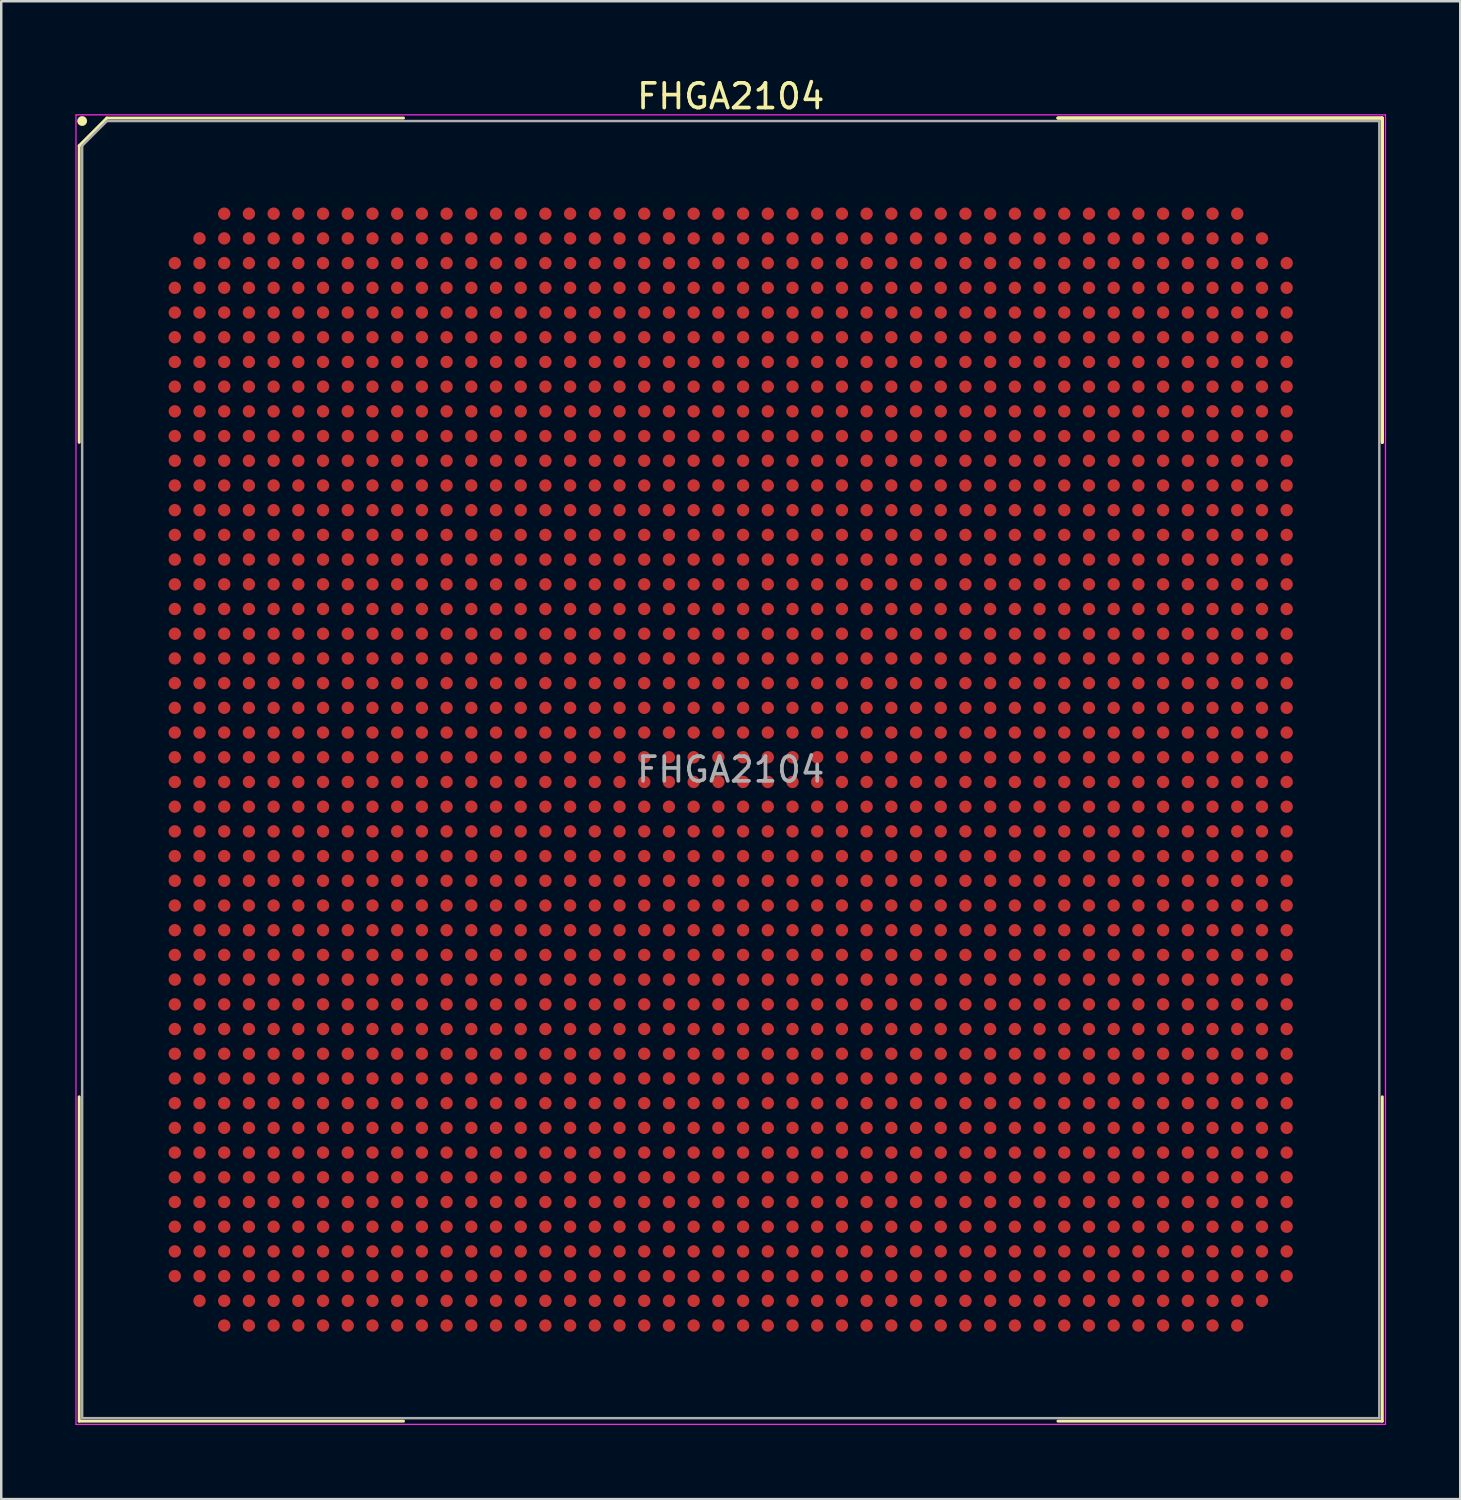
<source format=kicad_pcb>
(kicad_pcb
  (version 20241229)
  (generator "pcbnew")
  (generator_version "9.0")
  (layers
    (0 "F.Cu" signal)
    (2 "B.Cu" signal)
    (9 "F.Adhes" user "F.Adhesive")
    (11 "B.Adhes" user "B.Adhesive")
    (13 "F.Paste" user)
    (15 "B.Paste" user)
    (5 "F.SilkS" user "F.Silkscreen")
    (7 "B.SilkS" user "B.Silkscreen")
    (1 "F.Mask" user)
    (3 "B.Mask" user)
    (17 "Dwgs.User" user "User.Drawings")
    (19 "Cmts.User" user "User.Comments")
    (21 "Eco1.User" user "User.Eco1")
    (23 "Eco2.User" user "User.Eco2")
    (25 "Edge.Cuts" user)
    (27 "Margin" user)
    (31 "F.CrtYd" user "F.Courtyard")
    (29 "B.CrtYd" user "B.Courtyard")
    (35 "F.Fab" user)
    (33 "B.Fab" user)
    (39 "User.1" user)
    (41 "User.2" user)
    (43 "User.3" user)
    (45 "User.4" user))
  (footprint "FHGA2104"
    (layer "F.Cu")
    (at 26.525 28.098)
    (property "Reference" "FHGA2104" (at 0 -27.25 0) (layer "F.SilkS") (effects (font (size 1 1) (thickness 0.15))))
    (attr smd)
    (fp_line (start -26.37 -25.25) (end -26.37 -13.245) (stroke (width 0.12) (type solid)) (layer "F.SilkS"))
    (fp_line (start -26.37 26.37) (end -26.37 13.245) (stroke (width 0.12) (type solid)) (layer "F.SilkS"))
    (fp_line (start -25.25 -26.37) (end -26.37 -25.25) (stroke (width 0.12) (type solid)) (layer "F.SilkS"))
    (fp_line (start -13.245 -26.37) (end -25.25 -26.37) (stroke (width 0.12) (type solid)) (layer "F.SilkS"))
    (fp_line (start -13.245 26.37) (end -26.37 26.37) (stroke (width 0.12) (type solid)) (layer "F.SilkS"))
    (fp_line (start 13.245 -26.37) (end 26.37 -26.37) (stroke (width 0.12) (type solid)) (layer "F.SilkS"))
    (fp_line (start 13.245 -26.37) (end 26.37 -26.37) (stroke (width 0.12) (type solid)) (layer "F.SilkS"))
    (fp_line (start 13.245 -26.37) (end 26.37 -26.37) (stroke (width 0.12) (type solid)) (layer "F.SilkS"))
    (fp_line (start 13.245 26.37) (end 26.37 26.37) (stroke (width 0.12) (type solid)) (layer "F.SilkS"))
    (fp_line (start 26.37 -26.37) (end 26.37 -13.245) (stroke (width 0.12) (type solid)) (layer "F.SilkS"))
    (fp_line (start 26.37 -26.37) (end 26.37 -13.245) (stroke (width 0.12) (type solid)) (layer "F.SilkS"))
    (fp_line (start 26.37 -26.37) (end 26.37 -13.245) (stroke (width 0.12) (type solid)) (layer "F.SilkS"))
    (fp_line (start 26.37 26.37) (end 26.37 13.245) (stroke (width 0.12) (type solid)) (layer "F.SilkS"))
    (fp_circle (center -26.25 -26.25) (end -26.25 -26.15) (stroke (width 0.2) (type solid)) (fill no) (layer "F.SilkS"))
    (fp_line (start -26.5 -26.5) (end 26.5 -26.5) (stroke (width 0.05) (type solid)) (layer "F.CrtYd"))
    (fp_line (start -26.5 26.5) (end -26.5 -26.5) (stroke (width 0.05) (type solid)) (layer "F.CrtYd"))
    (fp_line (start 26.5 -26.5) (end 26.5 26.5) (stroke (width 0.05) (type solid)) (layer "F.CrtYd"))
    (fp_line (start 26.5 26.5) (end -26.5 26.5) (stroke (width 0.05) (type solid)) (layer "F.CrtYd"))
    (fp_line (start -26.25 -25.25) (end -26.25 26.25) (stroke (width 0.1) (type solid)) (layer "F.Fab"))
    (fp_line (start -26.25 26.25) (end 26.25 26.25) (stroke (width 0.1) (type solid)) (layer "F.Fab"))
    (fp_line (start -25.25 -26.25) (end -26.25 -25.25) (stroke (width 0.1) (type solid)) (layer "F.Fab"))
    (fp_line (start 26.25 -26.25) (end -25.25 -26.25) (stroke (width 0.1) (type solid)) (layer "F.Fab"))
    (fp_line (start 26.25 26.25) (end 26.25 -26.25) (stroke (width 0.1) (type solid)) (layer "F.Fab"))
    (fp_text user "${REFERENCE}" (at 0 0 0) (layer "F.Fab") (effects (font (size 1 1) (thickness 0.15))))
    (pad "A3" smd circle (at -20.5 -22.5) (size 0.5 0.5) (layers "F.Cu" "F.Mask" "F.Paste"))
    (pad "A4" smd circle (at -19.5 -22.5) (size 0.5 0.5) (layers "F.Cu" "F.Mask" "F.Paste"))
    (pad "A5" smd circle (at -18.5 -22.5) (size 0.5 0.5) (layers "F.Cu" "F.Mask" "F.Paste"))
    (pad "A6" smd circle (at -17.5 -22.5) (size 0.5 0.5) (layers "F.Cu" "F.Mask" "F.Paste"))
    (pad "A7" smd circle (at -16.5 -22.5) (size 0.5 0.5) (layers "F.Cu" "F.Mask" "F.Paste"))
    (pad "A8" smd circle (at -15.5 -22.5) (size 0.5 0.5) (layers "F.Cu" "F.Mask" "F.Paste"))
    (pad "A9" smd circle (at -14.5 -22.5) (size 0.5 0.5) (layers "F.Cu" "F.Mask" "F.Paste"))
    (pad "A10" smd circle (at -13.5 -22.5) (size 0.5 0.5) (layers "F.Cu" "F.Mask" "F.Paste"))
    (pad "A11" smd circle (at -12.5 -22.5) (size 0.5 0.5) (layers "F.Cu" "F.Mask" "F.Paste"))
    (pad "A12" smd circle (at -11.5 -22.5) (size 0.5 0.5) (layers "F.Cu" "F.Mask" "F.Paste"))
    (pad "A13" smd circle (at -10.5 -22.5) (size 0.5 0.5) (layers "F.Cu" "F.Mask" "F.Paste"))
    (pad "A14" smd circle (at -9.5 -22.5) (size 0.5 0.5) (layers "F.Cu" "F.Mask" "F.Paste"))
    (pad "A15" smd circle (at -8.5 -22.5) (size 0.5 0.5) (layers "F.Cu" "F.Mask" "F.Paste"))
    (pad "A16" smd circle (at -7.5 -22.5) (size 0.5 0.5) (layers "F.Cu" "F.Mask" "F.Paste"))
    (pad "A17" smd circle (at -6.5 -22.5) (size 0.5 0.5) (layers "F.Cu" "F.Mask" "F.Paste"))
    (pad "A18" smd circle (at -5.5 -22.5) (size 0.5 0.5) (layers "F.Cu" "F.Mask" "F.Paste"))
    (pad "A19" smd circle (at -4.5 -22.5) (size 0.5 0.5) (layers "F.Cu" "F.Mask" "F.Paste"))
    (pad "A20" smd circle (at -3.5 -22.5) (size 0.5 0.5) (layers "F.Cu" "F.Mask" "F.Paste"))
    (pad "A21" smd circle (at -2.5 -22.5) (size 0.5 0.5) (layers "F.Cu" "F.Mask" "F.Paste"))
    (pad "A22" smd circle (at -1.5 -22.5) (size 0.5 0.5) (layers "F.Cu" "F.Mask" "F.Paste"))
    (pad "A23" smd circle (at -0.5 -22.5) (size 0.5 0.5) (layers "F.Cu" "F.Mask" "F.Paste"))
    (pad "A24" smd circle (at 0.5 -22.5) (size 0.5 0.5) (layers "F.Cu" "F.Mask" "F.Paste"))
    (pad "A25" smd circle (at 1.5 -22.5) (size 0.5 0.5) (layers "F.Cu" "F.Mask" "F.Paste"))
    (pad "A26" smd circle (at 2.5 -22.5) (size 0.5 0.5) (layers "F.Cu" "F.Mask" "F.Paste"))
    (pad "A27" smd circle (at 3.5 -22.5) (size 0.5 0.5) (layers "F.Cu" "F.Mask" "F.Paste"))
    (pad "A28" smd circle (at 4.5 -22.5) (size 0.5 0.5) (layers "F.Cu" "F.Mask" "F.Paste"))
    (pad "A29" smd circle (at 5.5 -22.5) (size 0.5 0.5) (layers "F.Cu" "F.Mask" "F.Paste"))
    (pad "A30" smd circle (at 6.5 -22.5) (size 0.5 0.5) (layers "F.Cu" "F.Mask" "F.Paste"))
    (pad "A31" smd circle (at 7.5 -22.5) (size 0.5 0.5) (layers "F.Cu" "F.Mask" "F.Paste"))
    (pad "A32" smd circle (at 8.5 -22.5) (size 0.5 0.5) (layers "F.Cu" "F.Mask" "F.Paste"))
    (pad "A33" smd circle (at 9.5 -22.5) (size 0.5 0.5) (layers "F.Cu" "F.Mask" "F.Paste"))
    (pad "A34" smd circle (at 10.5 -22.5) (size 0.5 0.5) (layers "F.Cu" "F.Mask" "F.Paste"))
    (pad "A35" smd circle (at 11.5 -22.5) (size 0.5 0.5) (layers "F.Cu" "F.Mask" "F.Paste"))
    (pad "A36" smd circle (at 12.5 -22.5) (size 0.5 0.5) (layers "F.Cu" "F.Mask" "F.Paste"))
    (pad "A37" smd circle (at 13.5 -22.5) (size 0.5 0.5) (layers "F.Cu" "F.Mask" "F.Paste"))
    (pad "A38" smd circle (at 14.5 -22.5) (size 0.5 0.5) (layers "F.Cu" "F.Mask" "F.Paste"))
    (pad "A39" smd circle (at 15.5 -22.5) (size 0.5 0.5) (layers "F.Cu" "F.Mask" "F.Paste"))
    (pad "A40" smd circle (at 16.5 -22.5) (size 0.5 0.5) (layers "F.Cu" "F.Mask" "F.Paste"))
    (pad "A41" smd circle (at 17.5 -22.5) (size 0.5 0.5) (layers "F.Cu" "F.Mask" "F.Paste"))
    (pad "A42" smd circle (at 18.5 -22.5) (size 0.5 0.5) (layers "F.Cu" "F.Mask" "F.Paste"))
    (pad "A43" smd circle (at 19.5 -22.5) (size 0.5 0.5) (layers "F.Cu" "F.Mask" "F.Paste"))
    (pad "A44" smd circle (at 20.5 -22.5) (size 0.5 0.5) (layers "F.Cu" "F.Mask" "F.Paste"))
    (pad "AA1" smd circle (at -22.5 -2.5) (size 0.5 0.5) (layers "F.Cu" "F.Mask" "F.Paste"))
    (pad "AA2" smd circle (at -21.5 -2.5) (size 0.5 0.5) (layers "F.Cu" "F.Mask" "F.Paste"))
    (pad "AA3" smd circle (at -20.5 -2.5) (size 0.5 0.5) (layers "F.Cu" "F.Mask" "F.Paste"))
    (pad "AA4" smd circle (at -19.5 -2.5) (size 0.5 0.5) (layers "F.Cu" "F.Mask" "F.Paste"))
    (pad "AA5" smd circle (at -18.5 -2.5) (size 0.5 0.5) (layers "F.Cu" "F.Mask" "F.Paste"))
    (pad "AA6" smd circle (at -17.5 -2.5) (size 0.5 0.5) (layers "F.Cu" "F.Mask" "F.Paste"))
    (pad "AA7" smd circle (at -16.5 -2.5) (size 0.5 0.5) (layers "F.Cu" "F.Mask" "F.Paste"))
    (pad "AA8" smd circle (at -15.5 -2.5) (size 0.5 0.5) (layers "F.Cu" "F.Mask" "F.Paste"))
    (pad "AA9" smd circle (at -14.5 -2.5) (size 0.5 0.5) (layers "F.Cu" "F.Mask" "F.Paste"))
    (pad "AA10" smd circle (at -13.5 -2.5) (size 0.5 0.5) (layers "F.Cu" "F.Mask" "F.Paste"))
    (pad "AA11" smd circle (at -12.5 -2.5) (size 0.5 0.5) (layers "F.Cu" "F.Mask" "F.Paste"))
    (pad "AA12" smd circle (at -11.5 -2.5) (size 0.5 0.5) (layers "F.Cu" "F.Mask" "F.Paste"))
    (pad "AA13" smd circle (at -10.5 -2.5) (size 0.5 0.5) (layers "F.Cu" "F.Mask" "F.Paste"))
    (pad "AA14" smd circle (at -9.5 -2.5) (size 0.5 0.5) (layers "F.Cu" "F.Mask" "F.Paste"))
    (pad "AA15" smd circle (at -8.5 -2.5) (size 0.5 0.5) (layers "F.Cu" "F.Mask" "F.Paste"))
    (pad "AA16" smd circle (at -7.5 -2.5) (size 0.5 0.5) (layers "F.Cu" "F.Mask" "F.Paste"))
    (pad "AA17" smd circle (at -6.5 -2.5) (size 0.5 0.5) (layers "F.Cu" "F.Mask" "F.Paste"))
    (pad "AA18" smd circle (at -5.5 -2.5) (size 0.5 0.5) (layers "F.Cu" "F.Mask" "F.Paste"))
    (pad "AA19" smd circle (at -4.5 -2.5) (size 0.5 0.5) (layers "F.Cu" "F.Mask" "F.Paste"))
    (pad "AA20" smd circle (at -3.5 -2.5) (size 0.5 0.5) (layers "F.Cu" "F.Mask" "F.Paste"))
    (pad "AA21" smd circle (at -2.5 -2.5) (size 0.5 0.5) (layers "F.Cu" "F.Mask" "F.Paste"))
    (pad "AA22" smd circle (at -1.5 -2.5) (size 0.5 0.5) (layers "F.Cu" "F.Mask" "F.Paste"))
    (pad "AA23" smd circle (at -0.5 -2.5) (size 0.5 0.5) (layers "F.Cu" "F.Mask" "F.Paste"))
    (pad "AA24" smd circle (at 0.5 -2.5) (size 0.5 0.5) (layers "F.Cu" "F.Mask" "F.Paste"))
    (pad "AA25" smd circle (at 1.5 -2.5) (size 0.5 0.5) (layers "F.Cu" "F.Mask" "F.Paste"))
    (pad "AA26" smd circle (at 2.5 -2.5) (size 0.5 0.5) (layers "F.Cu" "F.Mask" "F.Paste"))
    (pad "AA27" smd circle (at 3.5 -2.5) (size 0.5 0.5) (layers "F.Cu" "F.Mask" "F.Paste"))
    (pad "AA28" smd circle (at 4.5 -2.5) (size 0.5 0.5) (layers "F.Cu" "F.Mask" "F.Paste"))
    (pad "AA29" smd circle (at 5.5 -2.5) (size 0.5 0.5) (layers "F.Cu" "F.Mask" "F.Paste"))
    (pad "AA30" smd circle (at 6.5 -2.5) (size 0.5 0.5) (layers "F.Cu" "F.Mask" "F.Paste"))
    (pad "AA31" smd circle (at 7.5 -2.5) (size 0.5 0.5) (layers "F.Cu" "F.Mask" "F.Paste"))
    (pad "AA32" smd circle (at 8.5 -2.5) (size 0.5 0.5) (layers "F.Cu" "F.Mask" "F.Paste"))
    (pad "AA33" smd circle (at 9.5 -2.5) (size 0.5 0.5) (layers "F.Cu" "F.Mask" "F.Paste"))
    (pad "AA34" smd circle (at 10.5 -2.5) (size 0.5 0.5) (layers "F.Cu" "F.Mask" "F.Paste"))
    (pad "AA35" smd circle (at 11.5 -2.5) (size 0.5 0.5) (layers "F.Cu" "F.Mask" "F.Paste"))
    (pad "AA36" smd circle (at 12.5 -2.5) (size 0.5 0.5) (layers "F.Cu" "F.Mask" "F.Paste"))
    (pad "AA37" smd circle (at 13.5 -2.5) (size 0.5 0.5) (layers "F.Cu" "F.Mask" "F.Paste"))
    (pad "AA38" smd circle (at 14.5 -2.5) (size 0.5 0.5) (layers "F.Cu" "F.Mask" "F.Paste"))
    (pad "AA39" smd circle (at 15.5 -2.5) (size 0.5 0.5) (layers "F.Cu" "F.Mask" "F.Paste"))
    (pad "AA40" smd circle (at 16.5 -2.5) (size 0.5 0.5) (layers "F.Cu" "F.Mask" "F.Paste"))
    (pad "AA41" smd circle (at 17.5 -2.5) (size 0.5 0.5) (layers "F.Cu" "F.Mask" "F.Paste"))
    (pad "AA42" smd circle (at 18.5 -2.5) (size 0.5 0.5) (layers "F.Cu" "F.Mask" "F.Paste"))
    (pad "AA43" smd circle (at 19.5 -2.5) (size 0.5 0.5) (layers "F.Cu" "F.Mask" "F.Paste"))
    (pad "AA44" smd circle (at 20.5 -2.5) (size 0.5 0.5) (layers "F.Cu" "F.Mask" "F.Paste"))
    (pad "AA45" smd circle (at 21.5 -2.5) (size 0.5 0.5) (layers "F.Cu" "F.Mask" "F.Paste"))
    (pad "AA46" smd circle (at 22.5 -2.5) (size 0.5 0.5) (layers "F.Cu" "F.Mask" "F.Paste"))
    (pad "AB1" smd circle (at -22.5 -1.5) (size 0.5 0.5) (layers "F.Cu" "F.Mask" "F.Paste"))
    (pad "AB2" smd circle (at -21.5 -1.5) (size 0.5 0.5) (layers "F.Cu" "F.Mask" "F.Paste"))
    (pad "AB3" smd circle (at -20.5 -1.5) (size 0.5 0.5) (layers "F.Cu" "F.Mask" "F.Paste"))
    (pad "AB4" smd circle (at -19.5 -1.5) (size 0.5 0.5) (layers "F.Cu" "F.Mask" "F.Paste"))
    (pad "AB5" smd circle (at -18.5 -1.5) (size 0.5 0.5) (layers "F.Cu" "F.Mask" "F.Paste"))
    (pad "AB6" smd circle (at -17.5 -1.5) (size 0.5 0.5) (layers "F.Cu" "F.Mask" "F.Paste"))
    (pad "AB7" smd circle (at -16.5 -1.5) (size 0.5 0.5) (layers "F.Cu" "F.Mask" "F.Paste"))
    (pad "AB8" smd circle (at -15.5 -1.5) (size 0.5 0.5) (layers "F.Cu" "F.Mask" "F.Paste"))
    (pad "AB9" smd circle (at -14.5 -1.5) (size 0.5 0.5) (layers "F.Cu" "F.Mask" "F.Paste"))
    (pad "AB10" smd circle (at -13.5 -1.5) (size 0.5 0.5) (layers "F.Cu" "F.Mask" "F.Paste"))
    (pad "AB11" smd circle (at -12.5 -1.5) (size 0.5 0.5) (layers "F.Cu" "F.Mask" "F.Paste"))
    (pad "AB12" smd circle (at -11.5 -1.5) (size 0.5 0.5) (layers "F.Cu" "F.Mask" "F.Paste"))
    (pad "AB13" smd circle (at -10.5 -1.5) (size 0.5 0.5) (layers "F.Cu" "F.Mask" "F.Paste"))
    (pad "AB14" smd circle (at -9.5 -1.5) (size 0.5 0.5) (layers "F.Cu" "F.Mask" "F.Paste"))
    (pad "AB15" smd circle (at -8.5 -1.5) (size 0.5 0.5) (layers "F.Cu" "F.Mask" "F.Paste"))
    (pad "AB16" smd circle (at -7.5 -1.5) (size 0.5 0.5) (layers "F.Cu" "F.Mask" "F.Paste"))
    (pad "AB17" smd circle (at -6.5 -1.5) (size 0.5 0.5) (layers "F.Cu" "F.Mask" "F.Paste"))
    (pad "AB18" smd circle (at -5.5 -1.5) (size 0.5 0.5) (layers "F.Cu" "F.Mask" "F.Paste"))
    (pad "AB19" smd circle (at -4.5 -1.5) (size 0.5 0.5) (layers "F.Cu" "F.Mask" "F.Paste"))
    (pad "AB20" smd circle (at -3.5 -1.5) (size 0.5 0.5) (layers "F.Cu" "F.Mask" "F.Paste"))
    (pad "AB21" smd circle (at -2.5 -1.5) (size 0.5 0.5) (layers "F.Cu" "F.Mask" "F.Paste"))
    (pad "AB22" smd circle (at -1.5 -1.5) (size 0.5 0.5) (layers "F.Cu" "F.Mask" "F.Paste"))
    (pad "AB23" smd circle (at -0.5 -1.5) (size 0.5 0.5) (layers "F.Cu" "F.Mask" "F.Paste"))
    (pad "AB24" smd circle (at 0.5 -1.5) (size 0.5 0.5) (layers "F.Cu" "F.Mask" "F.Paste"))
    (pad "AB25" smd circle (at 1.5 -1.5) (size 0.5 0.5) (layers "F.Cu" "F.Mask" "F.Paste"))
    (pad "AB26" smd circle (at 2.5 -1.5) (size 0.5 0.5) (layers "F.Cu" "F.Mask" "F.Paste"))
    (pad "AB27" smd circle (at 3.5 -1.5) (size 0.5 0.5) (layers "F.Cu" "F.Mask" "F.Paste"))
    (pad "AB28" smd circle (at 4.5 -1.5) (size 0.5 0.5) (layers "F.Cu" "F.Mask" "F.Paste"))
    (pad "AB29" smd circle (at 5.5 -1.5) (size 0.5 0.5) (layers "F.Cu" "F.Mask" "F.Paste"))
    (pad "AB30" smd circle (at 6.5 -1.5) (size 0.5 0.5) (layers "F.Cu" "F.Mask" "F.Paste"))
    (pad "AB31" smd circle (at 7.5 -1.5) (size 0.5 0.5) (layers "F.Cu" "F.Mask" "F.Paste"))
    (pad "AB32" smd circle (at 8.5 -1.5) (size 0.5 0.5) (layers "F.Cu" "F.Mask" "F.Paste"))
    (pad "AB33" smd circle (at 9.5 -1.5) (size 0.5 0.5) (layers "F.Cu" "F.Mask" "F.Paste"))
    (pad "AB34" smd circle (at 10.5 -1.5) (size 0.5 0.5) (layers "F.Cu" "F.Mask" "F.Paste"))
    (pad "AB35" smd circle (at 11.5 -1.5) (size 0.5 0.5) (layers "F.Cu" "F.Mask" "F.Paste"))
    (pad "AB36" smd circle (at 12.5 -1.5) (size 0.5 0.5) (layers "F.Cu" "F.Mask" "F.Paste"))
    (pad "AB37" smd circle (at 13.5 -1.5) (size 0.5 0.5) (layers "F.Cu" "F.Mask" "F.Paste"))
    (pad "AB38" smd circle (at 14.5 -1.5) (size 0.5 0.5) (layers "F.Cu" "F.Mask" "F.Paste"))
    (pad "AB39" smd circle (at 15.5 -1.5) (size 0.5 0.5) (layers "F.Cu" "F.Mask" "F.Paste"))
    (pad "AB40" smd circle (at 16.5 -1.5) (size 0.5 0.5) (layers "F.Cu" "F.Mask" "F.Paste"))
    (pad "AB41" smd circle (at 17.5 -1.5) (size 0.5 0.5) (layers "F.Cu" "F.Mask" "F.Paste"))
    (pad "AB42" smd circle (at 18.5 -1.5) (size 0.5 0.5) (layers "F.Cu" "F.Mask" "F.Paste"))
    (pad "AB43" smd circle (at 19.5 -1.5) (size 0.5 0.5) (layers "F.Cu" "F.Mask" "F.Paste"))
    (pad "AB44" smd circle (at 20.5 -1.5) (size 0.5 0.5) (layers "F.Cu" "F.Mask" "F.Paste"))
    (pad "AB45" smd circle (at 21.5 -1.5) (size 0.5 0.5) (layers "F.Cu" "F.Mask" "F.Paste"))
    (pad "AB46" smd circle (at 22.5 -1.5) (size 0.5 0.5) (layers "F.Cu" "F.Mask" "F.Paste"))
    (pad "AC1" smd circle (at -22.5 -0.5) (size 0.5 0.5) (layers "F.Cu" "F.Mask" "F.Paste"))
    (pad "AC2" smd circle (at -21.5 -0.5) (size 0.5 0.5) (layers "F.Cu" "F.Mask" "F.Paste"))
    (pad "AC3" smd circle (at -20.5 -0.5) (size 0.5 0.5) (layers "F.Cu" "F.Mask" "F.Paste"))
    (pad "AC4" smd circle (at -19.5 -0.5) (size 0.5 0.5) (layers "F.Cu" "F.Mask" "F.Paste"))
    (pad "AC5" smd circle (at -18.5 -0.5) (size 0.5 0.5) (layers "F.Cu" "F.Mask" "F.Paste"))
    (pad "AC6" smd circle (at -17.5 -0.5) (size 0.5 0.5) (layers "F.Cu" "F.Mask" "F.Paste"))
    (pad "AC7" smd circle (at -16.5 -0.5) (size 0.5 0.5) (layers "F.Cu" "F.Mask" "F.Paste"))
    (pad "AC8" smd circle (at -15.5 -0.5) (size 0.5 0.5) (layers "F.Cu" "F.Mask" "F.Paste"))
    (pad "AC9" smd circle (at -14.5 -0.5) (size 0.5 0.5) (layers "F.Cu" "F.Mask" "F.Paste"))
    (pad "AC10" smd circle (at -13.5 -0.5) (size 0.5 0.5) (layers "F.Cu" "F.Mask" "F.Paste"))
    (pad "AC11" smd circle (at -12.5 -0.5) (size 0.5 0.5) (layers "F.Cu" "F.Mask" "F.Paste"))
    (pad "AC12" smd circle (at -11.5 -0.5) (size 0.5 0.5) (layers "F.Cu" "F.Mask" "F.Paste"))
    (pad "AC13" smd circle (at -10.5 -0.5) (size 0.5 0.5) (layers "F.Cu" "F.Mask" "F.Paste"))
    (pad "AC14" smd circle (at -9.5 -0.5) (size 0.5 0.5) (layers "F.Cu" "F.Mask" "F.Paste"))
    (pad "AC15" smd circle (at -8.5 -0.5) (size 0.5 0.5) (layers "F.Cu" "F.Mask" "F.Paste"))
    (pad "AC16" smd circle (at -7.5 -0.5) (size 0.5 0.5) (layers "F.Cu" "F.Mask" "F.Paste"))
    (pad "AC17" smd circle (at -6.5 -0.5) (size 0.5 0.5) (layers "F.Cu" "F.Mask" "F.Paste"))
    (pad "AC18" smd circle (at -5.5 -0.5) (size 0.5 0.5) (layers "F.Cu" "F.Mask" "F.Paste"))
    (pad "AC19" smd circle (at -4.5 -0.5) (size 0.5 0.5) (layers "F.Cu" "F.Mask" "F.Paste"))
    (pad "AC20" smd circle (at -3.5 -0.5) (size 0.5 0.5) (layers "F.Cu" "F.Mask" "F.Paste"))
    (pad "AC21" smd circle (at -2.5 -0.5) (size 0.5 0.5) (layers "F.Cu" "F.Mask" "F.Paste"))
    (pad "AC22" smd circle (at -1.5 -0.5) (size 0.5 0.5) (layers "F.Cu" "F.Mask" "F.Paste"))
    (pad "AC23" smd circle (at -0.5 -0.5) (size 0.5 0.5) (layers "F.Cu" "F.Mask" "F.Paste"))
    (pad "AC24" smd circle (at 0.5 -0.5) (size 0.5 0.5) (layers "F.Cu" "F.Mask" "F.Paste"))
    (pad "AC25" smd circle (at 1.5 -0.5) (size 0.5 0.5) (layers "F.Cu" "F.Mask" "F.Paste"))
    (pad "AC26" smd circle (at 2.5 -0.5) (size 0.5 0.5) (layers "F.Cu" "F.Mask" "F.Paste"))
    (pad "AC27" smd circle (at 3.5 -0.5) (size 0.5 0.5) (layers "F.Cu" "F.Mask" "F.Paste"))
    (pad "AC28" smd circle (at 4.5 -0.5) (size 0.5 0.5) (layers "F.Cu" "F.Mask" "F.Paste"))
    (pad "AC29" smd circle (at 5.5 -0.5) (size 0.5 0.5) (layers "F.Cu" "F.Mask" "F.Paste"))
    (pad "AC30" smd circle (at 6.5 -0.5) (size 0.5 0.5) (layers "F.Cu" "F.Mask" "F.Paste"))
    (pad "AC31" smd circle (at 7.5 -0.5) (size 0.5 0.5) (layers "F.Cu" "F.Mask" "F.Paste"))
    (pad "AC32" smd circle (at 8.5 -0.5) (size 0.5 0.5) (layers "F.Cu" "F.Mask" "F.Paste"))
    (pad "AC33" smd circle (at 9.5 -0.5) (size 0.5 0.5) (layers "F.Cu" "F.Mask" "F.Paste"))
    (pad "AC34" smd circle (at 10.5 -0.5) (size 0.5 0.5) (layers "F.Cu" "F.Mask" "F.Paste"))
    (pad "AC35" smd circle (at 11.5 -0.5) (size 0.5 0.5) (layers "F.Cu" "F.Mask" "F.Paste"))
    (pad "AC36" smd circle (at 12.5 -0.5) (size 0.5 0.5) (layers "F.Cu" "F.Mask" "F.Paste"))
    (pad "AC37" smd circle (at 13.5 -0.5) (size 0.5 0.5) (layers "F.Cu" "F.Mask" "F.Paste"))
    (pad "AC38" smd circle (at 14.5 -0.5) (size 0.5 0.5) (layers "F.Cu" "F.Mask" "F.Paste"))
    (pad "AC39" smd circle (at 15.5 -0.5) (size 0.5 0.5) (layers "F.Cu" "F.Mask" "F.Paste"))
    (pad "AC40" smd circle (at 16.5 -0.5) (size 0.5 0.5) (layers "F.Cu" "F.Mask" "F.Paste"))
    (pad "AC41" smd circle (at 17.5 -0.5) (size 0.5 0.5) (layers "F.Cu" "F.Mask" "F.Paste"))
    (pad "AC42" smd circle (at 18.5 -0.5) (size 0.5 0.5) (layers "F.Cu" "F.Mask" "F.Paste"))
    (pad "AC43" smd circle (at 19.5 -0.5) (size 0.5 0.5) (layers "F.Cu" "F.Mask" "F.Paste"))
    (pad "AC44" smd circle (at 20.5 -0.5) (size 0.5 0.5) (layers "F.Cu" "F.Mask" "F.Paste"))
    (pad "AC45" smd circle (at 21.5 -0.5) (size 0.5 0.5) (layers "F.Cu" "F.Mask" "F.Paste"))
    (pad "AC46" smd circle (at 22.5 -0.5) (size 0.5 0.5) (layers "F.Cu" "F.Mask" "F.Paste"))
    (pad "AD1" smd circle (at -22.5 0.5) (size 0.5 0.5) (layers "F.Cu" "F.Mask" "F.Paste"))
    (pad "AD2" smd circle (at -21.5 0.5) (size 0.5 0.5) (layers "F.Cu" "F.Mask" "F.Paste"))
    (pad "AD3" smd circle (at -20.5 0.5) (size 0.5 0.5) (layers "F.Cu" "F.Mask" "F.Paste"))
    (pad "AD4" smd circle (at -19.5 0.5) (size 0.5 0.5) (layers "F.Cu" "F.Mask" "F.Paste"))
    (pad "AD5" smd circle (at -18.5 0.5) (size 0.5 0.5) (layers "F.Cu" "F.Mask" "F.Paste"))
    (pad "AD6" smd circle (at -17.5 0.5) (size 0.5 0.5) (layers "F.Cu" "F.Mask" "F.Paste"))
    (pad "AD7" smd circle (at -16.5 0.5) (size 0.5 0.5) (layers "F.Cu" "F.Mask" "F.Paste"))
    (pad "AD8" smd circle (at -15.5 0.5) (size 0.5 0.5) (layers "F.Cu" "F.Mask" "F.Paste"))
    (pad "AD9" smd circle (at -14.5 0.5) (size 0.5 0.5) (layers "F.Cu" "F.Mask" "F.Paste"))
    (pad "AD10" smd circle (at -13.5 0.5) (size 0.5 0.5) (layers "F.Cu" "F.Mask" "F.Paste"))
    (pad "AD11" smd circle (at -12.5 0.5) (size 0.5 0.5) (layers "F.Cu" "F.Mask" "F.Paste"))
    (pad "AD12" smd circle (at -11.5 0.5) (size 0.5 0.5) (layers "F.Cu" "F.Mask" "F.Paste"))
    (pad "AD13" smd circle (at -10.5 0.5) (size 0.5 0.5) (layers "F.Cu" "F.Mask" "F.Paste"))
    (pad "AD14" smd circle (at -9.5 0.5) (size 0.5 0.5) (layers "F.Cu" "F.Mask" "F.Paste"))
    (pad "AD15" smd circle (at -8.5 0.5) (size 0.5 0.5) (layers "F.Cu" "F.Mask" "F.Paste"))
    (pad "AD16" smd circle (at -7.5 0.5) (size 0.5 0.5) (layers "F.Cu" "F.Mask" "F.Paste"))
    (pad "AD17" smd circle (at -6.5 0.5) (size 0.5 0.5) (layers "F.Cu" "F.Mask" "F.Paste"))
    (pad "AD18" smd circle (at -5.5 0.5) (size 0.5 0.5) (layers "F.Cu" "F.Mask" "F.Paste"))
    (pad "AD19" smd circle (at -4.5 0.5) (size 0.5 0.5) (layers "F.Cu" "F.Mask" "F.Paste"))
    (pad "AD20" smd circle (at -3.5 0.5) (size 0.5 0.5) (layers "F.Cu" "F.Mask" "F.Paste"))
    (pad "AD21" smd circle (at -2.5 0.5) (size 0.5 0.5) (layers "F.Cu" "F.Mask" "F.Paste"))
    (pad "AD22" smd circle (at -1.5 0.5) (size 0.5 0.5) (layers "F.Cu" "F.Mask" "F.Paste"))
    (pad "AD23" smd circle (at -0.5 0.5) (size 0.5 0.5) (layers "F.Cu" "F.Mask" "F.Paste"))
    (pad "AD24" smd circle (at 0.5 0.5) (size 0.5 0.5) (layers "F.Cu" "F.Mask" "F.Paste"))
    (pad "AD25" smd circle (at 1.5 0.5) (size 0.5 0.5) (layers "F.Cu" "F.Mask" "F.Paste"))
    (pad "AD26" smd circle (at 2.5 0.5) (size 0.5 0.5) (layers "F.Cu" "F.Mask" "F.Paste"))
    (pad "AD27" smd circle (at 3.5 0.5) (size 0.5 0.5) (layers "F.Cu" "F.Mask" "F.Paste"))
    (pad "AD28" smd circle (at 4.5 0.5) (size 0.5 0.5) (layers "F.Cu" "F.Mask" "F.Paste"))
    (pad "AD29" smd circle (at 5.5 0.5) (size 0.5 0.5) (layers "F.Cu" "F.Mask" "F.Paste"))
    (pad "AD30" smd circle (at 6.5 0.5) (size 0.5 0.5) (layers "F.Cu" "F.Mask" "F.Paste"))
    (pad "AD31" smd circle (at 7.5 0.5) (size 0.5 0.5) (layers "F.Cu" "F.Mask" "F.Paste"))
    (pad "AD32" smd circle (at 8.5 0.5) (size 0.5 0.5) (layers "F.Cu" "F.Mask" "F.Paste"))
    (pad "AD33" smd circle (at 9.5 0.5) (size 0.5 0.5) (layers "F.Cu" "F.Mask" "F.Paste"))
    (pad "AD34" smd circle (at 10.5 0.5) (size 0.5 0.5) (layers "F.Cu" "F.Mask" "F.Paste"))
    (pad "AD35" smd circle (at 11.5 0.5) (size 0.5 0.5) (layers "F.Cu" "F.Mask" "F.Paste"))
    (pad "AD36" smd circle (at 12.5 0.5) (size 0.5 0.5) (layers "F.Cu" "F.Mask" "F.Paste"))
    (pad "AD37" smd circle (at 13.5 0.5) (size 0.5 0.5) (layers "F.Cu" "F.Mask" "F.Paste"))
    (pad "AD38" smd circle (at 14.5 0.5) (size 0.5 0.5) (layers "F.Cu" "F.Mask" "F.Paste"))
    (pad "AD39" smd circle (at 15.5 0.5) (size 0.5 0.5) (layers "F.Cu" "F.Mask" "F.Paste"))
    (pad "AD40" smd circle (at 16.5 0.5) (size 0.5 0.5) (layers "F.Cu" "F.Mask" "F.Paste"))
    (pad "AD41" smd circle (at 17.5 0.5) (size 0.5 0.5) (layers "F.Cu" "F.Mask" "F.Paste"))
    (pad "AD42" smd circle (at 18.5 0.5) (size 0.5 0.5) (layers "F.Cu" "F.Mask" "F.Paste"))
    (pad "AD43" smd circle (at 19.5 0.5) (size 0.5 0.5) (layers "F.Cu" "F.Mask" "F.Paste"))
    (pad "AD44" smd circle (at 20.5 0.5) (size 0.5 0.5) (layers "F.Cu" "F.Mask" "F.Paste"))
    (pad "AD45" smd circle (at 21.5 0.5) (size 0.5 0.5) (layers "F.Cu" "F.Mask" "F.Paste"))
    (pad "AD46" smd circle (at 22.5 0.5) (size 0.5 0.5) (layers "F.Cu" "F.Mask" "F.Paste"))
    (pad "AE1" smd circle (at -22.5 1.5) (size 0.5 0.5) (layers "F.Cu" "F.Mask" "F.Paste"))
    (pad "AE2" smd circle (at -21.5 1.5) (size 0.5 0.5) (layers "F.Cu" "F.Mask" "F.Paste"))
    (pad "AE3" smd circle (at -20.5 1.5) (size 0.5 0.5) (layers "F.Cu" "F.Mask" "F.Paste"))
    (pad "AE4" smd circle (at -19.5 1.5) (size 0.5 0.5) (layers "F.Cu" "F.Mask" "F.Paste"))
    (pad "AE5" smd circle (at -18.5 1.5) (size 0.5 0.5) (layers "F.Cu" "F.Mask" "F.Paste"))
    (pad "AE6" smd circle (at -17.5 1.5) (size 0.5 0.5) (layers "F.Cu" "F.Mask" "F.Paste"))
    (pad "AE7" smd circle (at -16.5 1.5) (size 0.5 0.5) (layers "F.Cu" "F.Mask" "F.Paste"))
    (pad "AE8" smd circle (at -15.5 1.5) (size 0.5 0.5) (layers "F.Cu" "F.Mask" "F.Paste"))
    (pad "AE9" smd circle (at -14.5 1.5) (size 0.5 0.5) (layers "F.Cu" "F.Mask" "F.Paste"))
    (pad "AE10" smd circle (at -13.5 1.5) (size 0.5 0.5) (layers "F.Cu" "F.Mask" "F.Paste"))
    (pad "AE11" smd circle (at -12.5 1.5) (size 0.5 0.5) (layers "F.Cu" "F.Mask" "F.Paste"))
    (pad "AE12" smd circle (at -11.5 1.5) (size 0.5 0.5) (layers "F.Cu" "F.Mask" "F.Paste"))
    (pad "AE13" smd circle (at -10.5 1.5) (size 0.5 0.5) (layers "F.Cu" "F.Mask" "F.Paste"))
    (pad "AE14" smd circle (at -9.5 1.5) (size 0.5 0.5) (layers "F.Cu" "F.Mask" "F.Paste"))
    (pad "AE15" smd circle (at -8.5 1.5) (size 0.5 0.5) (layers "F.Cu" "F.Mask" "F.Paste"))
    (pad "AE16" smd circle (at -7.5 1.5) (size 0.5 0.5) (layers "F.Cu" "F.Mask" "F.Paste"))
    (pad "AE17" smd circle (at -6.5 1.5) (size 0.5 0.5) (layers "F.Cu" "F.Mask" "F.Paste"))
    (pad "AE18" smd circle (at -5.5 1.5) (size 0.5 0.5) (layers "F.Cu" "F.Mask" "F.Paste"))
    (pad "AE19" smd circle (at -4.5 1.5) (size 0.5 0.5) (layers "F.Cu" "F.Mask" "F.Paste"))
    (pad "AE20" smd circle (at -3.5 1.5) (size 0.5 0.5) (layers "F.Cu" "F.Mask" "F.Paste"))
    (pad "AE21" smd circle (at -2.5 1.5) (size 0.5 0.5) (layers "F.Cu" "F.Mask" "F.Paste"))
    (pad "AE22" smd circle (at -1.5 1.5) (size 0.5 0.5) (layers "F.Cu" "F.Mask" "F.Paste"))
    (pad "AE23" smd circle (at -0.5 1.5) (size 0.5 0.5) (layers "F.Cu" "F.Mask" "F.Paste"))
    (pad "AE24" smd circle (at 0.5 1.5) (size 0.5 0.5) (layers "F.Cu" "F.Mask" "F.Paste"))
    (pad "AE25" smd circle (at 1.5 1.5) (size 0.5 0.5) (layers "F.Cu" "F.Mask" "F.Paste"))
    (pad "AE26" smd circle (at 2.5 1.5) (size 0.5 0.5) (layers "F.Cu" "F.Mask" "F.Paste"))
    (pad "AE27" smd circle (at 3.5 1.5) (size 0.5 0.5) (layers "F.Cu" "F.Mask" "F.Paste"))
    (pad "AE28" smd circle (at 4.5 1.5) (size 0.5 0.5) (layers "F.Cu" "F.Mask" "F.Paste"))
    (pad "AE29" smd circle (at 5.5 1.5) (size 0.5 0.5) (layers "F.Cu" "F.Mask" "F.Paste"))
    (pad "AE30" smd circle (at 6.5 1.5) (size 0.5 0.5) (layers "F.Cu" "F.Mask" "F.Paste"))
    (pad "AE31" smd circle (at 7.5 1.5) (size 0.5 0.5) (layers "F.Cu" "F.Mask" "F.Paste"))
    (pad "AE32" smd circle (at 8.5 1.5) (size 0.5 0.5) (layers "F.Cu" "F.Mask" "F.Paste"))
    (pad "AE33" smd circle (at 9.5 1.5) (size 0.5 0.5) (layers "F.Cu" "F.Mask" "F.Paste"))
    (pad "AE34" smd circle (at 10.5 1.5) (size 0.5 0.5) (layers "F.Cu" "F.Mask" "F.Paste"))
    (pad "AE35" smd circle (at 11.5 1.5) (size 0.5 0.5) (layers "F.Cu" "F.Mask" "F.Paste"))
    (pad "AE36" smd circle (at 12.5 1.5) (size 0.5 0.5) (layers "F.Cu" "F.Mask" "F.Paste"))
    (pad "AE37" smd circle (at 13.5 1.5) (size 0.5 0.5) (layers "F.Cu" "F.Mask" "F.Paste"))
    (pad "AE38" smd circle (at 14.5 1.5) (size 0.5 0.5) (layers "F.Cu" "F.Mask" "F.Paste"))
    (pad "AE39" smd circle (at 15.5 1.5) (size 0.5 0.5) (layers "F.Cu" "F.Mask" "F.Paste"))
    (pad "AE40" smd circle (at 16.5 1.5) (size 0.5 0.5) (layers "F.Cu" "F.Mask" "F.Paste"))
    (pad "AE41" smd circle (at 17.5 1.5) (size 0.5 0.5) (layers "F.Cu" "F.Mask" "F.Paste"))
    (pad "AE42" smd circle (at 18.5 1.5) (size 0.5 0.5) (layers "F.Cu" "F.Mask" "F.Paste"))
    (pad "AE43" smd circle (at 19.5 1.5) (size 0.5 0.5) (layers "F.Cu" "F.Mask" "F.Paste"))
    (pad "AE44" smd circle (at 20.5 1.5) (size 0.5 0.5) (layers "F.Cu" "F.Mask" "F.Paste"))
    (pad "AE45" smd circle (at 21.5 1.5) (size 0.5 0.5) (layers "F.Cu" "F.Mask" "F.Paste"))
    (pad "AE46" smd circle (at 22.5 1.5) (size 0.5 0.5) (layers "F.Cu" "F.Mask" "F.Paste"))
    (pad "AF1" smd circle (at -22.5 2.5) (size 0.5 0.5) (layers "F.Cu" "F.Mask" "F.Paste"))
    (pad "AF2" smd circle (at -21.5 2.5) (size 0.5 0.5) (layers "F.Cu" "F.Mask" "F.Paste"))
    (pad "AF3" smd circle (at -20.5 2.5) (size 0.5 0.5) (layers "F.Cu" "F.Mask" "F.Paste"))
    (pad "AF4" smd circle (at -19.5 2.5) (size 0.5 0.5) (layers "F.Cu" "F.Mask" "F.Paste"))
    (pad "AF5" smd circle (at -18.5 2.5) (size 0.5 0.5) (layers "F.Cu" "F.Mask" "F.Paste"))
    (pad "AF6" smd circle (at -17.5 2.5) (size 0.5 0.5) (layers "F.Cu" "F.Mask" "F.Paste"))
    (pad "AF7" smd circle (at -16.5 2.5) (size 0.5 0.5) (layers "F.Cu" "F.Mask" "F.Paste"))
    (pad "AF8" smd circle (at -15.5 2.5) (size 0.5 0.5) (layers "F.Cu" "F.Mask" "F.Paste"))
    (pad "AF9" smd circle (at -14.5 2.5) (size 0.5 0.5) (layers "F.Cu" "F.Mask" "F.Paste"))
    (pad "AF10" smd circle (at -13.5 2.5) (size 0.5 0.5) (layers "F.Cu" "F.Mask" "F.Paste"))
    (pad "AF11" smd circle (at -12.5 2.5) (size 0.5 0.5) (layers "F.Cu" "F.Mask" "F.Paste"))
    (pad "AF12" smd circle (at -11.5 2.5) (size 0.5 0.5) (layers "F.Cu" "F.Mask" "F.Paste"))
    (pad "AF13" smd circle (at -10.5 2.5) (size 0.5 0.5) (layers "F.Cu" "F.Mask" "F.Paste"))
    (pad "AF14" smd circle (at -9.5 2.5) (size 0.5 0.5) (layers "F.Cu" "F.Mask" "F.Paste"))
    (pad "AF15" smd circle (at -8.5 2.5) (size 0.5 0.5) (layers "F.Cu" "F.Mask" "F.Paste"))
    (pad "AF16" smd circle (at -7.5 2.5) (size 0.5 0.5) (layers "F.Cu" "F.Mask" "F.Paste"))
    (pad "AF17" smd circle (at -6.5 2.5) (size 0.5 0.5) (layers "F.Cu" "F.Mask" "F.Paste"))
    (pad "AF18" smd circle (at -5.5 2.5) (size 0.5 0.5) (layers "F.Cu" "F.Mask" "F.Paste"))
    (pad "AF19" smd circle (at -4.5 2.5) (size 0.5 0.5) (layers "F.Cu" "F.Mask" "F.Paste"))
    (pad "AF20" smd circle (at -3.5 2.5) (size 0.5 0.5) (layers "F.Cu" "F.Mask" "F.Paste"))
    (pad "AF21" smd circle (at -2.5 2.5) (size 0.5 0.5) (layers "F.Cu" "F.Mask" "F.Paste"))
    (pad "AF22" smd circle (at -1.5 2.5) (size 0.5 0.5) (layers "F.Cu" "F.Mask" "F.Paste"))
    (pad "AF23" smd circle (at -0.5 2.5) (size 0.5 0.5) (layers "F.Cu" "F.Mask" "F.Paste"))
    (pad "AF24" smd circle (at 0.5 2.5) (size 0.5 0.5) (layers "F.Cu" "F.Mask" "F.Paste"))
    (pad "AF25" smd circle (at 1.5 2.5) (size 0.5 0.5) (layers "F.Cu" "F.Mask" "F.Paste"))
    (pad "AF26" smd circle (at 2.5 2.5) (size 0.5 0.5) (layers "F.Cu" "F.Mask" "F.Paste"))
    (pad "AF27" smd circle (at 3.5 2.5) (size 0.5 0.5) (layers "F.Cu" "F.Mask" "F.Paste"))
    (pad "AF28" smd circle (at 4.5 2.5) (size 0.5 0.5) (layers "F.Cu" "F.Mask" "F.Paste"))
    (pad "AF29" smd circle (at 5.5 2.5) (size 0.5 0.5) (layers "F.Cu" "F.Mask" "F.Paste"))
    (pad "AF30" smd circle (at 6.5 2.5) (size 0.5 0.5) (layers "F.Cu" "F.Mask" "F.Paste"))
    (pad "AF31" smd circle (at 7.5 2.5) (size 0.5 0.5) (layers "F.Cu" "F.Mask" "F.Paste"))
    (pad "AF32" smd circle (at 8.5 2.5) (size 0.5 0.5) (layers "F.Cu" "F.Mask" "F.Paste"))
    (pad "AF33" smd circle (at 9.5 2.5) (size 0.5 0.5) (layers "F.Cu" "F.Mask" "F.Paste"))
    (pad "AF34" smd circle (at 10.5 2.5) (size 0.5 0.5) (layers "F.Cu" "F.Mask" "F.Paste"))
    (pad "AF35" smd circle (at 11.5 2.5) (size 0.5 0.5) (layers "F.Cu" "F.Mask" "F.Paste"))
    (pad "AF36" smd circle (at 12.5 2.5) (size 0.5 0.5) (layers "F.Cu" "F.Mask" "F.Paste"))
    (pad "AF37" smd circle (at 13.5 2.5) (size 0.5 0.5) (layers "F.Cu" "F.Mask" "F.Paste"))
    (pad "AF38" smd circle (at 14.5 2.5) (size 0.5 0.5) (layers "F.Cu" "F.Mask" "F.Paste"))
    (pad "AF39" smd circle (at 15.5 2.5) (size 0.5 0.5) (layers "F.Cu" "F.Mask" "F.Paste"))
    (pad "AF40" smd circle (at 16.5 2.5) (size 0.5 0.5) (layers "F.Cu" "F.Mask" "F.Paste"))
    (pad "AF41" smd circle (at 17.5 2.5) (size 0.5 0.5) (layers "F.Cu" "F.Mask" "F.Paste"))
    (pad "AF42" smd circle (at 18.5 2.5) (size 0.5 0.5) (layers "F.Cu" "F.Mask" "F.Paste"))
    (pad "AF43" smd circle (at 19.5 2.5) (size 0.5 0.5) (layers "F.Cu" "F.Mask" "F.Paste"))
    (pad "AF44" smd circle (at 20.5 2.5) (size 0.5 0.5) (layers "F.Cu" "F.Mask" "F.Paste"))
    (pad "AF45" smd circle (at 21.5 2.5) (size 0.5 0.5) (layers "F.Cu" "F.Mask" "F.Paste"))
    (pad "AF46" smd circle (at 22.5 2.5) (size 0.5 0.5) (layers "F.Cu" "F.Mask" "F.Paste"))
    (pad "AG1" smd circle (at -22.5 3.5) (size 0.5 0.5) (layers "F.Cu" "F.Mask" "F.Paste"))
    (pad "AG2" smd circle (at -21.5 3.5) (size 0.5 0.5) (layers "F.Cu" "F.Mask" "F.Paste"))
    (pad "AG3" smd circle (at -20.5 3.5) (size 0.5 0.5) (layers "F.Cu" "F.Mask" "F.Paste"))
    (pad "AG4" smd circle (at -19.5 3.5) (size 0.5 0.5) (layers "F.Cu" "F.Mask" "F.Paste"))
    (pad "AG5" smd circle (at -18.5 3.5) (size 0.5 0.5) (layers "F.Cu" "F.Mask" "F.Paste"))
    (pad "AG6" smd circle (at -17.5 3.5) (size 0.5 0.5) (layers "F.Cu" "F.Mask" "F.Paste"))
    (pad "AG7" smd circle (at -16.5 3.5) (size 0.5 0.5) (layers "F.Cu" "F.Mask" "F.Paste"))
    (pad "AG8" smd circle (at -15.5 3.5) (size 0.5 0.5) (layers "F.Cu" "F.Mask" "F.Paste"))
    (pad "AG9" smd circle (at -14.5 3.5) (size 0.5 0.5) (layers "F.Cu" "F.Mask" "F.Paste"))
    (pad "AG10" smd circle (at -13.5 3.5) (size 0.5 0.5) (layers "F.Cu" "F.Mask" "F.Paste"))
    (pad "AG11" smd circle (at -12.5 3.5) (size 0.5 0.5) (layers "F.Cu" "F.Mask" "F.Paste"))
    (pad "AG12" smd circle (at -11.5 3.5) (size 0.5 0.5) (layers "F.Cu" "F.Mask" "F.Paste"))
    (pad "AG13" smd circle (at -10.5 3.5) (size 0.5 0.5) (layers "F.Cu" "F.Mask" "F.Paste"))
    (pad "AG14" smd circle (at -9.5 3.5) (size 0.5 0.5) (layers "F.Cu" "F.Mask" "F.Paste"))
    (pad "AG15" smd circle (at -8.5 3.5) (size 0.5 0.5) (layers "F.Cu" "F.Mask" "F.Paste"))
    (pad "AG16" smd circle (at -7.5 3.5) (size 0.5 0.5) (layers "F.Cu" "F.Mask" "F.Paste"))
    (pad "AG17" smd circle (at -6.5 3.5) (size 0.5 0.5) (layers "F.Cu" "F.Mask" "F.Paste"))
    (pad "AG18" smd circle (at -5.5 3.5) (size 0.5 0.5) (layers "F.Cu" "F.Mask" "F.Paste"))
    (pad "AG19" smd circle (at -4.5 3.5) (size 0.5 0.5) (layers "F.Cu" "F.Mask" "F.Paste"))
    (pad "AG20" smd circle (at -3.5 3.5) (size 0.5 0.5) (layers "F.Cu" "F.Mask" "F.Paste"))
    (pad "AG21" smd circle (at -2.5 3.5) (size 0.5 0.5) (layers "F.Cu" "F.Mask" "F.Paste"))
    (pad "AG22" smd circle (at -1.5 3.5) (size 0.5 0.5) (layers "F.Cu" "F.Mask" "F.Paste"))
    (pad "AG23" smd circle (at -0.5 3.5) (size 0.5 0.5) (layers "F.Cu" "F.Mask" "F.Paste"))
    (pad "AG24" smd circle (at 0.5 3.5) (size 0.5 0.5) (layers "F.Cu" "F.Mask" "F.Paste"))
    (pad "AG25" smd circle (at 1.5 3.5) (size 0.5 0.5) (layers "F.Cu" "F.Mask" "F.Paste"))
    (pad "AG26" smd circle (at 2.5 3.5) (size 0.5 0.5) (layers "F.Cu" "F.Mask" "F.Paste"))
    (pad "AG27" smd circle (at 3.5 3.5) (size 0.5 0.5) (layers "F.Cu" "F.Mask" "F.Paste"))
    (pad "AG28" smd circle (at 4.5 3.5) (size 0.5 0.5) (layers "F.Cu" "F.Mask" "F.Paste"))
    (pad "AG29" smd circle (at 5.5 3.5) (size 0.5 0.5) (layers "F.Cu" "F.Mask" "F.Paste"))
    (pad "AG30" smd circle (at 6.5 3.5) (size 0.5 0.5) (layers "F.Cu" "F.Mask" "F.Paste"))
    (pad "AG31" smd circle (at 7.5 3.5) (size 0.5 0.5) (layers "F.Cu" "F.Mask" "F.Paste"))
    (pad "AG32" smd circle (at 8.5 3.5) (size 0.5 0.5) (layers "F.Cu" "F.Mask" "F.Paste"))
    (pad "AG33" smd circle (at 9.5 3.5) (size 0.5 0.5) (layers "F.Cu" "F.Mask" "F.Paste"))
    (pad "AG34" smd circle (at 10.5 3.5) (size 0.5 0.5) (layers "F.Cu" "F.Mask" "F.Paste"))
    (pad "AG35" smd circle (at 11.5 3.5) (size 0.5 0.5) (layers "F.Cu" "F.Mask" "F.Paste"))
    (pad "AG36" smd circle (at 12.5 3.5) (size 0.5 0.5) (layers "F.Cu" "F.Mask" "F.Paste"))
    (pad "AG37" smd circle (at 13.5 3.5) (size 0.5 0.5) (layers "F.Cu" "F.Mask" "F.Paste"))
    (pad "AG38" smd circle (at 14.5 3.5) (size 0.5 0.5) (layers "F.Cu" "F.Mask" "F.Paste"))
    (pad "AG39" smd circle (at 15.5 3.5) (size 0.5 0.5) (layers "F.Cu" "F.Mask" "F.Paste"))
    (pad "AG40" smd circle (at 16.5 3.5) (size 0.5 0.5) (layers "F.Cu" "F.Mask" "F.Paste"))
    (pad "AG41" smd circle (at 17.5 3.5) (size 0.5 0.5) (layers "F.Cu" "F.Mask" "F.Paste"))
    (pad "AG42" smd circle (at 18.5 3.5) (size 0.5 0.5) (layers "F.Cu" "F.Mask" "F.Paste"))
    (pad "AG43" smd circle (at 19.5 3.5) (size 0.5 0.5) (layers "F.Cu" "F.Mask" "F.Paste"))
    (pad "AG44" smd circle (at 20.5 3.5) (size 0.5 0.5) (layers "F.Cu" "F.Mask" "F.Paste"))
    (pad "AG45" smd circle (at 21.5 3.5) (size 0.5 0.5) (layers "F.Cu" "F.Mask" "F.Paste"))
    (pad "AG46" smd circle (at 22.5 3.5) (size 0.5 0.5) (layers "F.Cu" "F.Mask" "F.Paste"))
    (pad "AH1" smd circle (at -22.5 4.5) (size 0.5 0.5) (layers "F.Cu" "F.Mask" "F.Paste"))
    (pad "AH2" smd circle (at -21.5 4.5) (size 0.5 0.5) (layers "F.Cu" "F.Mask" "F.Paste"))
    (pad "AH3" smd circle (at -20.5 4.5) (size 0.5 0.5) (layers "F.Cu" "F.Mask" "F.Paste"))
    (pad "AH4" smd circle (at -19.5 4.5) (size 0.5 0.5) (layers "F.Cu" "F.Mask" "F.Paste"))
    (pad "AH5" smd circle (at -18.5 4.5) (size 0.5 0.5) (layers "F.Cu" "F.Mask" "F.Paste"))
    (pad "AH6" smd circle (at -17.5 4.5) (size 0.5 0.5) (layers "F.Cu" "F.Mask" "F.Paste"))
    (pad "AH7" smd circle (at -16.5 4.5) (size 0.5 0.5) (layers "F.Cu" "F.Mask" "F.Paste"))
    (pad "AH8" smd circle (at -15.5 4.5) (size 0.5 0.5) (layers "F.Cu" "F.Mask" "F.Paste"))
    (pad "AH9" smd circle (at -14.5 4.5) (size 0.5 0.5) (layers "F.Cu" "F.Mask" "F.Paste"))
    (pad "AH10" smd circle (at -13.5 4.5) (size 0.5 0.5) (layers "F.Cu" "F.Mask" "F.Paste"))
    (pad "AH11" smd circle (at -12.5 4.5) (size 0.5 0.5) (layers "F.Cu" "F.Mask" "F.Paste"))
    (pad "AH12" smd circle (at -11.5 4.5) (size 0.5 0.5) (layers "F.Cu" "F.Mask" "F.Paste"))
    (pad "AH13" smd circle (at -10.5 4.5) (size 0.5 0.5) (layers "F.Cu" "F.Mask" "F.Paste"))
    (pad "AH14" smd circle (at -9.5 4.5) (size 0.5 0.5) (layers "F.Cu" "F.Mask" "F.Paste"))
    (pad "AH15" smd circle (at -8.5 4.5) (size 0.5 0.5) (layers "F.Cu" "F.Mask" "F.Paste"))
    (pad "AH16" smd circle (at -7.5 4.5) (size 0.5 0.5) (layers "F.Cu" "F.Mask" "F.Paste"))
    (pad "AH17" smd circle (at -6.5 4.5) (size 0.5 0.5) (layers "F.Cu" "F.Mask" "F.Paste"))
    (pad "AH18" smd circle (at -5.5 4.5) (size 0.5 0.5) (layers "F.Cu" "F.Mask" "F.Paste"))
    (pad "AH19" smd circle (at -4.5 4.5) (size 0.5 0.5) (layers "F.Cu" "F.Mask" "F.Paste"))
    (pad "AH20" smd circle (at -3.5 4.5) (size 0.5 0.5) (layers "F.Cu" "F.Mask" "F.Paste"))
    (pad "AH21" smd circle (at -2.5 4.5) (size 0.5 0.5) (layers "F.Cu" "F.Mask" "F.Paste"))
    (pad "AH22" smd circle (at -1.5 4.5) (size 0.5 0.5) (layers "F.Cu" "F.Mask" "F.Paste"))
    (pad "AH23" smd circle (at -0.5 4.5) (size 0.5 0.5) (layers "F.Cu" "F.Mask" "F.Paste"))
    (pad "AH24" smd circle (at 0.5 4.5) (size 0.5 0.5) (layers "F.Cu" "F.Mask" "F.Paste"))
    (pad "AH25" smd circle (at 1.5 4.5) (size 0.5 0.5) (layers "F.Cu" "F.Mask" "F.Paste"))
    (pad "AH26" smd circle (at 2.5 4.5) (size 0.5 0.5) (layers "F.Cu" "F.Mask" "F.Paste"))
    (pad "AH27" smd circle (at 3.5 4.5) (size 0.5 0.5) (layers "F.Cu" "F.Mask" "F.Paste"))
    (pad "AH28" smd circle (at 4.5 4.5) (size 0.5 0.5) (layers "F.Cu" "F.Mask" "F.Paste"))
    (pad "AH29" smd circle (at 5.5 4.5) (size 0.5 0.5) (layers "F.Cu" "F.Mask" "F.Paste"))
    (pad "AH30" smd circle (at 6.5 4.5) (size 0.5 0.5) (layers "F.Cu" "F.Mask" "F.Paste"))
    (pad "AH31" smd circle (at 7.5 4.5) (size 0.5 0.5) (layers "F.Cu" "F.Mask" "F.Paste"))
    (pad "AH32" smd circle (at 8.5 4.5) (size 0.5 0.5) (layers "F.Cu" "F.Mask" "F.Paste"))
    (pad "AH33" smd circle (at 9.5 4.5) (size 0.5 0.5) (layers "F.Cu" "F.Mask" "F.Paste"))
    (pad "AH34" smd circle (at 10.5 4.5) (size 0.5 0.5) (layers "F.Cu" "F.Mask" "F.Paste"))
    (pad "AH35" smd circle (at 11.5 4.5) (size 0.5 0.5) (layers "F.Cu" "F.Mask" "F.Paste"))
    (pad "AH36" smd circle (at 12.5 4.5) (size 0.5 0.5) (layers "F.Cu" "F.Mask" "F.Paste"))
    (pad "AH37" smd circle (at 13.5 4.5) (size 0.5 0.5) (layers "F.Cu" "F.Mask" "F.Paste"))
    (pad "AH38" smd circle (at 14.5 4.5) (size 0.5 0.5) (layers "F.Cu" "F.Mask" "F.Paste"))
    (pad "AH39" smd circle (at 15.5 4.5) (size 0.5 0.5) (layers "F.Cu" "F.Mask" "F.Paste"))
    (pad "AH40" smd circle (at 16.5 4.5) (size 0.5 0.5) (layers "F.Cu" "F.Mask" "F.Paste"))
    (pad "AH41" smd circle (at 17.5 4.5) (size 0.5 0.5) (layers "F.Cu" "F.Mask" "F.Paste"))
    (pad "AH42" smd circle (at 18.5 4.5) (size 0.5 0.5) (layers "F.Cu" "F.Mask" "F.Paste"))
    (pad "AH43" smd circle (at 19.5 4.5) (size 0.5 0.5) (layers "F.Cu" "F.Mask" "F.Paste"))
    (pad "AH44" smd circle (at 20.5 4.5) (size 0.5 0.5) (layers "F.Cu" "F.Mask" "F.Paste"))
    (pad "AH45" smd circle (at 21.5 4.5) (size 0.5 0.5) (layers "F.Cu" "F.Mask" "F.Paste"))
    (pad "AH46" smd circle (at 22.5 4.5) (size 0.5 0.5) (layers "F.Cu" "F.Mask" "F.Paste"))
    (pad "AJ1" smd circle (at -22.5 5.5) (size 0.5 0.5) (layers "F.Cu" "F.Mask" "F.Paste"))
    (pad "AJ2" smd circle (at -21.5 5.5) (size 0.5 0.5) (layers "F.Cu" "F.Mask" "F.Paste"))
    (pad "AJ3" smd circle (at -20.5 5.5) (size 0.5 0.5) (layers "F.Cu" "F.Mask" "F.Paste"))
    (pad "AJ4" smd circle (at -19.5 5.5) (size 0.5 0.5) (layers "F.Cu" "F.Mask" "F.Paste"))
    (pad "AJ5" smd circle (at -18.5 5.5) (size 0.5 0.5) (layers "F.Cu" "F.Mask" "F.Paste"))
    (pad "AJ6" smd circle (at -17.5 5.5) (size 0.5 0.5) (layers "F.Cu" "F.Mask" "F.Paste"))
    (pad "AJ7" smd circle (at -16.5 5.5) (size 0.5 0.5) (layers "F.Cu" "F.Mask" "F.Paste"))
    (pad "AJ8" smd circle (at -15.5 5.5) (size 0.5 0.5) (layers "F.Cu" "F.Mask" "F.Paste"))
    (pad "AJ9" smd circle (at -14.5 5.5) (size 0.5 0.5) (layers "F.Cu" "F.Mask" "F.Paste"))
    (pad "AJ10" smd circle (at -13.5 5.5) (size 0.5 0.5) (layers "F.Cu" "F.Mask" "F.Paste"))
    (pad "AJ11" smd circle (at -12.5 5.5) (size 0.5 0.5) (layers "F.Cu" "F.Mask" "F.Paste"))
    (pad "AJ12" smd circle (at -11.5 5.5) (size 0.5 0.5) (layers "F.Cu" "F.Mask" "F.Paste"))
    (pad "AJ13" smd circle (at -10.5 5.5) (size 0.5 0.5) (layers "F.Cu" "F.Mask" "F.Paste"))
    (pad "AJ14" smd circle (at -9.5 5.5) (size 0.5 0.5) (layers "F.Cu" "F.Mask" "F.Paste"))
    (pad "AJ15" smd circle (at -8.5 5.5) (size 0.5 0.5) (layers "F.Cu" "F.Mask" "F.Paste"))
    (pad "AJ16" smd circle (at -7.5 5.5) (size 0.5 0.5) (layers "F.Cu" "F.Mask" "F.Paste"))
    (pad "AJ17" smd circle (at -6.5 5.5) (size 0.5 0.5) (layers "F.Cu" "F.Mask" "F.Paste"))
    (pad "AJ18" smd circle (at -5.5 5.5) (size 0.5 0.5) (layers "F.Cu" "F.Mask" "F.Paste"))
    (pad "AJ19" smd circle (at -4.5 5.5) (size 0.5 0.5) (layers "F.Cu" "F.Mask" "F.Paste"))
    (pad "AJ20" smd circle (at -3.5 5.5) (size 0.5 0.5) (layers "F.Cu" "F.Mask" "F.Paste"))
    (pad "AJ21" smd circle (at -2.5 5.5) (size 0.5 0.5) (layers "F.Cu" "F.Mask" "F.Paste"))
    (pad "AJ22" smd circle (at -1.5 5.5) (size 0.5 0.5) (layers "F.Cu" "F.Mask" "F.Paste"))
    (pad "AJ23" smd circle (at -0.5 5.5) (size 0.5 0.5) (layers "F.Cu" "F.Mask" "F.Paste"))
    (pad "AJ24" smd circle (at 0.5 5.5) (size 0.5 0.5) (layers "F.Cu" "F.Mask" "F.Paste"))
    (pad "AJ25" smd circle (at 1.5 5.5) (size 0.5 0.5) (layers "F.Cu" "F.Mask" "F.Paste"))
    (pad "AJ26" smd circle (at 2.5 5.5) (size 0.5 0.5) (layers "F.Cu" "F.Mask" "F.Paste"))
    (pad "AJ27" smd circle (at 3.5 5.5) (size 0.5 0.5) (layers "F.Cu" "F.Mask" "F.Paste"))
    (pad "AJ28" smd circle (at 4.5 5.5) (size 0.5 0.5) (layers "F.Cu" "F.Mask" "F.Paste"))
    (pad "AJ29" smd circle (at 5.5 5.5) (size 0.5 0.5) (layers "F.Cu" "F.Mask" "F.Paste"))
    (pad "AJ30" smd circle (at 6.5 5.5) (size 0.5 0.5) (layers "F.Cu" "F.Mask" "F.Paste"))
    (pad "AJ31" smd circle (at 7.5 5.5) (size 0.5 0.5) (layers "F.Cu" "F.Mask" "F.Paste"))
    (pad "AJ32" smd circle (at 8.5 5.5) (size 0.5 0.5) (layers "F.Cu" "F.Mask" "F.Paste"))
    (pad "AJ33" smd circle (at 9.5 5.5) (size 0.5 0.5) (layers "F.Cu" "F.Mask" "F.Paste"))
    (pad "AJ34" smd circle (at 10.5 5.5) (size 0.5 0.5) (layers "F.Cu" "F.Mask" "F.Paste"))
    (pad "AJ35" smd circle (at 11.5 5.5) (size 0.5 0.5) (layers "F.Cu" "F.Mask" "F.Paste"))
    (pad "AJ36" smd circle (at 12.5 5.5) (size 0.5 0.5) (layers "F.Cu" "F.Mask" "F.Paste"))
    (pad "AJ37" smd circle (at 13.5 5.5) (size 0.5 0.5) (layers "F.Cu" "F.Mask" "F.Paste"))
    (pad "AJ38" smd circle (at 14.5 5.5) (size 0.5 0.5) (layers "F.Cu" "F.Mask" "F.Paste"))
    (pad "AJ39" smd circle (at 15.5 5.5) (size 0.5 0.5) (layers "F.Cu" "F.Mask" "F.Paste"))
    (pad "AJ40" smd circle (at 16.5 5.5) (size 0.5 0.5) (layers "F.Cu" "F.Mask" "F.Paste"))
    (pad "AJ41" smd circle (at 17.5 5.5) (size 0.5 0.5) (layers "F.Cu" "F.Mask" "F.Paste"))
    (pad "AJ42" smd circle (at 18.5 5.5) (size 0.5 0.5) (layers "F.Cu" "F.Mask" "F.Paste"))
    (pad "AJ43" smd circle (at 19.5 5.5) (size 0.5 0.5) (layers "F.Cu" "F.Mask" "F.Paste"))
    (pad "AJ44" smd circle (at 20.5 5.5) (size 0.5 0.5) (layers "F.Cu" "F.Mask" "F.Paste"))
    (pad "AJ45" smd circle (at 21.5 5.5) (size 0.5 0.5) (layers "F.Cu" "F.Mask" "F.Paste"))
    (pad "AJ46" smd circle (at 22.5 5.5) (size 0.5 0.5) (layers "F.Cu" "F.Mask" "F.Paste"))
    (pad "AK1" smd circle (at -22.5 6.5) (size 0.5 0.5) (layers "F.Cu" "F.Mask" "F.Paste"))
    (pad "AK2" smd circle (at -21.5 6.5) (size 0.5 0.5) (layers "F.Cu" "F.Mask" "F.Paste"))
    (pad "AK3" smd circle (at -20.5 6.5) (size 0.5 0.5) (layers "F.Cu" "F.Mask" "F.Paste"))
    (pad "AK4" smd circle (at -19.5 6.5) (size 0.5 0.5) (layers "F.Cu" "F.Mask" "F.Paste"))
    (pad "AK5" smd circle (at -18.5 6.5) (size 0.5 0.5) (layers "F.Cu" "F.Mask" "F.Paste"))
    (pad "AK6" smd circle (at -17.5 6.5) (size 0.5 0.5) (layers "F.Cu" "F.Mask" "F.Paste"))
    (pad "AK7" smd circle (at -16.5 6.5) (size 0.5 0.5) (layers "F.Cu" "F.Mask" "F.Paste"))
    (pad "AK8" smd circle (at -15.5 6.5) (size 0.5 0.5) (layers "F.Cu" "F.Mask" "F.Paste"))
    (pad "AK9" smd circle (at -14.5 6.5) (size 0.5 0.5) (layers "F.Cu" "F.Mask" "F.Paste"))
    (pad "AK10" smd circle (at -13.5 6.5) (size 0.5 0.5) (layers "F.Cu" "F.Mask" "F.Paste"))
    (pad "AK11" smd circle (at -12.5 6.5) (size 0.5 0.5) (layers "F.Cu" "F.Mask" "F.Paste"))
    (pad "AK12" smd circle (at -11.5 6.5) (size 0.5 0.5) (layers "F.Cu" "F.Mask" "F.Paste"))
    (pad "AK13" smd circle (at -10.5 6.5) (size 0.5 0.5) (layers "F.Cu" "F.Mask" "F.Paste"))
    (pad "AK14" smd circle (at -9.5 6.5) (size 0.5 0.5) (layers "F.Cu" "F.Mask" "F.Paste"))
    (pad "AK15" smd circle (at -8.5 6.5) (size 0.5 0.5) (layers "F.Cu" "F.Mask" "F.Paste"))
    (pad "AK16" smd circle (at -7.5 6.5) (size 0.5 0.5) (layers "F.Cu" "F.Mask" "F.Paste"))
    (pad "AK17" smd circle (at -6.5 6.5) (size 0.5 0.5) (layers "F.Cu" "F.Mask" "F.Paste"))
    (pad "AK18" smd circle (at -5.5 6.5) (size 0.5 0.5) (layers "F.Cu" "F.Mask" "F.Paste"))
    (pad "AK19" smd circle (at -4.5 6.5) (size 0.5 0.5) (layers "F.Cu" "F.Mask" "F.Paste"))
    (pad "AK20" smd circle (at -3.5 6.5) (size 0.5 0.5) (layers "F.Cu" "F.Mask" "F.Paste"))
    (pad "AK21" smd circle (at -2.5 6.5) (size 0.5 0.5) (layers "F.Cu" "F.Mask" "F.Paste"))
    (pad "AK22" smd circle (at -1.5 6.5) (size 0.5 0.5) (layers "F.Cu" "F.Mask" "F.Paste"))
    (pad "AK23" smd circle (at -0.5 6.5) (size 0.5 0.5) (layers "F.Cu" "F.Mask" "F.Paste"))
    (pad "AK24" smd circle (at 0.5 6.5) (size 0.5 0.5) (layers "F.Cu" "F.Mask" "F.Paste"))
    (pad "AK25" smd circle (at 1.5 6.5) (size 0.5 0.5) (layers "F.Cu" "F.Mask" "F.Paste"))
    (pad "AK26" smd circle (at 2.5 6.5) (size 0.5 0.5) (layers "F.Cu" "F.Mask" "F.Paste"))
    (pad "AK27" smd circle (at 3.5 6.5) (size 0.5 0.5) (layers "F.Cu" "F.Mask" "F.Paste"))
    (pad "AK28" smd circle (at 4.5 6.5) (size 0.5 0.5) (layers "F.Cu" "F.Mask" "F.Paste"))
    (pad "AK29" smd circle (at 5.5 6.5) (size 0.5 0.5) (layers "F.Cu" "F.Mask" "F.Paste"))
    (pad "AK30" smd circle (at 6.5 6.5) (size 0.5 0.5) (layers "F.Cu" "F.Mask" "F.Paste"))
    (pad "AK31" smd circle (at 7.5 6.5) (size 0.5 0.5) (layers "F.Cu" "F.Mask" "F.Paste"))
    (pad "AK32" smd circle (at 8.5 6.5) (size 0.5 0.5) (layers "F.Cu" "F.Mask" "F.Paste"))
    (pad "AK33" smd circle (at 9.5 6.5) (size 0.5 0.5) (layers "F.Cu" "F.Mask" "F.Paste"))
    (pad "AK34" smd circle (at 10.5 6.5) (size 0.5 0.5) (layers "F.Cu" "F.Mask" "F.Paste"))
    (pad "AK35" smd circle (at 11.5 6.5) (size 0.5 0.5) (layers "F.Cu" "F.Mask" "F.Paste"))
    (pad "AK36" smd circle (at 12.5 6.5) (size 0.5 0.5) (layers "F.Cu" "F.Mask" "F.Paste"))
    (pad "AK37" smd circle (at 13.5 6.5) (size 0.5 0.5) (layers "F.Cu" "F.Mask" "F.Paste"))
    (pad "AK38" smd circle (at 14.5 6.5) (size 0.5 0.5) (layers "F.Cu" "F.Mask" "F.Paste"))
    (pad "AK39" smd circle (at 15.5 6.5) (size 0.5 0.5) (layers "F.Cu" "F.Mask" "F.Paste"))
    (pad "AK40" smd circle (at 16.5 6.5) (size 0.5 0.5) (layers "F.Cu" "F.Mask" "F.Paste"))
    (pad "AK41" smd circle (at 17.5 6.5) (size 0.5 0.5) (layers "F.Cu" "F.Mask" "F.Paste"))
    (pad "AK42" smd circle (at 18.5 6.5) (size 0.5 0.5) (layers "F.Cu" "F.Mask" "F.Paste"))
    (pad "AK43" smd circle (at 19.5 6.5) (size 0.5 0.5) (layers "F.Cu" "F.Mask" "F.Paste"))
    (pad "AK44" smd circle (at 20.5 6.5) (size 0.5 0.5) (layers "F.Cu" "F.Mask" "F.Paste"))
    (pad "AK45" smd circle (at 21.5 6.5) (size 0.5 0.5) (layers "F.Cu" "F.Mask" "F.Paste"))
    (pad "AK46" smd circle (at 22.5 6.5) (size 0.5 0.5) (layers "F.Cu" "F.Mask" "F.Paste"))
    (pad "AL1" smd circle (at -22.5 7.5) (size 0.5 0.5) (layers "F.Cu" "F.Mask" "F.Paste"))
    (pad "AL2" smd circle (at -21.5 7.5) (size 0.5 0.5) (layers "F.Cu" "F.Mask" "F.Paste"))
    (pad "AL3" smd circle (at -20.5 7.5) (size 0.5 0.5) (layers "F.Cu" "F.Mask" "F.Paste"))
    (pad "AL4" smd circle (at -19.5 7.5) (size 0.5 0.5) (layers "F.Cu" "F.Mask" "F.Paste"))
    (pad "AL5" smd circle (at -18.5 7.5) (size 0.5 0.5) (layers "F.Cu" "F.Mask" "F.Paste"))
    (pad "AL6" smd circle (at -17.5 7.5) (size 0.5 0.5) (layers "F.Cu" "F.Mask" "F.Paste"))
    (pad "AL7" smd circle (at -16.5 7.5) (size 0.5 0.5) (layers "F.Cu" "F.Mask" "F.Paste"))
    (pad "AL8" smd circle (at -15.5 7.5) (size 0.5 0.5) (layers "F.Cu" "F.Mask" "F.Paste"))
    (pad "AL9" smd circle (at -14.5 7.5) (size 0.5 0.5) (layers "F.Cu" "F.Mask" "F.Paste"))
    (pad "AL10" smd circle (at -13.5 7.5) (size 0.5 0.5) (layers "F.Cu" "F.Mask" "F.Paste"))
    (pad "AL11" smd circle (at -12.5 7.5) (size 0.5 0.5) (layers "F.Cu" "F.Mask" "F.Paste"))
    (pad "AL12" smd circle (at -11.5 7.5) (size 0.5 0.5) (layers "F.Cu" "F.Mask" "F.Paste"))
    (pad "AL13" smd circle (at -10.5 7.5) (size 0.5 0.5) (layers "F.Cu" "F.Mask" "F.Paste"))
    (pad "AL14" smd circle (at -9.5 7.5) (size 0.5 0.5) (layers "F.Cu" "F.Mask" "F.Paste"))
    (pad "AL15" smd circle (at -8.5 7.5) (size 0.5 0.5) (layers "F.Cu" "F.Mask" "F.Paste"))
    (pad "AL16" smd circle (at -7.5 7.5) (size 0.5 0.5) (layers "F.Cu" "F.Mask" "F.Paste"))
    (pad "AL17" smd circle (at -6.5 7.5) (size 0.5 0.5) (layers "F.Cu" "F.Mask" "F.Paste"))
    (pad "AL18" smd circle (at -5.5 7.5) (size 0.5 0.5) (layers "F.Cu" "F.Mask" "F.Paste"))
    (pad "AL19" smd circle (at -4.5 7.5) (size 0.5 0.5) (layers "F.Cu" "F.Mask" "F.Paste"))
    (pad "AL20" smd circle (at -3.5 7.5) (size 0.5 0.5) (layers "F.Cu" "F.Mask" "F.Paste"))
    (pad "AL21" smd circle (at -2.5 7.5) (size 0.5 0.5) (layers "F.Cu" "F.Mask" "F.Paste"))
    (pad "AL22" smd circle (at -1.5 7.5) (size 0.5 0.5) (layers "F.Cu" "F.Mask" "F.Paste"))
    (pad "AL23" smd circle (at -0.5 7.5) (size 0.5 0.5) (layers "F.Cu" "F.Mask" "F.Paste"))
    (pad "AL24" smd circle (at 0.5 7.5) (size 0.5 0.5) (layers "F.Cu" "F.Mask" "F.Paste"))
    (pad "AL25" smd circle (at 1.5 7.5) (size 0.5 0.5) (layers "F.Cu" "F.Mask" "F.Paste"))
    (pad "AL26" smd circle (at 2.5 7.5) (size 0.5 0.5) (layers "F.Cu" "F.Mask" "F.Paste"))
    (pad "AL27" smd circle (at 3.5 7.5) (size 0.5 0.5) (layers "F.Cu" "F.Mask" "F.Paste"))
    (pad "AL28" smd circle (at 4.5 7.5) (size 0.5 0.5) (layers "F.Cu" "F.Mask" "F.Paste"))
    (pad "AL29" smd circle (at 5.5 7.5) (size 0.5 0.5) (layers "F.Cu" "F.Mask" "F.Paste"))
    (pad "AL30" smd circle (at 6.5 7.5) (size 0.5 0.5) (layers "F.Cu" "F.Mask" "F.Paste"))
    (pad "AL31" smd circle (at 7.5 7.5) (size 0.5 0.5) (layers "F.Cu" "F.Mask" "F.Paste"))
    (pad "AL32" smd circle (at 8.5 7.5) (size 0.5 0.5) (layers "F.Cu" "F.Mask" "F.Paste"))
    (pad "AL33" smd circle (at 9.5 7.5) (size 0.5 0.5) (layers "F.Cu" "F.Mask" "F.Paste"))
    (pad "AL34" smd circle (at 10.5 7.5) (size 0.5 0.5) (layers "F.Cu" "F.Mask" "F.Paste"))
    (pad "AL35" smd circle (at 11.5 7.5) (size 0.5 0.5) (layers "F.Cu" "F.Mask" "F.Paste"))
    (pad "AL36" smd circle (at 12.5 7.5) (size 0.5 0.5) (layers "F.Cu" "F.Mask" "F.Paste"))
    (pad "AL37" smd circle (at 13.5 7.5) (size 0.5 0.5) (layers "F.Cu" "F.Mask" "F.Paste"))
    (pad "AL38" smd circle (at 14.5 7.5) (size 0.5 0.5) (layers "F.Cu" "F.Mask" "F.Paste"))
    (pad "AL39" smd circle (at 15.5 7.5) (size 0.5 0.5) (layers "F.Cu" "F.Mask" "F.Paste"))
    (pad "AL40" smd circle (at 16.5 7.5) (size 0.5 0.5) (layers "F.Cu" "F.Mask" "F.Paste"))
    (pad "AL41" smd circle (at 17.5 7.5) (size 0.5 0.5) (layers "F.Cu" "F.Mask" "F.Paste"))
    (pad "AL42" smd circle (at 18.5 7.5) (size 0.5 0.5) (layers "F.Cu" "F.Mask" "F.Paste"))
    (pad "AL43" smd circle (at 19.5 7.5) (size 0.5 0.5) (layers "F.Cu" "F.Mask" "F.Paste"))
    (pad "AL44" smd circle (at 20.5 7.5) (size 0.5 0.5) (layers "F.Cu" "F.Mask" "F.Paste"))
    (pad "AL45" smd circle (at 21.5 7.5) (size 0.5 0.5) (layers "F.Cu" "F.Mask" "F.Paste"))
    (pad "AL46" smd circle (at 22.5 7.5) (size 0.5 0.5) (layers "F.Cu" "F.Mask" "F.Paste"))
    (pad "AM1" smd circle (at -22.5 8.5) (size 0.5 0.5) (layers "F.Cu" "F.Mask" "F.Paste"))
    (pad "AM2" smd circle (at -21.5 8.5) (size 0.5 0.5) (layers "F.Cu" "F.Mask" "F.Paste"))
    (pad "AM3" smd circle (at -20.5 8.5) (size 0.5 0.5) (layers "F.Cu" "F.Mask" "F.Paste"))
    (pad "AM4" smd circle (at -19.5 8.5) (size 0.5 0.5) (layers "F.Cu" "F.Mask" "F.Paste"))
    (pad "AM5" smd circle (at -18.5 8.5) (size 0.5 0.5) (layers "F.Cu" "F.Mask" "F.Paste"))
    (pad "AM6" smd circle (at -17.5 8.5) (size 0.5 0.5) (layers "F.Cu" "F.Mask" "F.Paste"))
    (pad "AM7" smd circle (at -16.5 8.5) (size 0.5 0.5) (layers "F.Cu" "F.Mask" "F.Paste"))
    (pad "AM8" smd circle (at -15.5 8.5) (size 0.5 0.5) (layers "F.Cu" "F.Mask" "F.Paste"))
    (pad "AM9" smd circle (at -14.5 8.5) (size 0.5 0.5) (layers "F.Cu" "F.Mask" "F.Paste"))
    (pad "AM10" smd circle (at -13.5 8.5) (size 0.5 0.5) (layers "F.Cu" "F.Mask" "F.Paste"))
    (pad "AM11" smd circle (at -12.5 8.5) (size 0.5 0.5) (layers "F.Cu" "F.Mask" "F.Paste"))
    (pad "AM12" smd circle (at -11.5 8.5) (size 0.5 0.5) (layers "F.Cu" "F.Mask" "F.Paste"))
    (pad "AM13" smd circle (at -10.5 8.5) (size 0.5 0.5) (layers "F.Cu" "F.Mask" "F.Paste"))
    (pad "AM14" smd circle (at -9.5 8.5) (size 0.5 0.5) (layers "F.Cu" "F.Mask" "F.Paste"))
    (pad "AM15" smd circle (at -8.5 8.5) (size 0.5 0.5) (layers "F.Cu" "F.Mask" "F.Paste"))
    (pad "AM16" smd circle (at -7.5 8.5) (size 0.5 0.5) (layers "F.Cu" "F.Mask" "F.Paste"))
    (pad "AM17" smd circle (at -6.5 8.5) (size 0.5 0.5) (layers "F.Cu" "F.Mask" "F.Paste"))
    (pad "AM18" smd circle (at -5.5 8.5) (size 0.5 0.5) (layers "F.Cu" "F.Mask" "F.Paste"))
    (pad "AM19" smd circle (at -4.5 8.5) (size 0.5 0.5) (layers "F.Cu" "F.Mask" "F.Paste"))
    (pad "AM20" smd circle (at -3.5 8.5) (size 0.5 0.5) (layers "F.Cu" "F.Mask" "F.Paste"))
    (pad "AM21" smd circle (at -2.5 8.5) (size 0.5 0.5) (layers "F.Cu" "F.Mask" "F.Paste"))
    (pad "AM22" smd circle (at -1.5 8.5) (size 0.5 0.5) (layers "F.Cu" "F.Mask" "F.Paste"))
    (pad "AM23" smd circle (at -0.5 8.5) (size 0.5 0.5) (layers "F.Cu" "F.Mask" "F.Paste"))
    (pad "AM24" smd circle (at 0.5 8.5) (size 0.5 0.5) (layers "F.Cu" "F.Mask" "F.Paste"))
    (pad "AM25" smd circle (at 1.5 8.5) (size 0.5 0.5) (layers "F.Cu" "F.Mask" "F.Paste"))
    (pad "AM26" smd circle (at 2.5 8.5) (size 0.5 0.5) (layers "F.Cu" "F.Mask" "F.Paste"))
    (pad "AM27" smd circle (at 3.5 8.5) (size 0.5 0.5) (layers "F.Cu" "F.Mask" "F.Paste"))
    (pad "AM28" smd circle (at 4.5 8.5) (size 0.5 0.5) (layers "F.Cu" "F.Mask" "F.Paste"))
    (pad "AM29" smd circle (at 5.5 8.5) (size 0.5 0.5) (layers "F.Cu" "F.Mask" "F.Paste"))
    (pad "AM30" smd circle (at 6.5 8.5) (size 0.5 0.5) (layers "F.Cu" "F.Mask" "F.Paste"))
    (pad "AM31" smd circle (at 7.5 8.5) (size 0.5 0.5) (layers "F.Cu" "F.Mask" "F.Paste"))
    (pad "AM32" smd circle (at 8.5 8.5) (size 0.5 0.5) (layers "F.Cu" "F.Mask" "F.Paste"))
    (pad "AM33" smd circle (at 9.5 8.5) (size 0.5 0.5) (layers "F.Cu" "F.Mask" "F.Paste"))
    (pad "AM34" smd circle (at 10.5 8.5) (size 0.5 0.5) (layers "F.Cu" "F.Mask" "F.Paste"))
    (pad "AM35" smd circle (at 11.5 8.5) (size 0.5 0.5) (layers "F.Cu" "F.Mask" "F.Paste"))
    (pad "AM36" smd circle (at 12.5 8.5) (size 0.5 0.5) (layers "F.Cu" "F.Mask" "F.Paste"))
    (pad "AM37" smd circle (at 13.5 8.5) (size 0.5 0.5) (layers "F.Cu" "F.Mask" "F.Paste"))
    (pad "AM38" smd circle (at 14.5 8.5) (size 0.5 0.5) (layers "F.Cu" "F.Mask" "F.Paste"))
    (pad "AM39" smd circle (at 15.5 8.5) (size 0.5 0.5) (layers "F.Cu" "F.Mask" "F.Paste"))
    (pad "AM40" smd circle (at 16.5 8.5) (size 0.5 0.5) (layers "F.Cu" "F.Mask" "F.Paste"))
    (pad "AM41" smd circle (at 17.5 8.5) (size 0.5 0.5) (layers "F.Cu" "F.Mask" "F.Paste"))
    (pad "AM42" smd circle (at 18.5 8.5) (size 0.5 0.5) (layers "F.Cu" "F.Mask" "F.Paste"))
    (pad "AM43" smd circle (at 19.5 8.5) (size 0.5 0.5) (layers "F.Cu" "F.Mask" "F.Paste"))
    (pad "AM44" smd circle (at 20.5 8.5) (size 0.5 0.5) (layers "F.Cu" "F.Mask" "F.Paste"))
    (pad "AM45" smd circle (at 21.5 8.5) (size 0.5 0.5) (layers "F.Cu" "F.Mask" "F.Paste"))
    (pad "AM46" smd circle (at 22.5 8.5) (size 0.5 0.5) (layers "F.Cu" "F.Mask" "F.Paste"))
    (pad "AN1" smd circle (at -22.5 9.5) (size 0.5 0.5) (layers "F.Cu" "F.Mask" "F.Paste"))
    (pad "AN2" smd circle (at -21.5 9.5) (size 0.5 0.5) (layers "F.Cu" "F.Mask" "F.Paste"))
    (pad "AN3" smd circle (at -20.5 9.5) (size 0.5 0.5) (layers "F.Cu" "F.Mask" "F.Paste"))
    (pad "AN4" smd circle (at -19.5 9.5) (size 0.5 0.5) (layers "F.Cu" "F.Mask" "F.Paste"))
    (pad "AN5" smd circle (at -18.5 9.5) (size 0.5 0.5) (layers "F.Cu" "F.Mask" "F.Paste"))
    (pad "AN6" smd circle (at -17.5 9.5) (size 0.5 0.5) (layers "F.Cu" "F.Mask" "F.Paste"))
    (pad "AN7" smd circle (at -16.5 9.5) (size 0.5 0.5) (layers "F.Cu" "F.Mask" "F.Paste"))
    (pad "AN8" smd circle (at -15.5 9.5) (size 0.5 0.5) (layers "F.Cu" "F.Mask" "F.Paste"))
    (pad "AN9" smd circle (at -14.5 9.5) (size 0.5 0.5) (layers "F.Cu" "F.Mask" "F.Paste"))
    (pad "AN10" smd circle (at -13.5 9.5) (size 0.5 0.5) (layers "F.Cu" "F.Mask" "F.Paste"))
    (pad "AN11" smd circle (at -12.5 9.5) (size 0.5 0.5) (layers "F.Cu" "F.Mask" "F.Paste"))
    (pad "AN12" smd circle (at -11.5 9.5) (size 0.5 0.5) (layers "F.Cu" "F.Mask" "F.Paste"))
    (pad "AN13" smd circle (at -10.5 9.5) (size 0.5 0.5) (layers "F.Cu" "F.Mask" "F.Paste"))
    (pad "AN14" smd circle (at -9.5 9.5) (size 0.5 0.5) (layers "F.Cu" "F.Mask" "F.Paste"))
    (pad "AN15" smd circle (at -8.5 9.5) (size 0.5 0.5) (layers "F.Cu" "F.Mask" "F.Paste"))
    (pad "AN16" smd circle (at -7.5 9.5) (size 0.5 0.5) (layers "F.Cu" "F.Mask" "F.Paste"))
    (pad "AN17" smd circle (at -6.5 9.5) (size 0.5 0.5) (layers "F.Cu" "F.Mask" "F.Paste"))
    (pad "AN18" smd circle (at -5.5 9.5) (size 0.5 0.5) (layers "F.Cu" "F.Mask" "F.Paste"))
    (pad "AN19" smd circle (at -4.5 9.5) (size 0.5 0.5) (layers "F.Cu" "F.Mask" "F.Paste"))
    (pad "AN20" smd circle (at -3.5 9.5) (size 0.5 0.5) (layers "F.Cu" "F.Mask" "F.Paste"))
    (pad "AN21" smd circle (at -2.5 9.5) (size 0.5 0.5) (layers "F.Cu" "F.Mask" "F.Paste"))
    (pad "AN22" smd circle (at -1.5 9.5) (size 0.5 0.5) (layers "F.Cu" "F.Mask" "F.Paste"))
    (pad "AN23" smd circle (at -0.5 9.5) (size 0.5 0.5) (layers "F.Cu" "F.Mask" "F.Paste"))
    (pad "AN24" smd circle (at 0.5 9.5) (size 0.5 0.5) (layers "F.Cu" "F.Mask" "F.Paste"))
    (pad "AN25" smd circle (at 1.5 9.5) (size 0.5 0.5) (layers "F.Cu" "F.Mask" "F.Paste"))
    (pad "AN26" smd circle (at 2.5 9.5) (size 0.5 0.5) (layers "F.Cu" "F.Mask" "F.Paste"))
    (pad "AN27" smd circle (at 3.5 9.5) (size 0.5 0.5) (layers "F.Cu" "F.Mask" "F.Paste"))
    (pad "AN28" smd circle (at 4.5 9.5) (size 0.5 0.5) (layers "F.Cu" "F.Mask" "F.Paste"))
    (pad "AN29" smd circle (at 5.5 9.5) (size 0.5 0.5) (layers "F.Cu" "F.Mask" "F.Paste"))
    (pad "AN30" smd circle (at 6.5 9.5) (size 0.5 0.5) (layers "F.Cu" "F.Mask" "F.Paste"))
    (pad "AN31" smd circle (at 7.5 9.5) (size 0.5 0.5) (layers "F.Cu" "F.Mask" "F.Paste"))
    (pad "AN32" smd circle (at 8.5 9.5) (size 0.5 0.5) (layers "F.Cu" "F.Mask" "F.Paste"))
    (pad "AN33" smd circle (at 9.5 9.5) (size 0.5 0.5) (layers "F.Cu" "F.Mask" "F.Paste"))
    (pad "AN34" smd circle (at 10.5 9.5) (size 0.5 0.5) (layers "F.Cu" "F.Mask" "F.Paste"))
    (pad "AN35" smd circle (at 11.5 9.5) (size 0.5 0.5) (layers "F.Cu" "F.Mask" "F.Paste"))
    (pad "AN36" smd circle (at 12.5 9.5) (size 0.5 0.5) (layers "F.Cu" "F.Mask" "F.Paste"))
    (pad "AN37" smd circle (at 13.5 9.5) (size 0.5 0.5) (layers "F.Cu" "F.Mask" "F.Paste"))
    (pad "AN38" smd circle (at 14.5 9.5) (size 0.5 0.5) (layers "F.Cu" "F.Mask" "F.Paste"))
    (pad "AN39" smd circle (at 15.5 9.5) (size 0.5 0.5) (layers "F.Cu" "F.Mask" "F.Paste"))
    (pad "AN40" smd circle (at 16.5 9.5) (size 0.5 0.5) (layers "F.Cu" "F.Mask" "F.Paste"))
    (pad "AN41" smd circle (at 17.5 9.5) (size 0.5 0.5) (layers "F.Cu" "F.Mask" "F.Paste"))
    (pad "AN42" smd circle (at 18.5 9.5) (size 0.5 0.5) (layers "F.Cu" "F.Mask" "F.Paste"))
    (pad "AN43" smd circle (at 19.5 9.5) (size 0.5 0.5) (layers "F.Cu" "F.Mask" "F.Paste"))
    (pad "AN44" smd circle (at 20.5 9.5) (size 0.5 0.5) (layers "F.Cu" "F.Mask" "F.Paste"))
    (pad "AN45" smd circle (at 21.5 9.5) (size 0.5 0.5) (layers "F.Cu" "F.Mask" "F.Paste"))
    (pad "AN46" smd circle (at 22.5 9.5) (size 0.5 0.5) (layers "F.Cu" "F.Mask" "F.Paste"))
    (pad "AP1" smd circle (at -22.5 10.5) (size 0.5 0.5) (layers "F.Cu" "F.Mask" "F.Paste"))
    (pad "AP2" smd circle (at -21.5 10.5) (size 0.5 0.5) (layers "F.Cu" "F.Mask" "F.Paste"))
    (pad "AP3" smd circle (at -20.5 10.5) (size 0.5 0.5) (layers "F.Cu" "F.Mask" "F.Paste"))
    (pad "AP4" smd circle (at -19.5 10.5) (size 0.5 0.5) (layers "F.Cu" "F.Mask" "F.Paste"))
    (pad "AP5" smd circle (at -18.5 10.5) (size 0.5 0.5) (layers "F.Cu" "F.Mask" "F.Paste"))
    (pad "AP6" smd circle (at -17.5 10.5) (size 0.5 0.5) (layers "F.Cu" "F.Mask" "F.Paste"))
    (pad "AP7" smd circle (at -16.5 10.5) (size 0.5 0.5) (layers "F.Cu" "F.Mask" "F.Paste"))
    (pad "AP8" smd circle (at -15.5 10.5) (size 0.5 0.5) (layers "F.Cu" "F.Mask" "F.Paste"))
    (pad "AP9" smd circle (at -14.5 10.5) (size 0.5 0.5) (layers "F.Cu" "F.Mask" "F.Paste"))
    (pad "AP10" smd circle (at -13.5 10.5) (size 0.5 0.5) (layers "F.Cu" "F.Mask" "F.Paste"))
    (pad "AP11" smd circle (at -12.5 10.5) (size 0.5 0.5) (layers "F.Cu" "F.Mask" "F.Paste"))
    (pad "AP12" smd circle (at -11.5 10.5) (size 0.5 0.5) (layers "F.Cu" "F.Mask" "F.Paste"))
    (pad "AP13" smd circle (at -10.5 10.5) (size 0.5 0.5) (layers "F.Cu" "F.Mask" "F.Paste"))
    (pad "AP14" smd circle (at -9.5 10.5) (size 0.5 0.5) (layers "F.Cu" "F.Mask" "F.Paste"))
    (pad "AP15" smd circle (at -8.5 10.5) (size 0.5 0.5) (layers "F.Cu" "F.Mask" "F.Paste"))
    (pad "AP16" smd circle (at -7.5 10.5) (size 0.5 0.5) (layers "F.Cu" "F.Mask" "F.Paste"))
    (pad "AP17" smd circle (at -6.5 10.5) (size 0.5 0.5) (layers "F.Cu" "F.Mask" "F.Paste"))
    (pad "AP18" smd circle (at -5.5 10.5) (size 0.5 0.5) (layers "F.Cu" "F.Mask" "F.Paste"))
    (pad "AP19" smd circle (at -4.5 10.5) (size 0.5 0.5) (layers "F.Cu" "F.Mask" "F.Paste"))
    (pad "AP20" smd circle (at -3.5 10.5) (size 0.5 0.5) (layers "F.Cu" "F.Mask" "F.Paste"))
    (pad "AP21" smd circle (at -2.5 10.5) (size 0.5 0.5) (layers "F.Cu" "F.Mask" "F.Paste"))
    (pad "AP22" smd circle (at -1.5 10.5) (size 0.5 0.5) (layers "F.Cu" "F.Mask" "F.Paste"))
    (pad "AP23" smd circle (at -0.5 10.5) (size 0.5 0.5) (layers "F.Cu" "F.Mask" "F.Paste"))
    (pad "AP24" smd circle (at 0.5 10.5) (size 0.5 0.5) (layers "F.Cu" "F.Mask" "F.Paste"))
    (pad "AP25" smd circle (at 1.5 10.5) (size 0.5 0.5) (layers "F.Cu" "F.Mask" "F.Paste"))
    (pad "AP26" smd circle (at 2.5 10.5) (size 0.5 0.5) (layers "F.Cu" "F.Mask" "F.Paste"))
    (pad "AP27" smd circle (at 3.5 10.5) (size 0.5 0.5) (layers "F.Cu" "F.Mask" "F.Paste"))
    (pad "AP28" smd circle (at 4.5 10.5) (size 0.5 0.5) (layers "F.Cu" "F.Mask" "F.Paste"))
    (pad "AP29" smd circle (at 5.5 10.5) (size 0.5 0.5) (layers "F.Cu" "F.Mask" "F.Paste"))
    (pad "AP30" smd circle (at 6.5 10.5) (size 0.5 0.5) (layers "F.Cu" "F.Mask" "F.Paste"))
    (pad "AP31" smd circle (at 7.5 10.5) (size 0.5 0.5) (layers "F.Cu" "F.Mask" "F.Paste"))
    (pad "AP32" smd circle (at 8.5 10.5) (size 0.5 0.5) (layers "F.Cu" "F.Mask" "F.Paste"))
    (pad "AP33" smd circle (at 9.5 10.5) (size 0.5 0.5) (layers "F.Cu" "F.Mask" "F.Paste"))
    (pad "AP34" smd circle (at 10.5 10.5) (size 0.5 0.5) (layers "F.Cu" "F.Mask" "F.Paste"))
    (pad "AP35" smd circle (at 11.5 10.5) (size 0.5 0.5) (layers "F.Cu" "F.Mask" "F.Paste"))
    (pad "AP36" smd circle (at 12.5 10.5) (size 0.5 0.5) (layers "F.Cu" "F.Mask" "F.Paste"))
    (pad "AP37" smd circle (at 13.5 10.5) (size 0.5 0.5) (layers "F.Cu" "F.Mask" "F.Paste"))
    (pad "AP38" smd circle (at 14.5 10.5) (size 0.5 0.5) (layers "F.Cu" "F.Mask" "F.Paste"))
    (pad "AP39" smd circle (at 15.5 10.5) (size 0.5 0.5) (layers "F.Cu" "F.Mask" "F.Paste"))
    (pad "AP40" smd circle (at 16.5 10.5) (size 0.5 0.5) (layers "F.Cu" "F.Mask" "F.Paste"))
    (pad "AP41" smd circle (at 17.5 10.5) (size 0.5 0.5) (layers "F.Cu" "F.Mask" "F.Paste"))
    (pad "AP42" smd circle (at 18.5 10.5) (size 0.5 0.5) (layers "F.Cu" "F.Mask" "F.Paste"))
    (pad "AP43" smd circle (at 19.5 10.5) (size 0.5 0.5) (layers "F.Cu" "F.Mask" "F.Paste"))
    (pad "AP44" smd circle (at 20.5 10.5) (size 0.5 0.5) (layers "F.Cu" "F.Mask" "F.Paste"))
    (pad "AP45" smd circle (at 21.5 10.5) (size 0.5 0.5) (layers "F.Cu" "F.Mask" "F.Paste"))
    (pad "AP46" smd circle (at 22.5 10.5) (size 0.5 0.5) (layers "F.Cu" "F.Mask" "F.Paste"))
    (pad "AR1" smd circle (at -22.5 11.5) (size 0.5 0.5) (layers "F.Cu" "F.Mask" "F.Paste"))
    (pad "AR2" smd circle (at -21.5 11.5) (size 0.5 0.5) (layers "F.Cu" "F.Mask" "F.Paste"))
    (pad "AR3" smd circle (at -20.5 11.5) (size 0.5 0.5) (layers "F.Cu" "F.Mask" "F.Paste"))
    (pad "AR4" smd circle (at -19.5 11.5) (size 0.5 0.5) (layers "F.Cu" "F.Mask" "F.Paste"))
    (pad "AR5" smd circle (at -18.5 11.5) (size 0.5 0.5) (layers "F.Cu" "F.Mask" "F.Paste"))
    (pad "AR6" smd circle (at -17.5 11.5) (size 0.5 0.5) (layers "F.Cu" "F.Mask" "F.Paste"))
    (pad "AR7" smd circle (at -16.5 11.5) (size 0.5 0.5) (layers "F.Cu" "F.Mask" "F.Paste"))
    (pad "AR8" smd circle (at -15.5 11.5) (size 0.5 0.5) (layers "F.Cu" "F.Mask" "F.Paste"))
    (pad "AR9" smd circle (at -14.5 11.5) (size 0.5 0.5) (layers "F.Cu" "F.Mask" "F.Paste"))
    (pad "AR10" smd circle (at -13.5 11.5) (size 0.5 0.5) (layers "F.Cu" "F.Mask" "F.Paste"))
    (pad "AR11" smd circle (at -12.5 11.5) (size 0.5 0.5) (layers "F.Cu" "F.Mask" "F.Paste"))
    (pad "AR12" smd circle (at -11.5 11.5) (size 0.5 0.5) (layers "F.Cu" "F.Mask" "F.Paste"))
    (pad "AR13" smd circle (at -10.5 11.5) (size 0.5 0.5) (layers "F.Cu" "F.Mask" "F.Paste"))
    (pad "AR14" smd circle (at -9.5 11.5) (size 0.5 0.5) (layers "F.Cu" "F.Mask" "F.Paste"))
    (pad "AR15" smd circle (at -8.5 11.5) (size 0.5 0.5) (layers "F.Cu" "F.Mask" "F.Paste"))
    (pad "AR16" smd circle (at -7.5 11.5) (size 0.5 0.5) (layers "F.Cu" "F.Mask" "F.Paste"))
    (pad "AR17" smd circle (at -6.5 11.5) (size 0.5 0.5) (layers "F.Cu" "F.Mask" "F.Paste"))
    (pad "AR18" smd circle (at -5.5 11.5) (size 0.5 0.5) (layers "F.Cu" "F.Mask" "F.Paste"))
    (pad "AR19" smd circle (at -4.5 11.5) (size 0.5 0.5) (layers "F.Cu" "F.Mask" "F.Paste"))
    (pad "AR20" smd circle (at -3.5 11.5) (size 0.5 0.5) (layers "F.Cu" "F.Mask" "F.Paste"))
    (pad "AR21" smd circle (at -2.5 11.5) (size 0.5 0.5) (layers "F.Cu" "F.Mask" "F.Paste"))
    (pad "AR22" smd circle (at -1.5 11.5) (size 0.5 0.5) (layers "F.Cu" "F.Mask" "F.Paste"))
    (pad "AR23" smd circle (at -0.5 11.5) (size 0.5 0.5) (layers "F.Cu" "F.Mask" "F.Paste"))
    (pad "AR24" smd circle (at 0.5 11.5) (size 0.5 0.5) (layers "F.Cu" "F.Mask" "F.Paste"))
    (pad "AR25" smd circle (at 1.5 11.5) (size 0.5 0.5) (layers "F.Cu" "F.Mask" "F.Paste"))
    (pad "AR26" smd circle (at 2.5 11.5) (size 0.5 0.5) (layers "F.Cu" "F.Mask" "F.Paste"))
    (pad "AR27" smd circle (at 3.5 11.5) (size 0.5 0.5) (layers "F.Cu" "F.Mask" "F.Paste"))
    (pad "AR28" smd circle (at 4.5 11.5) (size 0.5 0.5) (layers "F.Cu" "F.Mask" "F.Paste"))
    (pad "AR29" smd circle (at 5.5 11.5) (size 0.5 0.5) (layers "F.Cu" "F.Mask" "F.Paste"))
    (pad "AR30" smd circle (at 6.5 11.5) (size 0.5 0.5) (layers "F.Cu" "F.Mask" "F.Paste"))
    (pad "AR31" smd circle (at 7.5 11.5) (size 0.5 0.5) (layers "F.Cu" "F.Mask" "F.Paste"))
    (pad "AR32" smd circle (at 8.5 11.5) (size 0.5 0.5) (layers "F.Cu" "F.Mask" "F.Paste"))
    (pad "AR33" smd circle (at 9.5 11.5) (size 0.5 0.5) (layers "F.Cu" "F.Mask" "F.Paste"))
    (pad "AR34" smd circle (at 10.5 11.5) (size 0.5 0.5) (layers "F.Cu" "F.Mask" "F.Paste"))
    (pad "AR35" smd circle (at 11.5 11.5) (size 0.5 0.5) (layers "F.Cu" "F.Mask" "F.Paste"))
    (pad "AR36" smd circle (at 12.5 11.5) (size 0.5 0.5) (layers "F.Cu" "F.Mask" "F.Paste"))
    (pad "AR37" smd circle (at 13.5 11.5) (size 0.5 0.5) (layers "F.Cu" "F.Mask" "F.Paste"))
    (pad "AR38" smd circle (at 14.5 11.5) (size 0.5 0.5) (layers "F.Cu" "F.Mask" "F.Paste"))
    (pad "AR39" smd circle (at 15.5 11.5) (size 0.5 0.5) (layers "F.Cu" "F.Mask" "F.Paste"))
    (pad "AR40" smd circle (at 16.5 11.5) (size 0.5 0.5) (layers "F.Cu" "F.Mask" "F.Paste"))
    (pad "AR41" smd circle (at 17.5 11.5) (size 0.5 0.5) (layers "F.Cu" "F.Mask" "F.Paste"))
    (pad "AR42" smd circle (at 18.5 11.5) (size 0.5 0.5) (layers "F.Cu" "F.Mask" "F.Paste"))
    (pad "AR43" smd circle (at 19.5 11.5) (size 0.5 0.5) (layers "F.Cu" "F.Mask" "F.Paste"))
    (pad "AR44" smd circle (at 20.5 11.5) (size 0.5 0.5) (layers "F.Cu" "F.Mask" "F.Paste"))
    (pad "AR45" smd circle (at 21.5 11.5) (size 0.5 0.5) (layers "F.Cu" "F.Mask" "F.Paste"))
    (pad "AR46" smd circle (at 22.5 11.5) (size 0.5 0.5) (layers "F.Cu" "F.Mask" "F.Paste"))
    (pad "AT1" smd circle (at -22.5 12.5) (size 0.5 0.5) (layers "F.Cu" "F.Mask" "F.Paste"))
    (pad "AT2" smd circle (at -21.5 12.5) (size 0.5 0.5) (layers "F.Cu" "F.Mask" "F.Paste"))
    (pad "AT3" smd circle (at -20.5 12.5) (size 0.5 0.5) (layers "F.Cu" "F.Mask" "F.Paste"))
    (pad "AT4" smd circle (at -19.5 12.5) (size 0.5 0.5) (layers "F.Cu" "F.Mask" "F.Paste"))
    (pad "AT5" smd circle (at -18.5 12.5) (size 0.5 0.5) (layers "F.Cu" "F.Mask" "F.Paste"))
    (pad "AT6" smd circle (at -17.5 12.5) (size 0.5 0.5) (layers "F.Cu" "F.Mask" "F.Paste"))
    (pad "AT7" smd circle (at -16.5 12.5) (size 0.5 0.5) (layers "F.Cu" "F.Mask" "F.Paste"))
    (pad "AT8" smd circle (at -15.5 12.5) (size 0.5 0.5) (layers "F.Cu" "F.Mask" "F.Paste"))
    (pad "AT9" smd circle (at -14.5 12.5) (size 0.5 0.5) (layers "F.Cu" "F.Mask" "F.Paste"))
    (pad "AT10" smd circle (at -13.5 12.5) (size 0.5 0.5) (layers "F.Cu" "F.Mask" "F.Paste"))
    (pad "AT11" smd circle (at -12.5 12.5) (size 0.5 0.5) (layers "F.Cu" "F.Mask" "F.Paste"))
    (pad "AT12" smd circle (at -11.5 12.5) (size 0.5 0.5) (layers "F.Cu" "F.Mask" "F.Paste"))
    (pad "AT13" smd circle (at -10.5 12.5) (size 0.5 0.5) (layers "F.Cu" "F.Mask" "F.Paste"))
    (pad "AT14" smd circle (at -9.5 12.5) (size 0.5 0.5) (layers "F.Cu" "F.Mask" "F.Paste"))
    (pad "AT15" smd circle (at -8.5 12.5) (size 0.5 0.5) (layers "F.Cu" "F.Mask" "F.Paste"))
    (pad "AT16" smd circle (at -7.5 12.5) (size 0.5 0.5) (layers "F.Cu" "F.Mask" "F.Paste"))
    (pad "AT17" smd circle (at -6.5 12.5) (size 0.5 0.5) (layers "F.Cu" "F.Mask" "F.Paste"))
    (pad "AT18" smd circle (at -5.5 12.5) (size 0.5 0.5) (layers "F.Cu" "F.Mask" "F.Paste"))
    (pad "AT19" smd circle (at -4.5 12.5) (size 0.5 0.5) (layers "F.Cu" "F.Mask" "F.Paste"))
    (pad "AT20" smd circle (at -3.5 12.5) (size 0.5 0.5) (layers "F.Cu" "F.Mask" "F.Paste"))
    (pad "AT21" smd circle (at -2.5 12.5) (size 0.5 0.5) (layers "F.Cu" "F.Mask" "F.Paste"))
    (pad "AT22" smd circle (at -1.5 12.5) (size 0.5 0.5) (layers "F.Cu" "F.Mask" "F.Paste"))
    (pad "AT23" smd circle (at -0.5 12.5) (size 0.5 0.5) (layers "F.Cu" "F.Mask" "F.Paste"))
    (pad "AT24" smd circle (at 0.5 12.5) (size 0.5 0.5) (layers "F.Cu" "F.Mask" "F.Paste"))
    (pad "AT25" smd circle (at 1.5 12.5) (size 0.5 0.5) (layers "F.Cu" "F.Mask" "F.Paste"))
    (pad "AT26" smd circle (at 2.5 12.5) (size 0.5 0.5) (layers "F.Cu" "F.Mask" "F.Paste"))
    (pad "AT27" smd circle (at 3.5 12.5) (size 0.5 0.5) (layers "F.Cu" "F.Mask" "F.Paste"))
    (pad "AT28" smd circle (at 4.5 12.5) (size 0.5 0.5) (layers "F.Cu" "F.Mask" "F.Paste"))
    (pad "AT29" smd circle (at 5.5 12.5) (size 0.5 0.5) (layers "F.Cu" "F.Mask" "F.Paste"))
    (pad "AT30" smd circle (at 6.5 12.5) (size 0.5 0.5) (layers "F.Cu" "F.Mask" "F.Paste"))
    (pad "AT31" smd circle (at 7.5 12.5) (size 0.5 0.5) (layers "F.Cu" "F.Mask" "F.Paste"))
    (pad "AT32" smd circle (at 8.5 12.5) (size 0.5 0.5) (layers "F.Cu" "F.Mask" "F.Paste"))
    (pad "AT33" smd circle (at 9.5 12.5) (size 0.5 0.5) (layers "F.Cu" "F.Mask" "F.Paste"))
    (pad "AT34" smd circle (at 10.5 12.5) (size 0.5 0.5) (layers "F.Cu" "F.Mask" "F.Paste"))
    (pad "AT35" smd circle (at 11.5 12.5) (size 0.5 0.5) (layers "F.Cu" "F.Mask" "F.Paste"))
    (pad "AT36" smd circle (at 12.5 12.5) (size 0.5 0.5) (layers "F.Cu" "F.Mask" "F.Paste"))
    (pad "AT37" smd circle (at 13.5 12.5) (size 0.5 0.5) (layers "F.Cu" "F.Mask" "F.Paste"))
    (pad "AT38" smd circle (at 14.5 12.5) (size 0.5 0.5) (layers "F.Cu" "F.Mask" "F.Paste"))
    (pad "AT39" smd circle (at 15.5 12.5) (size 0.5 0.5) (layers "F.Cu" "F.Mask" "F.Paste"))
    (pad "AT40" smd circle (at 16.5 12.5) (size 0.5 0.5) (layers "F.Cu" "F.Mask" "F.Paste"))
    (pad "AT41" smd circle (at 17.5 12.5) (size 0.5 0.5) (layers "F.Cu" "F.Mask" "F.Paste"))
    (pad "AT42" smd circle (at 18.5 12.5) (size 0.5 0.5) (layers "F.Cu" "F.Mask" "F.Paste"))
    (pad "AT43" smd circle (at 19.5 12.5) (size 0.5 0.5) (layers "F.Cu" "F.Mask" "F.Paste"))
    (pad "AT44" smd circle (at 20.5 12.5) (size 0.5 0.5) (layers "F.Cu" "F.Mask" "F.Paste"))
    (pad "AT45" smd circle (at 21.5 12.5) (size 0.5 0.5) (layers "F.Cu" "F.Mask" "F.Paste"))
    (pad "AT46" smd circle (at 22.5 12.5) (size 0.5 0.5) (layers "F.Cu" "F.Mask" "F.Paste"))
    (pad "AU1" smd circle (at -22.5 13.5) (size 0.5 0.5) (layers "F.Cu" "F.Mask" "F.Paste"))
    (pad "AU2" smd circle (at -21.5 13.5) (size 0.5 0.5) (layers "F.Cu" "F.Mask" "F.Paste"))
    (pad "AU3" smd circle (at -20.5 13.5) (size 0.5 0.5) (layers "F.Cu" "F.Mask" "F.Paste"))
    (pad "AU4" smd circle (at -19.5 13.5) (size 0.5 0.5) (layers "F.Cu" "F.Mask" "F.Paste"))
    (pad "AU5" smd circle (at -18.5 13.5) (size 0.5 0.5) (layers "F.Cu" "F.Mask" "F.Paste"))
    (pad "AU6" smd circle (at -17.5 13.5) (size 0.5 0.5) (layers "F.Cu" "F.Mask" "F.Paste"))
    (pad "AU7" smd circle (at -16.5 13.5) (size 0.5 0.5) (layers "F.Cu" "F.Mask" "F.Paste"))
    (pad "AU8" smd circle (at -15.5 13.5) (size 0.5 0.5) (layers "F.Cu" "F.Mask" "F.Paste"))
    (pad "AU9" smd circle (at -14.5 13.5) (size 0.5 0.5) (layers "F.Cu" "F.Mask" "F.Paste"))
    (pad "AU10" smd circle (at -13.5 13.5) (size 0.5 0.5) (layers "F.Cu" "F.Mask" "F.Paste"))
    (pad "AU11" smd circle (at -12.5 13.5) (size 0.5 0.5) (layers "F.Cu" "F.Mask" "F.Paste"))
    (pad "AU12" smd circle (at -11.5 13.5) (size 0.5 0.5) (layers "F.Cu" "F.Mask" "F.Paste"))
    (pad "AU13" smd circle (at -10.5 13.5) (size 0.5 0.5) (layers "F.Cu" "F.Mask" "F.Paste"))
    (pad "AU14" smd circle (at -9.5 13.5) (size 0.5 0.5) (layers "F.Cu" "F.Mask" "F.Paste"))
    (pad "AU15" smd circle (at -8.5 13.5) (size 0.5 0.5) (layers "F.Cu" "F.Mask" "F.Paste"))
    (pad "AU16" smd circle (at -7.5 13.5) (size 0.5 0.5) (layers "F.Cu" "F.Mask" "F.Paste"))
    (pad "AU17" smd circle (at -6.5 13.5) (size 0.5 0.5) (layers "F.Cu" "F.Mask" "F.Paste"))
    (pad "AU18" smd circle (at -5.5 13.5) (size 0.5 0.5) (layers "F.Cu" "F.Mask" "F.Paste"))
    (pad "AU19" smd circle (at -4.5 13.5) (size 0.5 0.5) (layers "F.Cu" "F.Mask" "F.Paste"))
    (pad "AU20" smd circle (at -3.5 13.5) (size 0.5 0.5) (layers "F.Cu" "F.Mask" "F.Paste"))
    (pad "AU21" smd circle (at -2.5 13.5) (size 0.5 0.5) (layers "F.Cu" "F.Mask" "F.Paste"))
    (pad "AU22" smd circle (at -1.5 13.5) (size 0.5 0.5) (layers "F.Cu" "F.Mask" "F.Paste"))
    (pad "AU23" smd circle (at -0.5 13.5) (size 0.5 0.5) (layers "F.Cu" "F.Mask" "F.Paste"))
    (pad "AU24" smd circle (at 0.5 13.5) (size 0.5 0.5) (layers "F.Cu" "F.Mask" "F.Paste"))
    (pad "AU25" smd circle (at 1.5 13.5) (size 0.5 0.5) (layers "F.Cu" "F.Mask" "F.Paste"))
    (pad "AU26" smd circle (at 2.5 13.5) (size 0.5 0.5) (layers "F.Cu" "F.Mask" "F.Paste"))
    (pad "AU27" smd circle (at 3.5 13.5) (size 0.5 0.5) (layers "F.Cu" "F.Mask" "F.Paste"))
    (pad "AU28" smd circle (at 4.5 13.5) (size 0.5 0.5) (layers "F.Cu" "F.Mask" "F.Paste"))
    (pad "AU29" smd circle (at 5.5 13.5) (size 0.5 0.5) (layers "F.Cu" "F.Mask" "F.Paste"))
    (pad "AU30" smd circle (at 6.5 13.5) (size 0.5 0.5) (layers "F.Cu" "F.Mask" "F.Paste"))
    (pad "AU31" smd circle (at 7.5 13.5) (size 0.5 0.5) (layers "F.Cu" "F.Mask" "F.Paste"))
    (pad "AU32" smd circle (at 8.5 13.5) (size 0.5 0.5) (layers "F.Cu" "F.Mask" "F.Paste"))
    (pad "AU33" smd circle (at 9.5 13.5) (size 0.5 0.5) (layers "F.Cu" "F.Mask" "F.Paste"))
    (pad "AU34" smd circle (at 10.5 13.5) (size 0.5 0.5) (layers "F.Cu" "F.Mask" "F.Paste"))
    (pad "AU35" smd circle (at 11.5 13.5) (size 0.5 0.5) (layers "F.Cu" "F.Mask" "F.Paste"))
    (pad "AU36" smd circle (at 12.5 13.5) (size 0.5 0.5) (layers "F.Cu" "F.Mask" "F.Paste"))
    (pad "AU37" smd circle (at 13.5 13.5) (size 0.5 0.5) (layers "F.Cu" "F.Mask" "F.Paste"))
    (pad "AU38" smd circle (at 14.5 13.5) (size 0.5 0.5) (layers "F.Cu" "F.Mask" "F.Paste"))
    (pad "AU39" smd circle (at 15.5 13.5) (size 0.5 0.5) (layers "F.Cu" "F.Mask" "F.Paste"))
    (pad "AU40" smd circle (at 16.5 13.5) (size 0.5 0.5) (layers "F.Cu" "F.Mask" "F.Paste"))
    (pad "AU41" smd circle (at 17.5 13.5) (size 0.5 0.5) (layers "F.Cu" "F.Mask" "F.Paste"))
    (pad "AU42" smd circle (at 18.5 13.5) (size 0.5 0.5) (layers "F.Cu" "F.Mask" "F.Paste"))
    (pad "AU43" smd circle (at 19.5 13.5) (size 0.5 0.5) (layers "F.Cu" "F.Mask" "F.Paste"))
    (pad "AU44" smd circle (at 20.5 13.5) (size 0.5 0.5) (layers "F.Cu" "F.Mask" "F.Paste"))
    (pad "AU45" smd circle (at 21.5 13.5) (size 0.5 0.5) (layers "F.Cu" "F.Mask" "F.Paste"))
    (pad "AU46" smd circle (at 22.5 13.5) (size 0.5 0.5) (layers "F.Cu" "F.Mask" "F.Paste"))
    (pad "AV1" smd circle (at -22.5 14.5) (size 0.5 0.5) (layers "F.Cu" "F.Mask" "F.Paste"))
    (pad "AV2" smd circle (at -21.5 14.5) (size 0.5 0.5) (layers "F.Cu" "F.Mask" "F.Paste"))
    (pad "AV3" smd circle (at -20.5 14.5) (size 0.5 0.5) (layers "F.Cu" "F.Mask" "F.Paste"))
    (pad "AV4" smd circle (at -19.5 14.5) (size 0.5 0.5) (layers "F.Cu" "F.Mask" "F.Paste"))
    (pad "AV5" smd circle (at -18.5 14.5) (size 0.5 0.5) (layers "F.Cu" "F.Mask" "F.Paste"))
    (pad "AV6" smd circle (at -17.5 14.5) (size 0.5 0.5) (layers "F.Cu" "F.Mask" "F.Paste"))
    (pad "AV7" smd circle (at -16.5 14.5) (size 0.5 0.5) (layers "F.Cu" "F.Mask" "F.Paste"))
    (pad "AV8" smd circle (at -15.5 14.5) (size 0.5 0.5) (layers "F.Cu" "F.Mask" "F.Paste"))
    (pad "AV9" smd circle (at -14.5 14.5) (size 0.5 0.5) (layers "F.Cu" "F.Mask" "F.Paste"))
    (pad "AV10" smd circle (at -13.5 14.5) (size 0.5 0.5) (layers "F.Cu" "F.Mask" "F.Paste"))
    (pad "AV11" smd circle (at -12.5 14.5) (size 0.5 0.5) (layers "F.Cu" "F.Mask" "F.Paste"))
    (pad "AV12" smd circle (at -11.5 14.5) (size 0.5 0.5) (layers "F.Cu" "F.Mask" "F.Paste"))
    (pad "AV13" smd circle (at -10.5 14.5) (size 0.5 0.5) (layers "F.Cu" "F.Mask" "F.Paste"))
    (pad "AV14" smd circle (at -9.5 14.5) (size 0.5 0.5) (layers "F.Cu" "F.Mask" "F.Paste"))
    (pad "AV15" smd circle (at -8.5 14.5) (size 0.5 0.5) (layers "F.Cu" "F.Mask" "F.Paste"))
    (pad "AV16" smd circle (at -7.5 14.5) (size 0.5 0.5) (layers "F.Cu" "F.Mask" "F.Paste"))
    (pad "AV17" smd circle (at -6.5 14.5) (size 0.5 0.5) (layers "F.Cu" "F.Mask" "F.Paste"))
    (pad "AV18" smd circle (at -5.5 14.5) (size 0.5 0.5) (layers "F.Cu" "F.Mask" "F.Paste"))
    (pad "AV19" smd circle (at -4.5 14.5) (size 0.5 0.5) (layers "F.Cu" "F.Mask" "F.Paste"))
    (pad "AV20" smd circle (at -3.5 14.5) (size 0.5 0.5) (layers "F.Cu" "F.Mask" "F.Paste"))
    (pad "AV21" smd circle (at -2.5 14.5) (size 0.5 0.5) (layers "F.Cu" "F.Mask" "F.Paste"))
    (pad "AV22" smd circle (at -1.5 14.5) (size 0.5 0.5) (layers "F.Cu" "F.Mask" "F.Paste"))
    (pad "AV23" smd circle (at -0.5 14.5) (size 0.5 0.5) (layers "F.Cu" "F.Mask" "F.Paste"))
    (pad "AV24" smd circle (at 0.5 14.5) (size 0.5 0.5) (layers "F.Cu" "F.Mask" "F.Paste"))
    (pad "AV25" smd circle (at 1.5 14.5) (size 0.5 0.5) (layers "F.Cu" "F.Mask" "F.Paste"))
    (pad "AV26" smd circle (at 2.5 14.5) (size 0.5 0.5) (layers "F.Cu" "F.Mask" "F.Paste"))
    (pad "AV27" smd circle (at 3.5 14.5) (size 0.5 0.5) (layers "F.Cu" "F.Mask" "F.Paste"))
    (pad "AV28" smd circle (at 4.5 14.5) (size 0.5 0.5) (layers "F.Cu" "F.Mask" "F.Paste"))
    (pad "AV29" smd circle (at 5.5 14.5) (size 0.5 0.5) (layers "F.Cu" "F.Mask" "F.Paste"))
    (pad "AV30" smd circle (at 6.5 14.5) (size 0.5 0.5) (layers "F.Cu" "F.Mask" "F.Paste"))
    (pad "AV31" smd circle (at 7.5 14.5) (size 0.5 0.5) (layers "F.Cu" "F.Mask" "F.Paste"))
    (pad "AV32" smd circle (at 8.5 14.5) (size 0.5 0.5) (layers "F.Cu" "F.Mask" "F.Paste"))
    (pad "AV33" smd circle (at 9.5 14.5) (size 0.5 0.5) (layers "F.Cu" "F.Mask" "F.Paste"))
    (pad "AV34" smd circle (at 10.5 14.5) (size 0.5 0.5) (layers "F.Cu" "F.Mask" "F.Paste"))
    (pad "AV35" smd circle (at 11.5 14.5) (size 0.5 0.5) (layers "F.Cu" "F.Mask" "F.Paste"))
    (pad "AV36" smd circle (at 12.5 14.5) (size 0.5 0.5) (layers "F.Cu" "F.Mask" "F.Paste"))
    (pad "AV37" smd circle (at 13.5 14.5) (size 0.5 0.5) (layers "F.Cu" "F.Mask" "F.Paste"))
    (pad "AV38" smd circle (at 14.5 14.5) (size 0.5 0.5) (layers "F.Cu" "F.Mask" "F.Paste"))
    (pad "AV39" smd circle (at 15.5 14.5) (size 0.5 0.5) (layers "F.Cu" "F.Mask" "F.Paste"))
    (pad "AV40" smd circle (at 16.5 14.5) (size 0.5 0.5) (layers "F.Cu" "F.Mask" "F.Paste"))
    (pad "AV41" smd circle (at 17.5 14.5) (size 0.5 0.5) (layers "F.Cu" "F.Mask" "F.Paste"))
    (pad "AV42" smd circle (at 18.5 14.5) (size 0.5 0.5) (layers "F.Cu" "F.Mask" "F.Paste"))
    (pad "AV43" smd circle (at 19.5 14.5) (size 0.5 0.5) (layers "F.Cu" "F.Mask" "F.Paste"))
    (pad "AV44" smd circle (at 20.5 14.5) (size 0.5 0.5) (layers "F.Cu" "F.Mask" "F.Paste"))
    (pad "AV45" smd circle (at 21.5 14.5) (size 0.5 0.5) (layers "F.Cu" "F.Mask" "F.Paste"))
    (pad "AV46" smd circle (at 22.5 14.5) (size 0.5 0.5) (layers "F.Cu" "F.Mask" "F.Paste"))
    (pad "AW1" smd circle (at -22.5 15.5) (size 0.5 0.5) (layers "F.Cu" "F.Mask" "F.Paste"))
    (pad "AW2" smd circle (at -21.5 15.5) (size 0.5 0.5) (layers "F.Cu" "F.Mask" "F.Paste"))
    (pad "AW3" smd circle (at -20.5 15.5) (size 0.5 0.5) (layers "F.Cu" "F.Mask" "F.Paste"))
    (pad "AW4" smd circle (at -19.5 15.5) (size 0.5 0.5) (layers "F.Cu" "F.Mask" "F.Paste"))
    (pad "AW5" smd circle (at -18.5 15.5) (size 0.5 0.5) (layers "F.Cu" "F.Mask" "F.Paste"))
    (pad "AW6" smd circle (at -17.5 15.5) (size 0.5 0.5) (layers "F.Cu" "F.Mask" "F.Paste"))
    (pad "AW7" smd circle (at -16.5 15.5) (size 0.5 0.5) (layers "F.Cu" "F.Mask" "F.Paste"))
    (pad "AW8" smd circle (at -15.5 15.5) (size 0.5 0.5) (layers "F.Cu" "F.Mask" "F.Paste"))
    (pad "AW9" smd circle (at -14.5 15.5) (size 0.5 0.5) (layers "F.Cu" "F.Mask" "F.Paste"))
    (pad "AW10" smd circle (at -13.5 15.5) (size 0.5 0.5) (layers "F.Cu" "F.Mask" "F.Paste"))
    (pad "AW11" smd circle (at -12.5 15.5) (size 0.5 0.5) (layers "F.Cu" "F.Mask" "F.Paste"))
    (pad "AW12" smd circle (at -11.5 15.5) (size 0.5 0.5) (layers "F.Cu" "F.Mask" "F.Paste"))
    (pad "AW13" smd circle (at -10.5 15.5) (size 0.5 0.5) (layers "F.Cu" "F.Mask" "F.Paste"))
    (pad "AW14" smd circle (at -9.5 15.5) (size 0.5 0.5) (layers "F.Cu" "F.Mask" "F.Paste"))
    (pad "AW15" smd circle (at -8.5 15.5) (size 0.5 0.5) (layers "F.Cu" "F.Mask" "F.Paste"))
    (pad "AW16" smd circle (at -7.5 15.5) (size 0.5 0.5) (layers "F.Cu" "F.Mask" "F.Paste"))
    (pad "AW17" smd circle (at -6.5 15.5) (size 0.5 0.5) (layers "F.Cu" "F.Mask" "F.Paste"))
    (pad "AW18" smd circle (at -5.5 15.5) (size 0.5 0.5) (layers "F.Cu" "F.Mask" "F.Paste"))
    (pad "AW19" smd circle (at -4.5 15.5) (size 0.5 0.5) (layers "F.Cu" "F.Mask" "F.Paste"))
    (pad "AW20" smd circle (at -3.5 15.5) (size 0.5 0.5) (layers "F.Cu" "F.Mask" "F.Paste"))
    (pad "AW21" smd circle (at -2.5 15.5) (size 0.5 0.5) (layers "F.Cu" "F.Mask" "F.Paste"))
    (pad "AW22" smd circle (at -1.5 15.5) (size 0.5 0.5) (layers "F.Cu" "F.Mask" "F.Paste"))
    (pad "AW23" smd circle (at -0.5 15.5) (size 0.5 0.5) (layers "F.Cu" "F.Mask" "F.Paste"))
    (pad "AW24" smd circle (at 0.5 15.5) (size 0.5 0.5) (layers "F.Cu" "F.Mask" "F.Paste"))
    (pad "AW25" smd circle (at 1.5 15.5) (size 0.5 0.5) (layers "F.Cu" "F.Mask" "F.Paste"))
    (pad "AW26" smd circle (at 2.5 15.5) (size 0.5 0.5) (layers "F.Cu" "F.Mask" "F.Paste"))
    (pad "AW27" smd circle (at 3.5 15.5) (size 0.5 0.5) (layers "F.Cu" "F.Mask" "F.Paste"))
    (pad "AW28" smd circle (at 4.5 15.5) (size 0.5 0.5) (layers "F.Cu" "F.Mask" "F.Paste"))
    (pad "AW29" smd circle (at 5.5 15.5) (size 0.5 0.5) (layers "F.Cu" "F.Mask" "F.Paste"))
    (pad "AW30" smd circle (at 6.5 15.5) (size 0.5 0.5) (layers "F.Cu" "F.Mask" "F.Paste"))
    (pad "AW31" smd circle (at 7.5 15.5) (size 0.5 0.5) (layers "F.Cu" "F.Mask" "F.Paste"))
    (pad "AW32" smd circle (at 8.5 15.5) (size 0.5 0.5) (layers "F.Cu" "F.Mask" "F.Paste"))
    (pad "AW33" smd circle (at 9.5 15.5) (size 0.5 0.5) (layers "F.Cu" "F.Mask" "F.Paste"))
    (pad "AW34" smd circle (at 10.5 15.5) (size 0.5 0.5) (layers "F.Cu" "F.Mask" "F.Paste"))
    (pad "AW35" smd circle (at 11.5 15.5) (size 0.5 0.5) (layers "F.Cu" "F.Mask" "F.Paste"))
    (pad "AW36" smd circle (at 12.5 15.5) (size 0.5 0.5) (layers "F.Cu" "F.Mask" "F.Paste"))
    (pad "AW37" smd circle (at 13.5 15.5) (size 0.5 0.5) (layers "F.Cu" "F.Mask" "F.Paste"))
    (pad "AW38" smd circle (at 14.5 15.5) (size 0.5 0.5) (layers "F.Cu" "F.Mask" "F.Paste"))
    (pad "AW39" smd circle (at 15.5 15.5) (size 0.5 0.5) (layers "F.Cu" "F.Mask" "F.Paste"))
    (pad "AW40" smd circle (at 16.5 15.5) (size 0.5 0.5) (layers "F.Cu" "F.Mask" "F.Paste"))
    (pad "AW41" smd circle (at 17.5 15.5) (size 0.5 0.5) (layers "F.Cu" "F.Mask" "F.Paste"))
    (pad "AW42" smd circle (at 18.5 15.5) (size 0.5 0.5) (layers "F.Cu" "F.Mask" "F.Paste"))
    (pad "AW43" smd circle (at 19.5 15.5) (size 0.5 0.5) (layers "F.Cu" "F.Mask" "F.Paste"))
    (pad "AW44" smd circle (at 20.5 15.5) (size 0.5 0.5) (layers "F.Cu" "F.Mask" "F.Paste"))
    (pad "AW45" smd circle (at 21.5 15.5) (size 0.5 0.5) (layers "F.Cu" "F.Mask" "F.Paste"))
    (pad "AW46" smd circle (at 22.5 15.5) (size 0.5 0.5) (layers "F.Cu" "F.Mask" "F.Paste"))
    (pad "AY1" smd circle (at -22.5 16.5) (size 0.5 0.5) (layers "F.Cu" "F.Mask" "F.Paste"))
    (pad "AY2" smd circle (at -21.5 16.5) (size 0.5 0.5) (layers "F.Cu" "F.Mask" "F.Paste"))
    (pad "AY3" smd circle (at -20.5 16.5) (size 0.5 0.5) (layers "F.Cu" "F.Mask" "F.Paste"))
    (pad "AY4" smd circle (at -19.5 16.5) (size 0.5 0.5) (layers "F.Cu" "F.Mask" "F.Paste"))
    (pad "AY5" smd circle (at -18.5 16.5) (size 0.5 0.5) (layers "F.Cu" "F.Mask" "F.Paste"))
    (pad "AY6" smd circle (at -17.5 16.5) (size 0.5 0.5) (layers "F.Cu" "F.Mask" "F.Paste"))
    (pad "AY7" smd circle (at -16.5 16.5) (size 0.5 0.5) (layers "F.Cu" "F.Mask" "F.Paste"))
    (pad "AY8" smd circle (at -15.5 16.5) (size 0.5 0.5) (layers "F.Cu" "F.Mask" "F.Paste"))
    (pad "AY9" smd circle (at -14.5 16.5) (size 0.5 0.5) (layers "F.Cu" "F.Mask" "F.Paste"))
    (pad "AY10" smd circle (at -13.5 16.5) (size 0.5 0.5) (layers "F.Cu" "F.Mask" "F.Paste"))
    (pad "AY11" smd circle (at -12.5 16.5) (size 0.5 0.5) (layers "F.Cu" "F.Mask" "F.Paste"))
    (pad "AY12" smd circle (at -11.5 16.5) (size 0.5 0.5) (layers "F.Cu" "F.Mask" "F.Paste"))
    (pad "AY13" smd circle (at -10.5 16.5) (size 0.5 0.5) (layers "F.Cu" "F.Mask" "F.Paste"))
    (pad "AY14" smd circle (at -9.5 16.5) (size 0.5 0.5) (layers "F.Cu" "F.Mask" "F.Paste"))
    (pad "AY15" smd circle (at -8.5 16.5) (size 0.5 0.5) (layers "F.Cu" "F.Mask" "F.Paste"))
    (pad "AY16" smd circle (at -7.5 16.5) (size 0.5 0.5) (layers "F.Cu" "F.Mask" "F.Paste"))
    (pad "AY17" smd circle (at -6.5 16.5) (size 0.5 0.5) (layers "F.Cu" "F.Mask" "F.Paste"))
    (pad "AY18" smd circle (at -5.5 16.5) (size 0.5 0.5) (layers "F.Cu" "F.Mask" "F.Paste"))
    (pad "AY19" smd circle (at -4.5 16.5) (size 0.5 0.5) (layers "F.Cu" "F.Mask" "F.Paste"))
    (pad "AY20" smd circle (at -3.5 16.5) (size 0.5 0.5) (layers "F.Cu" "F.Mask" "F.Paste"))
    (pad "AY21" smd circle (at -2.5 16.5) (size 0.5 0.5) (layers "F.Cu" "F.Mask" "F.Paste"))
    (pad "AY22" smd circle (at -1.5 16.5) (size 0.5 0.5) (layers "F.Cu" "F.Mask" "F.Paste"))
    (pad "AY23" smd circle (at -0.5 16.5) (size 0.5 0.5) (layers "F.Cu" "F.Mask" "F.Paste"))
    (pad "AY24" smd circle (at 0.5 16.5) (size 0.5 0.5) (layers "F.Cu" "F.Mask" "F.Paste"))
    (pad "AY25" smd circle (at 1.5 16.5) (size 0.5 0.5) (layers "F.Cu" "F.Mask" "F.Paste"))
    (pad "AY26" smd circle (at 2.5 16.5) (size 0.5 0.5) (layers "F.Cu" "F.Mask" "F.Paste"))
    (pad "AY27" smd circle (at 3.5 16.5) (size 0.5 0.5) (layers "F.Cu" "F.Mask" "F.Paste"))
    (pad "AY28" smd circle (at 4.5 16.5) (size 0.5 0.5) (layers "F.Cu" "F.Mask" "F.Paste"))
    (pad "AY29" smd circle (at 5.5 16.5) (size 0.5 0.5) (layers "F.Cu" "F.Mask" "F.Paste"))
    (pad "AY30" smd circle (at 6.5 16.5) (size 0.5 0.5) (layers "F.Cu" "F.Mask" "F.Paste"))
    (pad "AY31" smd circle (at 7.5 16.5) (size 0.5 0.5) (layers "F.Cu" "F.Mask" "F.Paste"))
    (pad "AY32" smd circle (at 8.5 16.5) (size 0.5 0.5) (layers "F.Cu" "F.Mask" "F.Paste"))
    (pad "AY33" smd circle (at 9.5 16.5) (size 0.5 0.5) (layers "F.Cu" "F.Mask" "F.Paste"))
    (pad "AY34" smd circle (at 10.5 16.5) (size 0.5 0.5) (layers "F.Cu" "F.Mask" "F.Paste"))
    (pad "AY35" smd circle (at 11.5 16.5) (size 0.5 0.5) (layers "F.Cu" "F.Mask" "F.Paste"))
    (pad "AY36" smd circle (at 12.5 16.5) (size 0.5 0.5) (layers "F.Cu" "F.Mask" "F.Paste"))
    (pad "AY37" smd circle (at 13.5 16.5) (size 0.5 0.5) (layers "F.Cu" "F.Mask" "F.Paste"))
    (pad "AY38" smd circle (at 14.5 16.5) (size 0.5 0.5) (layers "F.Cu" "F.Mask" "F.Paste"))
    (pad "AY39" smd circle (at 15.5 16.5) (size 0.5 0.5) (layers "F.Cu" "F.Mask" "F.Paste"))
    (pad "AY40" smd circle (at 16.5 16.5) (size 0.5 0.5) (layers "F.Cu" "F.Mask" "F.Paste"))
    (pad "AY41" smd circle (at 17.5 16.5) (size 0.5 0.5) (layers "F.Cu" "F.Mask" "F.Paste"))
    (pad "AY42" smd circle (at 18.5 16.5) (size 0.5 0.5) (layers "F.Cu" "F.Mask" "F.Paste"))
    (pad "AY43" smd circle (at 19.5 16.5) (size 0.5 0.5) (layers "F.Cu" "F.Mask" "F.Paste"))
    (pad "AY44" smd circle (at 20.5 16.5) (size 0.5 0.5) (layers "F.Cu" "F.Mask" "F.Paste"))
    (pad "AY45" smd circle (at 21.5 16.5) (size 0.5 0.5) (layers "F.Cu" "F.Mask" "F.Paste"))
    (pad "AY46" smd circle (at 22.5 16.5) (size 0.5 0.5) (layers "F.Cu" "F.Mask" "F.Paste"))
    (pad "B2" smd circle (at -21.5 -21.5) (size 0.5 0.5) (layers "F.Cu" "F.Mask" "F.Paste"))
    (pad "B3" smd circle (at -20.5 -21.5) (size 0.5 0.5) (layers "F.Cu" "F.Mask" "F.Paste"))
    (pad "B4" smd circle (at -19.5 -21.5) (size 0.5 0.5) (layers "F.Cu" "F.Mask" "F.Paste"))
    (pad "B5" smd circle (at -18.5 -21.5) (size 0.5 0.5) (layers "F.Cu" "F.Mask" "F.Paste"))
    (pad "B6" smd circle (at -17.5 -21.5) (size 0.5 0.5) (layers "F.Cu" "F.Mask" "F.Paste"))
    (pad "B7" smd circle (at -16.5 -21.5) (size 0.5 0.5) (layers "F.Cu" "F.Mask" "F.Paste"))
    (pad "B8" smd circle (at -15.5 -21.5) (size 0.5 0.5) (layers "F.Cu" "F.Mask" "F.Paste"))
    (pad "B9" smd circle (at -14.5 -21.5) (size 0.5 0.5) (layers "F.Cu" "F.Mask" "F.Paste"))
    (pad "B10" smd circle (at -13.5 -21.5) (size 0.5 0.5) (layers "F.Cu" "F.Mask" "F.Paste"))
    (pad "B11" smd circle (at -12.5 -21.5) (size 0.5 0.5) (layers "F.Cu" "F.Mask" "F.Paste"))
    (pad "B12" smd circle (at -11.5 -21.5) (size 0.5 0.5) (layers "F.Cu" "F.Mask" "F.Paste"))
    (pad "B13" smd circle (at -10.5 -21.5) (size 0.5 0.5) (layers "F.Cu" "F.Mask" "F.Paste"))
    (pad "B14" smd circle (at -9.5 -21.5) (size 0.5 0.5) (layers "F.Cu" "F.Mask" "F.Paste"))
    (pad "B15" smd circle (at -8.5 -21.5) (size 0.5 0.5) (layers "F.Cu" "F.Mask" "F.Paste"))
    (pad "B16" smd circle (at -7.5 -21.5) (size 0.5 0.5) (layers "F.Cu" "F.Mask" "F.Paste"))
    (pad "B17" smd circle (at -6.5 -21.5) (size 0.5 0.5) (layers "F.Cu" "F.Mask" "F.Paste"))
    (pad "B18" smd circle (at -5.5 -21.5) (size 0.5 0.5) (layers "F.Cu" "F.Mask" "F.Paste"))
    (pad "B19" smd circle (at -4.5 -21.5) (size 0.5 0.5) (layers "F.Cu" "F.Mask" "F.Paste"))
    (pad "B20" smd circle (at -3.5 -21.5) (size 0.5 0.5) (layers "F.Cu" "F.Mask" "F.Paste"))
    (pad "B21" smd circle (at -2.5 -21.5) (size 0.5 0.5) (layers "F.Cu" "F.Mask" "F.Paste"))
    (pad "B22" smd circle (at -1.5 -21.5) (size 0.5 0.5) (layers "F.Cu" "F.Mask" "F.Paste"))
    (pad "B23" smd circle (at -0.5 -21.5) (size 0.5 0.5) (layers "F.Cu" "F.Mask" "F.Paste"))
    (pad "B24" smd circle (at 0.5 -21.5) (size 0.5 0.5) (layers "F.Cu" "F.Mask" "F.Paste"))
    (pad "B25" smd circle (at 1.5 -21.5) (size 0.5 0.5) (layers "F.Cu" "F.Mask" "F.Paste"))
    (pad "B26" smd circle (at 2.5 -21.5) (size 0.5 0.5) (layers "F.Cu" "F.Mask" "F.Paste"))
    (pad "B27" smd circle (at 3.5 -21.5) (size 0.5 0.5) (layers "F.Cu" "F.Mask" "F.Paste"))
    (pad "B28" smd circle (at 4.5 -21.5) (size 0.5 0.5) (layers "F.Cu" "F.Mask" "F.Paste"))
    (pad "B29" smd circle (at 5.5 -21.5) (size 0.5 0.5) (layers "F.Cu" "F.Mask" "F.Paste"))
    (pad "B30" smd circle (at 6.5 -21.5) (size 0.5 0.5) (layers "F.Cu" "F.Mask" "F.Paste"))
    (pad "B31" smd circle (at 7.5 -21.5) (size 0.5 0.5) (layers "F.Cu" "F.Mask" "F.Paste"))
    (pad "B32" smd circle (at 8.5 -21.5) (size 0.5 0.5) (layers "F.Cu" "F.Mask" "F.Paste"))
    (pad "B33" smd circle (at 9.5 -21.5) (size 0.5 0.5) (layers "F.Cu" "F.Mask" "F.Paste"))
    (pad "B34" smd circle (at 10.5 -21.5) (size 0.5 0.5) (layers "F.Cu" "F.Mask" "F.Paste"))
    (pad "B35" smd circle (at 11.5 -21.5) (size 0.5 0.5) (layers "F.Cu" "F.Mask" "F.Paste"))
    (pad "B36" smd circle (at 12.5 -21.5) (size 0.5 0.5) (layers "F.Cu" "F.Mask" "F.Paste"))
    (pad "B37" smd circle (at 13.5 -21.5) (size 0.5 0.5) (layers "F.Cu" "F.Mask" "F.Paste"))
    (pad "B38" smd circle (at 14.5 -21.5) (size 0.5 0.5) (layers "F.Cu" "F.Mask" "F.Paste"))
    (pad "B39" smd circle (at 15.5 -21.5) (size 0.5 0.5) (layers "F.Cu" "F.Mask" "F.Paste"))
    (pad "B40" smd circle (at 16.5 -21.5) (size 0.5 0.5) (layers "F.Cu" "F.Mask" "F.Paste"))
    (pad "B41" smd circle (at 17.5 -21.5) (size 0.5 0.5) (layers "F.Cu" "F.Mask" "F.Paste"))
    (pad "B42" smd circle (at 18.5 -21.5) (size 0.5 0.5) (layers "F.Cu" "F.Mask" "F.Paste"))
    (pad "B43" smd circle (at 19.5 -21.5) (size 0.5 0.5) (layers "F.Cu" "F.Mask" "F.Paste"))
    (pad "B44" smd circle (at 20.5 -21.5) (size 0.5 0.5) (layers "F.Cu" "F.Mask" "F.Paste"))
    (pad "B45" smd circle (at 21.5 -21.5) (size 0.5 0.5) (layers "F.Cu" "F.Mask" "F.Paste"))
    (pad "BA1" smd circle (at -22.5 17.5) (size 0.5 0.5) (layers "F.Cu" "F.Mask" "F.Paste"))
    (pad "BA2" smd circle (at -21.5 17.5) (size 0.5 0.5) (layers "F.Cu" "F.Mask" "F.Paste"))
    (pad "BA3" smd circle (at -20.5 17.5) (size 0.5 0.5) (layers "F.Cu" "F.Mask" "F.Paste"))
    (pad "BA4" smd circle (at -19.5 17.5) (size 0.5 0.5) (layers "F.Cu" "F.Mask" "F.Paste"))
    (pad "BA5" smd circle (at -18.5 17.5) (size 0.5 0.5) (layers "F.Cu" "F.Mask" "F.Paste"))
    (pad "BA6" smd circle (at -17.5 17.5) (size 0.5 0.5) (layers "F.Cu" "F.Mask" "F.Paste"))
    (pad "BA7" smd circle (at -16.5 17.5) (size 0.5 0.5) (layers "F.Cu" "F.Mask" "F.Paste"))
    (pad "BA8" smd circle (at -15.5 17.5) (size 0.5 0.5) (layers "F.Cu" "F.Mask" "F.Paste"))
    (pad "BA9" smd circle (at -14.5 17.5) (size 0.5 0.5) (layers "F.Cu" "F.Mask" "F.Paste"))
    (pad "BA10" smd circle (at -13.5 17.5) (size 0.5 0.5) (layers "F.Cu" "F.Mask" "F.Paste"))
    (pad "BA11" smd circle (at -12.5 17.5) (size 0.5 0.5) (layers "F.Cu" "F.Mask" "F.Paste"))
    (pad "BA12" smd circle (at -11.5 17.5) (size 0.5 0.5) (layers "F.Cu" "F.Mask" "F.Paste"))
    (pad "BA13" smd circle (at -10.5 17.5) (size 0.5 0.5) (layers "F.Cu" "F.Mask" "F.Paste"))
    (pad "BA14" smd circle (at -9.5 17.5) (size 0.5 0.5) (layers "F.Cu" "F.Mask" "F.Paste"))
    (pad "BA15" smd circle (at -8.5 17.5) (size 0.5 0.5) (layers "F.Cu" "F.Mask" "F.Paste"))
    (pad "BA16" smd circle (at -7.5 17.5) (size 0.5 0.5) (layers "F.Cu" "F.Mask" "F.Paste"))
    (pad "BA17" smd circle (at -6.5 17.5) (size 0.5 0.5) (layers "F.Cu" "F.Mask" "F.Paste"))
    (pad "BA18" smd circle (at -5.5 17.5) (size 0.5 0.5) (layers "F.Cu" "F.Mask" "F.Paste"))
    (pad "BA19" smd circle (at -4.5 17.5) (size 0.5 0.5) (layers "F.Cu" "F.Mask" "F.Paste"))
    (pad "BA20" smd circle (at -3.5 17.5) (size 0.5 0.5) (layers "F.Cu" "F.Mask" "F.Paste"))
    (pad "BA21" smd circle (at -2.5 17.5) (size 0.5 0.5) (layers "F.Cu" "F.Mask" "F.Paste"))
    (pad "BA22" smd circle (at -1.5 17.5) (size 0.5 0.5) (layers "F.Cu" "F.Mask" "F.Paste"))
    (pad "BA23" smd circle (at -0.5 17.5) (size 0.5 0.5) (layers "F.Cu" "F.Mask" "F.Paste"))
    (pad "BA24" smd circle (at 0.5 17.5) (size 0.5 0.5) (layers "F.Cu" "F.Mask" "F.Paste"))
    (pad "BA25" smd circle (at 1.5 17.5) (size 0.5 0.5) (layers "F.Cu" "F.Mask" "F.Paste"))
    (pad "BA26" smd circle (at 2.5 17.5) (size 0.5 0.5) (layers "F.Cu" "F.Mask" "F.Paste"))
    (pad "BA27" smd circle (at 3.5 17.5) (size 0.5 0.5) (layers "F.Cu" "F.Mask" "F.Paste"))
    (pad "BA28" smd circle (at 4.5 17.5) (size 0.5 0.5) (layers "F.Cu" "F.Mask" "F.Paste"))
    (pad "BA29" smd circle (at 5.5 17.5) (size 0.5 0.5) (layers "F.Cu" "F.Mask" "F.Paste"))
    (pad "BA30" smd circle (at 6.5 17.5) (size 0.5 0.5) (layers "F.Cu" "F.Mask" "F.Paste"))
    (pad "BA31" smd circle (at 7.5 17.5) (size 0.5 0.5) (layers "F.Cu" "F.Mask" "F.Paste"))
    (pad "BA32" smd circle (at 8.5 17.5) (size 0.5 0.5) (layers "F.Cu" "F.Mask" "F.Paste"))
    (pad "BA33" smd circle (at 9.5 17.5) (size 0.5 0.5) (layers "F.Cu" "F.Mask" "F.Paste"))
    (pad "BA34" smd circle (at 10.5 17.5) (size 0.5 0.5) (layers "F.Cu" "F.Mask" "F.Paste"))
    (pad "BA35" smd circle (at 11.5 17.5) (size 0.5 0.5) (layers "F.Cu" "F.Mask" "F.Paste"))
    (pad "BA36" smd circle (at 12.5 17.5) (size 0.5 0.5) (layers "F.Cu" "F.Mask" "F.Paste"))
    (pad "BA37" smd circle (at 13.5 17.5) (size 0.5 0.5) (layers "F.Cu" "F.Mask" "F.Paste"))
    (pad "BA38" smd circle (at 14.5 17.5) (size 0.5 0.5) (layers "F.Cu" "F.Mask" "F.Paste"))
    (pad "BA39" smd circle (at 15.5 17.5) (size 0.5 0.5) (layers "F.Cu" "F.Mask" "F.Paste"))
    (pad "BA40" smd circle (at 16.5 17.5) (size 0.5 0.5) (layers "F.Cu" "F.Mask" "F.Paste"))
    (pad "BA41" smd circle (at 17.5 17.5) (size 0.5 0.5) (layers "F.Cu" "F.Mask" "F.Paste"))
    (pad "BA42" smd circle (at 18.5 17.5) (size 0.5 0.5) (layers "F.Cu" "F.Mask" "F.Paste"))
    (pad "BA43" smd circle (at 19.5 17.5) (size 0.5 0.5) (layers "F.Cu" "F.Mask" "F.Paste"))
    (pad "BA44" smd circle (at 20.5 17.5) (size 0.5 0.5) (layers "F.Cu" "F.Mask" "F.Paste"))
    (pad "BA45" smd circle (at 21.5 17.5) (size 0.5 0.5) (layers "F.Cu" "F.Mask" "F.Paste"))
    (pad "BA46" smd circle (at 22.5 17.5) (size 0.5 0.5) (layers "F.Cu" "F.Mask" "F.Paste"))
    (pad "BB1" smd circle (at -22.5 18.5) (size 0.5 0.5) (layers "F.Cu" "F.Mask" "F.Paste"))
    (pad "BB2" smd circle (at -21.5 18.5) (size 0.5 0.5) (layers "F.Cu" "F.Mask" "F.Paste"))
    (pad "BB3" smd circle (at -20.5 18.5) (size 0.5 0.5) (layers "F.Cu" "F.Mask" "F.Paste"))
    (pad "BB4" smd circle (at -19.5 18.5) (size 0.5 0.5) (layers "F.Cu" "F.Mask" "F.Paste"))
    (pad "BB5" smd circle (at -18.5 18.5) (size 0.5 0.5) (layers "F.Cu" "F.Mask" "F.Paste"))
    (pad "BB6" smd circle (at -17.5 18.5) (size 0.5 0.5) (layers "F.Cu" "F.Mask" "F.Paste"))
    (pad "BB7" smd circle (at -16.5 18.5) (size 0.5 0.5) (layers "F.Cu" "F.Mask" "F.Paste"))
    (pad "BB8" smd circle (at -15.5 18.5) (size 0.5 0.5) (layers "F.Cu" "F.Mask" "F.Paste"))
    (pad "BB9" smd circle (at -14.5 18.5) (size 0.5 0.5) (layers "F.Cu" "F.Mask" "F.Paste"))
    (pad "BB10" smd circle (at -13.5 18.5) (size 0.5 0.5) (layers "F.Cu" "F.Mask" "F.Paste"))
    (pad "BB11" smd circle (at -12.5 18.5) (size 0.5 0.5) (layers "F.Cu" "F.Mask" "F.Paste"))
    (pad "BB12" smd circle (at -11.5 18.5) (size 0.5 0.5) (layers "F.Cu" "F.Mask" "F.Paste"))
    (pad "BB13" smd circle (at -10.5 18.5) (size 0.5 0.5) (layers "F.Cu" "F.Mask" "F.Paste"))
    (pad "BB14" smd circle (at -9.5 18.5) (size 0.5 0.5) (layers "F.Cu" "F.Mask" "F.Paste"))
    (pad "BB15" smd circle (at -8.5 18.5) (size 0.5 0.5) (layers "F.Cu" "F.Mask" "F.Paste"))
    (pad "BB16" smd circle (at -7.5 18.5) (size 0.5 0.5) (layers "F.Cu" "F.Mask" "F.Paste"))
    (pad "BB17" smd circle (at -6.5 18.5) (size 0.5 0.5) (layers "F.Cu" "F.Mask" "F.Paste"))
    (pad "BB18" smd circle (at -5.5 18.5) (size 0.5 0.5) (layers "F.Cu" "F.Mask" "F.Paste"))
    (pad "BB19" smd circle (at -4.5 18.5) (size 0.5 0.5) (layers "F.Cu" "F.Mask" "F.Paste"))
    (pad "BB20" smd circle (at -3.5 18.5) (size 0.5 0.5) (layers "F.Cu" "F.Mask" "F.Paste"))
    (pad "BB21" smd circle (at -2.5 18.5) (size 0.5 0.5) (layers "F.Cu" "F.Mask" "F.Paste"))
    (pad "BB22" smd circle (at -1.5 18.5) (size 0.5 0.5) (layers "F.Cu" "F.Mask" "F.Paste"))
    (pad "BB23" smd circle (at -0.5 18.5) (size 0.5 0.5) (layers "F.Cu" "F.Mask" "F.Paste"))
    (pad "BB24" smd circle (at 0.5 18.5) (size 0.5 0.5) (layers "F.Cu" "F.Mask" "F.Paste"))
    (pad "BB25" smd circle (at 1.5 18.5) (size 0.5 0.5) (layers "F.Cu" "F.Mask" "F.Paste"))
    (pad "BB26" smd circle (at 2.5 18.5) (size 0.5 0.5) (layers "F.Cu" "F.Mask" "F.Paste"))
    (pad "BB27" smd circle (at 3.5 18.5) (size 0.5 0.5) (layers "F.Cu" "F.Mask" "F.Paste"))
    (pad "BB28" smd circle (at 4.5 18.5) (size 0.5 0.5) (layers "F.Cu" "F.Mask" "F.Paste"))
    (pad "BB29" smd circle (at 5.5 18.5) (size 0.5 0.5) (layers "F.Cu" "F.Mask" "F.Paste"))
    (pad "BB30" smd circle (at 6.5 18.5) (size 0.5 0.5) (layers "F.Cu" "F.Mask" "F.Paste"))
    (pad "BB31" smd circle (at 7.5 18.5) (size 0.5 0.5) (layers "F.Cu" "F.Mask" "F.Paste"))
    (pad "BB32" smd circle (at 8.5 18.5) (size 0.5 0.5) (layers "F.Cu" "F.Mask" "F.Paste"))
    (pad "BB33" smd circle (at 9.5 18.5) (size 0.5 0.5) (layers "F.Cu" "F.Mask" "F.Paste"))
    (pad "BB34" smd circle (at 10.5 18.5) (size 0.5 0.5) (layers "F.Cu" "F.Mask" "F.Paste"))
    (pad "BB35" smd circle (at 11.5 18.5) (size 0.5 0.5) (layers "F.Cu" "F.Mask" "F.Paste"))
    (pad "BB36" smd circle (at 12.5 18.5) (size 0.5 0.5) (layers "F.Cu" "F.Mask" "F.Paste"))
    (pad "BB37" smd circle (at 13.5 18.5) (size 0.5 0.5) (layers "F.Cu" "F.Mask" "F.Paste"))
    (pad "BB38" smd circle (at 14.5 18.5) (size 0.5 0.5) (layers "F.Cu" "F.Mask" "F.Paste"))
    (pad "BB39" smd circle (at 15.5 18.5) (size 0.5 0.5) (layers "F.Cu" "F.Mask" "F.Paste"))
    (pad "BB40" smd circle (at 16.5 18.5) (size 0.5 0.5) (layers "F.Cu" "F.Mask" "F.Paste"))
    (pad "BB41" smd circle (at 17.5 18.5) (size 0.5 0.5) (layers "F.Cu" "F.Mask" "F.Paste"))
    (pad "BB42" smd circle (at 18.5 18.5) (size 0.5 0.5) (layers "F.Cu" "F.Mask" "F.Paste"))
    (pad "BB43" smd circle (at 19.5 18.5) (size 0.5 0.5) (layers "F.Cu" "F.Mask" "F.Paste"))
    (pad "BB44" smd circle (at 20.5 18.5) (size 0.5 0.5) (layers "F.Cu" "F.Mask" "F.Paste"))
    (pad "BB45" smd circle (at 21.5 18.5) (size 0.5 0.5) (layers "F.Cu" "F.Mask" "F.Paste"))
    (pad "BB46" smd circle (at 22.5 18.5) (size 0.5 0.5) (layers "F.Cu" "F.Mask" "F.Paste"))
    (pad "BC1" smd circle (at -22.5 19.5) (size 0.5 0.5) (layers "F.Cu" "F.Mask" "F.Paste"))
    (pad "BC2" smd circle (at -21.5 19.5) (size 0.5 0.5) (layers "F.Cu" "F.Mask" "F.Paste"))
    (pad "BC3" smd circle (at -20.5 19.5) (size 0.5 0.5) (layers "F.Cu" "F.Mask" "F.Paste"))
    (pad "BC4" smd circle (at -19.5 19.5) (size 0.5 0.5) (layers "F.Cu" "F.Mask" "F.Paste"))
    (pad "BC5" smd circle (at -18.5 19.5) (size 0.5 0.5) (layers "F.Cu" "F.Mask" "F.Paste"))
    (pad "BC6" smd circle (at -17.5 19.5) (size 0.5 0.5) (layers "F.Cu" "F.Mask" "F.Paste"))
    (pad "BC7" smd circle (at -16.5 19.5) (size 0.5 0.5) (layers "F.Cu" "F.Mask" "F.Paste"))
    (pad "BC8" smd circle (at -15.5 19.5) (size 0.5 0.5) (layers "F.Cu" "F.Mask" "F.Paste"))
    (pad "BC9" smd circle (at -14.5 19.5) (size 0.5 0.5) (layers "F.Cu" "F.Mask" "F.Paste"))
    (pad "BC10" smd circle (at -13.5 19.5) (size 0.5 0.5) (layers "F.Cu" "F.Mask" "F.Paste"))
    (pad "BC11" smd circle (at -12.5 19.5) (size 0.5 0.5) (layers "F.Cu" "F.Mask" "F.Paste"))
    (pad "BC12" smd circle (at -11.5 19.5) (size 0.5 0.5) (layers "F.Cu" "F.Mask" "F.Paste"))
    (pad "BC13" smd circle (at -10.5 19.5) (size 0.5 0.5) (layers "F.Cu" "F.Mask" "F.Paste"))
    (pad "BC14" smd circle (at -9.5 19.5) (size 0.5 0.5) (layers "F.Cu" "F.Mask" "F.Paste"))
    (pad "BC15" smd circle (at -8.5 19.5) (size 0.5 0.5) (layers "F.Cu" "F.Mask" "F.Paste"))
    (pad "BC16" smd circle (at -7.5 19.5) (size 0.5 0.5) (layers "F.Cu" "F.Mask" "F.Paste"))
    (pad "BC17" smd circle (at -6.5 19.5) (size 0.5 0.5) (layers "F.Cu" "F.Mask" "F.Paste"))
    (pad "BC18" smd circle (at -5.5 19.5) (size 0.5 0.5) (layers "F.Cu" "F.Mask" "F.Paste"))
    (pad "BC19" smd circle (at -4.5 19.5) (size 0.5 0.5) (layers "F.Cu" "F.Mask" "F.Paste"))
    (pad "BC20" smd circle (at -3.5 19.5) (size 0.5 0.5) (layers "F.Cu" "F.Mask" "F.Paste"))
    (pad "BC21" smd circle (at -2.5 19.5) (size 0.5 0.5) (layers "F.Cu" "F.Mask" "F.Paste"))
    (pad "BC22" smd circle (at -1.5 19.5) (size 0.5 0.5) (layers "F.Cu" "F.Mask" "F.Paste"))
    (pad "BC23" smd circle (at -0.5 19.5) (size 0.5 0.5) (layers "F.Cu" "F.Mask" "F.Paste"))
    (pad "BC24" smd circle (at 0.5 19.5) (size 0.5 0.5) (layers "F.Cu" "F.Mask" "F.Paste"))
    (pad "BC25" smd circle (at 1.5 19.5) (size 0.5 0.5) (layers "F.Cu" "F.Mask" "F.Paste"))
    (pad "BC26" smd circle (at 2.5 19.5) (size 0.5 0.5) (layers "F.Cu" "F.Mask" "F.Paste"))
    (pad "BC27" smd circle (at 3.5 19.5) (size 0.5 0.5) (layers "F.Cu" "F.Mask" "F.Paste"))
    (pad "BC28" smd circle (at 4.5 19.5) (size 0.5 0.5) (layers "F.Cu" "F.Mask" "F.Paste"))
    (pad "BC29" smd circle (at 5.5 19.5) (size 0.5 0.5) (layers "F.Cu" "F.Mask" "F.Paste"))
    (pad "BC30" smd circle (at 6.5 19.5) (size 0.5 0.5) (layers "F.Cu" "F.Mask" "F.Paste"))
    (pad "BC31" smd circle (at 7.5 19.5) (size 0.5 0.5) (layers "F.Cu" "F.Mask" "F.Paste"))
    (pad "BC32" smd circle (at 8.5 19.5) (size 0.5 0.5) (layers "F.Cu" "F.Mask" "F.Paste"))
    (pad "BC33" smd circle (at 9.5 19.5) (size 0.5 0.5) (layers "F.Cu" "F.Mask" "F.Paste"))
    (pad "BC34" smd circle (at 10.5 19.5) (size 0.5 0.5) (layers "F.Cu" "F.Mask" "F.Paste"))
    (pad "BC35" smd circle (at 11.5 19.5) (size 0.5 0.5) (layers "F.Cu" "F.Mask" "F.Paste"))
    (pad "BC36" smd circle (at 12.5 19.5) (size 0.5 0.5) (layers "F.Cu" "F.Mask" "F.Paste"))
    (pad "BC37" smd circle (at 13.5 19.5) (size 0.5 0.5) (layers "F.Cu" "F.Mask" "F.Paste"))
    (pad "BC38" smd circle (at 14.5 19.5) (size 0.5 0.5) (layers "F.Cu" "F.Mask" "F.Paste"))
    (pad "BC39" smd circle (at 15.5 19.5) (size 0.5 0.5) (layers "F.Cu" "F.Mask" "F.Paste"))
    (pad "BC40" smd circle (at 16.5 19.5) (size 0.5 0.5) (layers "F.Cu" "F.Mask" "F.Paste"))
    (pad "BC41" smd circle (at 17.5 19.5) (size 0.5 0.5) (layers "F.Cu" "F.Mask" "F.Paste"))
    (pad "BC42" smd circle (at 18.5 19.5) (size 0.5 0.5) (layers "F.Cu" "F.Mask" "F.Paste"))
    (pad "BC43" smd circle (at 19.5 19.5) (size 0.5 0.5) (layers "F.Cu" "F.Mask" "F.Paste"))
    (pad "BC44" smd circle (at 20.5 19.5) (size 0.5 0.5) (layers "F.Cu" "F.Mask" "F.Paste"))
    (pad "BC45" smd circle (at 21.5 19.5) (size 0.5 0.5) (layers "F.Cu" "F.Mask" "F.Paste"))
    (pad "BC46" smd circle (at 22.5 19.5) (size 0.5 0.5) (layers "F.Cu" "F.Mask" "F.Paste"))
    (pad "BD1" smd circle (at -22.5 20.5) (size 0.5 0.5) (layers "F.Cu" "F.Mask" "F.Paste"))
    (pad "BD2" smd circle (at -21.5 20.5) (size 0.5 0.5) (layers "F.Cu" "F.Mask" "F.Paste"))
    (pad "BD3" smd circle (at -20.5 20.5) (size 0.5 0.5) (layers "F.Cu" "F.Mask" "F.Paste"))
    (pad "BD4" smd circle (at -19.5 20.5) (size 0.5 0.5) (layers "F.Cu" "F.Mask" "F.Paste"))
    (pad "BD5" smd circle (at -18.5 20.5) (size 0.5 0.5) (layers "F.Cu" "F.Mask" "F.Paste"))
    (pad "BD6" smd circle (at -17.5 20.5) (size 0.5 0.5) (layers "F.Cu" "F.Mask" "F.Paste"))
    (pad "BD7" smd circle (at -16.5 20.5) (size 0.5 0.5) (layers "F.Cu" "F.Mask" "F.Paste"))
    (pad "BD8" smd circle (at -15.5 20.5) (size 0.5 0.5) (layers "F.Cu" "F.Mask" "F.Paste"))
    (pad "BD9" smd circle (at -14.5 20.5) (size 0.5 0.5) (layers "F.Cu" "F.Mask" "F.Paste"))
    (pad "BD10" smd circle (at -13.5 20.5) (size 0.5 0.5) (layers "F.Cu" "F.Mask" "F.Paste"))
    (pad "BD11" smd circle (at -12.5 20.5) (size 0.5 0.5) (layers "F.Cu" "F.Mask" "F.Paste"))
    (pad "BD12" smd circle (at -11.5 20.5) (size 0.5 0.5) (layers "F.Cu" "F.Mask" "F.Paste"))
    (pad "BD13" smd circle (at -10.5 20.5) (size 0.5 0.5) (layers "F.Cu" "F.Mask" "F.Paste"))
    (pad "BD14" smd circle (at -9.5 20.5) (size 0.5 0.5) (layers "F.Cu" "F.Mask" "F.Paste"))
    (pad "BD15" smd circle (at -8.5 20.5) (size 0.5 0.5) (layers "F.Cu" "F.Mask" "F.Paste"))
    (pad "BD16" smd circle (at -7.5 20.5) (size 0.5 0.5) (layers "F.Cu" "F.Mask" "F.Paste"))
    (pad "BD17" smd circle (at -6.5 20.5) (size 0.5 0.5) (layers "F.Cu" "F.Mask" "F.Paste"))
    (pad "BD18" smd circle (at -5.5 20.5) (size 0.5 0.5) (layers "F.Cu" "F.Mask" "F.Paste"))
    (pad "BD19" smd circle (at -4.5 20.5) (size 0.5 0.5) (layers "F.Cu" "F.Mask" "F.Paste"))
    (pad "BD20" smd circle (at -3.5 20.5) (size 0.5 0.5) (layers "F.Cu" "F.Mask" "F.Paste"))
    (pad "BD21" smd circle (at -2.5 20.5) (size 0.5 0.5) (layers "F.Cu" "F.Mask" "F.Paste"))
    (pad "BD22" smd circle (at -1.5 20.5) (size 0.5 0.5) (layers "F.Cu" "F.Mask" "F.Paste"))
    (pad "BD23" smd circle (at -0.5 20.5) (size 0.5 0.5) (layers "F.Cu" "F.Mask" "F.Paste"))
    (pad "BD24" smd circle (at 0.5 20.5) (size 0.5 0.5) (layers "F.Cu" "F.Mask" "F.Paste"))
    (pad "BD25" smd circle (at 1.5 20.5) (size 0.5 0.5) (layers "F.Cu" "F.Mask" "F.Paste"))
    (pad "BD26" smd circle (at 2.5 20.5) (size 0.5 0.5) (layers "F.Cu" "F.Mask" "F.Paste"))
    (pad "BD27" smd circle (at 3.5 20.5) (size 0.5 0.5) (layers "F.Cu" "F.Mask" "F.Paste"))
    (pad "BD28" smd circle (at 4.5 20.5) (size 0.5 0.5) (layers "F.Cu" "F.Mask" "F.Paste"))
    (pad "BD29" smd circle (at 5.5 20.5) (size 0.5 0.5) (layers "F.Cu" "F.Mask" "F.Paste"))
    (pad "BD30" smd circle (at 6.5 20.5) (size 0.5 0.5) (layers "F.Cu" "F.Mask" "F.Paste"))
    (pad "BD31" smd circle (at 7.5 20.5) (size 0.5 0.5) (layers "F.Cu" "F.Mask" "F.Paste"))
    (pad "BD32" smd circle (at 8.5 20.5) (size 0.5 0.5) (layers "F.Cu" "F.Mask" "F.Paste"))
    (pad "BD33" smd circle (at 9.5 20.5) (size 0.5 0.5) (layers "F.Cu" "F.Mask" "F.Paste"))
    (pad "BD34" smd circle (at 10.5 20.5) (size 0.5 0.5) (layers "F.Cu" "F.Mask" "F.Paste"))
    (pad "BD35" smd circle (at 11.5 20.5) (size 0.5 0.5) (layers "F.Cu" "F.Mask" "F.Paste"))
    (pad "BD36" smd circle (at 12.5 20.5) (size 0.5 0.5) (layers "F.Cu" "F.Mask" "F.Paste"))
    (pad "BD37" smd circle (at 13.5 20.5) (size 0.5 0.5) (layers "F.Cu" "F.Mask" "F.Paste"))
    (pad "BD38" smd circle (at 14.5 20.5) (size 0.5 0.5) (layers "F.Cu" "F.Mask" "F.Paste"))
    (pad "BD39" smd circle (at 15.5 20.5) (size 0.5 0.5) (layers "F.Cu" "F.Mask" "F.Paste"))
    (pad "BD40" smd circle (at 16.5 20.5) (size 0.5 0.5) (layers "F.Cu" "F.Mask" "F.Paste"))
    (pad "BD41" smd circle (at 17.5 20.5) (size 0.5 0.5) (layers "F.Cu" "F.Mask" "F.Paste"))
    (pad "BD42" smd circle (at 18.5 20.5) (size 0.5 0.5) (layers "F.Cu" "F.Mask" "F.Paste"))
    (pad "BD43" smd circle (at 19.5 20.5) (size 0.5 0.5) (layers "F.Cu" "F.Mask" "F.Paste"))
    (pad "BD44" smd circle (at 20.5 20.5) (size 0.5 0.5) (layers "F.Cu" "F.Mask" "F.Paste"))
    (pad "BD45" smd circle (at 21.5 20.5) (size 0.5 0.5) (layers "F.Cu" "F.Mask" "F.Paste"))
    (pad "BD46" smd circle (at 22.5 20.5) (size 0.5 0.5) (layers "F.Cu" "F.Mask" "F.Paste"))
    (pad "BE2" smd circle (at -21.5 21.5) (size 0.5 0.5) (layers "F.Cu" "F.Mask" "F.Paste"))
    (pad "BE3" smd circle (at -20.5 21.5) (size 0.5 0.5) (layers "F.Cu" "F.Mask" "F.Paste"))
    (pad "BE4" smd circle (at -19.5 21.5) (size 0.5 0.5) (layers "F.Cu" "F.Mask" "F.Paste"))
    (pad "BE5" smd circle (at -18.5 21.5) (size 0.5 0.5) (layers "F.Cu" "F.Mask" "F.Paste"))
    (pad "BE6" smd circle (at -17.5 21.5) (size 0.5 0.5) (layers "F.Cu" "F.Mask" "F.Paste"))
    (pad "BE7" smd circle (at -16.5 21.5) (size 0.5 0.5) (layers "F.Cu" "F.Mask" "F.Paste"))
    (pad "BE8" smd circle (at -15.5 21.5) (size 0.5 0.5) (layers "F.Cu" "F.Mask" "F.Paste"))
    (pad "BE9" smd circle (at -14.5 21.5) (size 0.5 0.5) (layers "F.Cu" "F.Mask" "F.Paste"))
    (pad "BE10" smd circle (at -13.5 21.5) (size 0.5 0.5) (layers "F.Cu" "F.Mask" "F.Paste"))
    (pad "BE11" smd circle (at -12.5 21.5) (size 0.5 0.5) (layers "F.Cu" "F.Mask" "F.Paste"))
    (pad "BE12" smd circle (at -11.5 21.5) (size 0.5 0.5) (layers "F.Cu" "F.Mask" "F.Paste"))
    (pad "BE13" smd circle (at -10.5 21.5) (size 0.5 0.5) (layers "F.Cu" "F.Mask" "F.Paste"))
    (pad "BE14" smd circle (at -9.5 21.5) (size 0.5 0.5) (layers "F.Cu" "F.Mask" "F.Paste"))
    (pad "BE15" smd circle (at -8.5 21.5) (size 0.5 0.5) (layers "F.Cu" "F.Mask" "F.Paste"))
    (pad "BE16" smd circle (at -7.5 21.5) (size 0.5 0.5) (layers "F.Cu" "F.Mask" "F.Paste"))
    (pad "BE17" smd circle (at -6.5 21.5) (size 0.5 0.5) (layers "F.Cu" "F.Mask" "F.Paste"))
    (pad "BE18" smd circle (at -5.5 21.5) (size 0.5 0.5) (layers "F.Cu" "F.Mask" "F.Paste"))
    (pad "BE19" smd circle (at -4.5 21.5) (size 0.5 0.5) (layers "F.Cu" "F.Mask" "F.Paste"))
    (pad "BE20" smd circle (at -3.5 21.5) (size 0.5 0.5) (layers "F.Cu" "F.Mask" "F.Paste"))
    (pad "BE21" smd circle (at -2.5 21.5) (size 0.5 0.5) (layers "F.Cu" "F.Mask" "F.Paste"))
    (pad "BE22" smd circle (at -1.5 21.5) (size 0.5 0.5) (layers "F.Cu" "F.Mask" "F.Paste"))
    (pad "BE23" smd circle (at -0.5 21.5) (size 0.5 0.5) (layers "F.Cu" "F.Mask" "F.Paste"))
    (pad "BE24" smd circle (at 0.5 21.5) (size 0.5 0.5) (layers "F.Cu" "F.Mask" "F.Paste"))
    (pad "BE25" smd circle (at 1.5 21.5) (size 0.5 0.5) (layers "F.Cu" "F.Mask" "F.Paste"))
    (pad "BE26" smd circle (at 2.5 21.5) (size 0.5 0.5) (layers "F.Cu" "F.Mask" "F.Paste"))
    (pad "BE27" smd circle (at 3.5 21.5) (size 0.5 0.5) (layers "F.Cu" "F.Mask" "F.Paste"))
    (pad "BE28" smd circle (at 4.5 21.5) (size 0.5 0.5) (layers "F.Cu" "F.Mask" "F.Paste"))
    (pad "BE29" smd circle (at 5.5 21.5) (size 0.5 0.5) (layers "F.Cu" "F.Mask" "F.Paste"))
    (pad "BE30" smd circle (at 6.5 21.5) (size 0.5 0.5) (layers "F.Cu" "F.Mask" "F.Paste"))
    (pad "BE31" smd circle (at 7.5 21.5) (size 0.5 0.5) (layers "F.Cu" "F.Mask" "F.Paste"))
    (pad "BE32" smd circle (at 8.5 21.5) (size 0.5 0.5) (layers "F.Cu" "F.Mask" "F.Paste"))
    (pad "BE33" smd circle (at 9.5 21.5) (size 0.5 0.5) (layers "F.Cu" "F.Mask" "F.Paste"))
    (pad "BE34" smd circle (at 10.5 21.5) (size 0.5 0.5) (layers "F.Cu" "F.Mask" "F.Paste"))
    (pad "BE35" smd circle (at 11.5 21.5) (size 0.5 0.5) (layers "F.Cu" "F.Mask" "F.Paste"))
    (pad "BE36" smd circle (at 12.5 21.5) (size 0.5 0.5) (layers "F.Cu" "F.Mask" "F.Paste"))
    (pad "BE37" smd circle (at 13.5 21.5) (size 0.5 0.5) (layers "F.Cu" "F.Mask" "F.Paste"))
    (pad "BE38" smd circle (at 14.5 21.5) (size 0.5 0.5) (layers "F.Cu" "F.Mask" "F.Paste"))
    (pad "BE39" smd circle (at 15.5 21.5) (size 0.5 0.5) (layers "F.Cu" "F.Mask" "F.Paste"))
    (pad "BE40" smd circle (at 16.5 21.5) (size 0.5 0.5) (layers "F.Cu" "F.Mask" "F.Paste"))
    (pad "BE41" smd circle (at 17.5 21.5) (size 0.5 0.5) (layers "F.Cu" "F.Mask" "F.Paste"))
    (pad "BE42" smd circle (at 18.5 21.5) (size 0.5 0.5) (layers "F.Cu" "F.Mask" "F.Paste"))
    (pad "BE43" smd circle (at 19.5 21.5) (size 0.5 0.5) (layers "F.Cu" "F.Mask" "F.Paste"))
    (pad "BE44" smd circle (at 20.5 21.5) (size 0.5 0.5) (layers "F.Cu" "F.Mask" "F.Paste"))
    (pad "BE45" smd circle (at 21.5 21.5) (size 0.5 0.5) (layers "F.Cu" "F.Mask" "F.Paste"))
    (pad "BF3" smd circle (at -20.5 22.5) (size 0.5 0.5) (layers "F.Cu" "F.Mask" "F.Paste"))
    (pad "BF4" smd circle (at -19.5 22.5) (size 0.5 0.5) (layers "F.Cu" "F.Mask" "F.Paste"))
    (pad "BF5" smd circle (at -18.5 22.5) (size 0.5 0.5) (layers "F.Cu" "F.Mask" "F.Paste"))
    (pad "BF6" smd circle (at -17.5 22.5) (size 0.5 0.5) (layers "F.Cu" "F.Mask" "F.Paste"))
    (pad "BF7" smd circle (at -16.5 22.5) (size 0.5 0.5) (layers "F.Cu" "F.Mask" "F.Paste"))
    (pad "BF8" smd circle (at -15.5 22.5) (size 0.5 0.5) (layers "F.Cu" "F.Mask" "F.Paste"))
    (pad "BF9" smd circle (at -14.5 22.5) (size 0.5 0.5) (layers "F.Cu" "F.Mask" "F.Paste"))
    (pad "BF10" smd circle (at -13.5 22.5) (size 0.5 0.5) (layers "F.Cu" "F.Mask" "F.Paste"))
    (pad "BF11" smd circle (at -12.5 22.5) (size 0.5 0.5) (layers "F.Cu" "F.Mask" "F.Paste"))
    (pad "BF12" smd circle (at -11.5 22.5) (size 0.5 0.5) (layers "F.Cu" "F.Mask" "F.Paste"))
    (pad "BF13" smd circle (at -10.5 22.5) (size 0.5 0.5) (layers "F.Cu" "F.Mask" "F.Paste"))
    (pad "BF14" smd circle (at -9.5 22.5) (size 0.5 0.5) (layers "F.Cu" "F.Mask" "F.Paste"))
    (pad "BF15" smd circle (at -8.5 22.5) (size 0.5 0.5) (layers "F.Cu" "F.Mask" "F.Paste"))
    (pad "BF16" smd circle (at -7.5 22.5) (size 0.5 0.5) (layers "F.Cu" "F.Mask" "F.Paste"))
    (pad "BF17" smd circle (at -6.5 22.5) (size 0.5 0.5) (layers "F.Cu" "F.Mask" "F.Paste"))
    (pad "BF18" smd circle (at -5.5 22.5) (size 0.5 0.5) (layers "F.Cu" "F.Mask" "F.Paste"))
    (pad "BF19" smd circle (at -4.5 22.5) (size 0.5 0.5) (layers "F.Cu" "F.Mask" "F.Paste"))
    (pad "BF20" smd circle (at -3.5 22.5) (size 0.5 0.5) (layers "F.Cu" "F.Mask" "F.Paste"))
    (pad "BF21" smd circle (at -2.5 22.5) (size 0.5 0.5) (layers "F.Cu" "F.Mask" "F.Paste"))
    (pad "BF22" smd circle (at -1.5 22.5) (size 0.5 0.5) (layers "F.Cu" "F.Mask" "F.Paste"))
    (pad "BF23" smd circle (at -0.5 22.5) (size 0.5 0.5) (layers "F.Cu" "F.Mask" "F.Paste"))
    (pad "BF24" smd circle (at 0.5 22.5) (size 0.5 0.5) (layers "F.Cu" "F.Mask" "F.Paste"))
    (pad "BF25" smd circle (at 1.5 22.5) (size 0.5 0.5) (layers "F.Cu" "F.Mask" "F.Paste"))
    (pad "BF26" smd circle (at 2.5 22.5) (size 0.5 0.5) (layers "F.Cu" "F.Mask" "F.Paste"))
    (pad "BF27" smd circle (at 3.5 22.5) (size 0.5 0.5) (layers "F.Cu" "F.Mask" "F.Paste"))
    (pad "BF28" smd circle (at 4.5 22.5) (size 0.5 0.5) (layers "F.Cu" "F.Mask" "F.Paste"))
    (pad "BF29" smd circle (at 5.5 22.5) (size 0.5 0.5) (layers "F.Cu" "F.Mask" "F.Paste"))
    (pad "BF30" smd circle (at 6.5 22.5) (size 0.5 0.5) (layers "F.Cu" "F.Mask" "F.Paste"))
    (pad "BF31" smd circle (at 7.5 22.5) (size 0.5 0.5) (layers "F.Cu" "F.Mask" "F.Paste"))
    (pad "BF32" smd circle (at 8.5 22.5) (size 0.5 0.5) (layers "F.Cu" "F.Mask" "F.Paste"))
    (pad "BF33" smd circle (at 9.5 22.5) (size 0.5 0.5) (layers "F.Cu" "F.Mask" "F.Paste"))
    (pad "BF34" smd circle (at 10.5 22.5) (size 0.5 0.5) (layers "F.Cu" "F.Mask" "F.Paste"))
    (pad "BF35" smd circle (at 11.5 22.5) (size 0.5 0.5) (layers "F.Cu" "F.Mask" "F.Paste"))
    (pad "BF36" smd circle (at 12.5 22.5) (size 0.5 0.5) (layers "F.Cu" "F.Mask" "F.Paste"))
    (pad "BF37" smd circle (at 13.5 22.5) (size 0.5 0.5) (layers "F.Cu" "F.Mask" "F.Paste"))
    (pad "BF38" smd circle (at 14.5 22.5) (size 0.5 0.5) (layers "F.Cu" "F.Mask" "F.Paste"))
    (pad "BF39" smd circle (at 15.5 22.5) (size 0.5 0.5) (layers "F.Cu" "F.Mask" "F.Paste"))
    (pad "BF40" smd circle (at 16.5 22.5) (size 0.5 0.5) (layers "F.Cu" "F.Mask" "F.Paste"))
    (pad "BF41" smd circle (at 17.5 22.5) (size 0.5 0.5) (layers "F.Cu" "F.Mask" "F.Paste"))
    (pad "BF42" smd circle (at 18.5 22.5) (size 0.5 0.5) (layers "F.Cu" "F.Mask" "F.Paste"))
    (pad "BF43" smd circle (at 19.5 22.5) (size 0.5 0.5) (layers "F.Cu" "F.Mask" "F.Paste"))
    (pad "BF44" smd circle (at 20.5 22.5) (size 0.5 0.5) (layers "F.Cu" "F.Mask" "F.Paste"))
    (pad "C1" smd circle (at -22.5 -20.5) (size 0.5 0.5) (layers "F.Cu" "F.Mask" "F.Paste"))
    (pad "C2" smd circle (at -21.5 -20.5) (size 0.5 0.5) (layers "F.Cu" "F.Mask" "F.Paste"))
    (pad "C3" smd circle (at -20.5 -20.5) (size 0.5 0.5) (layers "F.Cu" "F.Mask" "F.Paste"))
    (pad "C4" smd circle (at -19.5 -20.5) (size 0.5 0.5) (layers "F.Cu" "F.Mask" "F.Paste"))
    (pad "C5" smd circle (at -18.5 -20.5) (size 0.5 0.5) (layers "F.Cu" "F.Mask" "F.Paste"))
    (pad "C6" smd circle (at -17.5 -20.5) (size 0.5 0.5) (layers "F.Cu" "F.Mask" "F.Paste"))
    (pad "C7" smd circle (at -16.5 -20.5) (size 0.5 0.5) (layers "F.Cu" "F.Mask" "F.Paste"))
    (pad "C8" smd circle (at -15.5 -20.5) (size 0.5 0.5) (layers "F.Cu" "F.Mask" "F.Paste"))
    (pad "C9" smd circle (at -14.5 -20.5) (size 0.5 0.5) (layers "F.Cu" "F.Mask" "F.Paste"))
    (pad "C10" smd circle (at -13.5 -20.5) (size 0.5 0.5) (layers "F.Cu" "F.Mask" "F.Paste"))
    (pad "C11" smd circle (at -12.5 -20.5) (size 0.5 0.5) (layers "F.Cu" "F.Mask" "F.Paste"))
    (pad "C12" smd circle (at -11.5 -20.5) (size 0.5 0.5) (layers "F.Cu" "F.Mask" "F.Paste"))
    (pad "C13" smd circle (at -10.5 -20.5) (size 0.5 0.5) (layers "F.Cu" "F.Mask" "F.Paste"))
    (pad "C14" smd circle (at -9.5 -20.5) (size 0.5 0.5) (layers "F.Cu" "F.Mask" "F.Paste"))
    (pad "C15" smd circle (at -8.5 -20.5) (size 0.5 0.5) (layers "F.Cu" "F.Mask" "F.Paste"))
    (pad "C16" smd circle (at -7.5 -20.5) (size 0.5 0.5) (layers "F.Cu" "F.Mask" "F.Paste"))
    (pad "C17" smd circle (at -6.5 -20.5) (size 0.5 0.5) (layers "F.Cu" "F.Mask" "F.Paste"))
    (pad "C18" smd circle (at -5.5 -20.5) (size 0.5 0.5) (layers "F.Cu" "F.Mask" "F.Paste"))
    (pad "C19" smd circle (at -4.5 -20.5) (size 0.5 0.5) (layers "F.Cu" "F.Mask" "F.Paste"))
    (pad "C20" smd circle (at -3.5 -20.5) (size 0.5 0.5) (layers "F.Cu" "F.Mask" "F.Paste"))
    (pad "C21" smd circle (at -2.5 -20.5) (size 0.5 0.5) (layers "F.Cu" "F.Mask" "F.Paste"))
    (pad "C22" smd circle (at -1.5 -20.5) (size 0.5 0.5) (layers "F.Cu" "F.Mask" "F.Paste"))
    (pad "C23" smd circle (at -0.5 -20.5) (size 0.5 0.5) (layers "F.Cu" "F.Mask" "F.Paste"))
    (pad "C24" smd circle (at 0.5 -20.5) (size 0.5 0.5) (layers "F.Cu" "F.Mask" "F.Paste"))
    (pad "C25" smd circle (at 1.5 -20.5) (size 0.5 0.5) (layers "F.Cu" "F.Mask" "F.Paste"))
    (pad "C26" smd circle (at 2.5 -20.5) (size 0.5 0.5) (layers "F.Cu" "F.Mask" "F.Paste"))
    (pad "C27" smd circle (at 3.5 -20.5) (size 0.5 0.5) (layers "F.Cu" "F.Mask" "F.Paste"))
    (pad "C28" smd circle (at 4.5 -20.5) (size 0.5 0.5) (layers "F.Cu" "F.Mask" "F.Paste"))
    (pad "C29" smd circle (at 5.5 -20.5) (size 0.5 0.5) (layers "F.Cu" "F.Mask" "F.Paste"))
    (pad "C30" smd circle (at 6.5 -20.5) (size 0.5 0.5) (layers "F.Cu" "F.Mask" "F.Paste"))
    (pad "C31" smd circle (at 7.5 -20.5) (size 0.5 0.5) (layers "F.Cu" "F.Mask" "F.Paste"))
    (pad "C32" smd circle (at 8.5 -20.5) (size 0.5 0.5) (layers "F.Cu" "F.Mask" "F.Paste"))
    (pad "C33" smd circle (at 9.5 -20.5) (size 0.5 0.5) (layers "F.Cu" "F.Mask" "F.Paste"))
    (pad "C34" smd circle (at 10.5 -20.5) (size 0.5 0.5) (layers "F.Cu" "F.Mask" "F.Paste"))
    (pad "C35" smd circle (at 11.5 -20.5) (size 0.5 0.5) (layers "F.Cu" "F.Mask" "F.Paste"))
    (pad "C36" smd circle (at 12.5 -20.5) (size 0.5 0.5) (layers "F.Cu" "F.Mask" "F.Paste"))
    (pad "C37" smd circle (at 13.5 -20.5) (size 0.5 0.5) (layers "F.Cu" "F.Mask" "F.Paste"))
    (pad "C38" smd circle (at 14.5 -20.5) (size 0.5 0.5) (layers "F.Cu" "F.Mask" "F.Paste"))
    (pad "C39" smd circle (at 15.5 -20.5) (size 0.5 0.5) (layers "F.Cu" "F.Mask" "F.Paste"))
    (pad "C40" smd circle (at 16.5 -20.5) (size 0.5 0.5) (layers "F.Cu" "F.Mask" "F.Paste"))
    (pad "C41" smd circle (at 17.5 -20.5) (size 0.5 0.5) (layers "F.Cu" "F.Mask" "F.Paste"))
    (pad "C42" smd circle (at 18.5 -20.5) (size 0.5 0.5) (layers "F.Cu" "F.Mask" "F.Paste"))
    (pad "C43" smd circle (at 19.5 -20.5) (size 0.5 0.5) (layers "F.Cu" "F.Mask" "F.Paste"))
    (pad "C44" smd circle (at 20.5 -20.5) (size 0.5 0.5) (layers "F.Cu" "F.Mask" "F.Paste"))
    (pad "C45" smd circle (at 21.5 -20.5) (size 0.5 0.5) (layers "F.Cu" "F.Mask" "F.Paste"))
    (pad "C46" smd circle (at 22.5 -20.5) (size 0.5 0.5) (layers "F.Cu" "F.Mask" "F.Paste"))
    (pad "D1" smd circle (at -22.5 -19.5) (size 0.5 0.5) (layers "F.Cu" "F.Mask" "F.Paste"))
    (pad "D2" smd circle (at -21.5 -19.5) (size 0.5 0.5) (layers "F.Cu" "F.Mask" "F.Paste"))
    (pad "D3" smd circle (at -20.5 -19.5) (size 0.5 0.5) (layers "F.Cu" "F.Mask" "F.Paste"))
    (pad "D4" smd circle (at -19.5 -19.5) (size 0.5 0.5) (layers "F.Cu" "F.Mask" "F.Paste"))
    (pad "D5" smd circle (at -18.5 -19.5) (size 0.5 0.5) (layers "F.Cu" "F.Mask" "F.Paste"))
    (pad "D6" smd circle (at -17.5 -19.5) (size 0.5 0.5) (layers "F.Cu" "F.Mask" "F.Paste"))
    (pad "D7" smd circle (at -16.5 -19.5) (size 0.5 0.5) (layers "F.Cu" "F.Mask" "F.Paste"))
    (pad "D8" smd circle (at -15.5 -19.5) (size 0.5 0.5) (layers "F.Cu" "F.Mask" "F.Paste"))
    (pad "D9" smd circle (at -14.5 -19.5) (size 0.5 0.5) (layers "F.Cu" "F.Mask" "F.Paste"))
    (pad "D10" smd circle (at -13.5 -19.5) (size 0.5 0.5) (layers "F.Cu" "F.Mask" "F.Paste"))
    (pad "D11" smd circle (at -12.5 -19.5) (size 0.5 0.5) (layers "F.Cu" "F.Mask" "F.Paste"))
    (pad "D12" smd circle (at -11.5 -19.5) (size 0.5 0.5) (layers "F.Cu" "F.Mask" "F.Paste"))
    (pad "D13" smd circle (at -10.5 -19.5) (size 0.5 0.5) (layers "F.Cu" "F.Mask" "F.Paste"))
    (pad "D14" smd circle (at -9.5 -19.5) (size 0.5 0.5) (layers "F.Cu" "F.Mask" "F.Paste"))
    (pad "D15" smd circle (at -8.5 -19.5) (size 0.5 0.5) (layers "F.Cu" "F.Mask" "F.Paste"))
    (pad "D16" smd circle (at -7.5 -19.5) (size 0.5 0.5) (layers "F.Cu" "F.Mask" "F.Paste"))
    (pad "D17" smd circle (at -6.5 -19.5) (size 0.5 0.5) (layers "F.Cu" "F.Mask" "F.Paste"))
    (pad "D18" smd circle (at -5.5 -19.5) (size 0.5 0.5) (layers "F.Cu" "F.Mask" "F.Paste"))
    (pad "D19" smd circle (at -4.5 -19.5) (size 0.5 0.5) (layers "F.Cu" "F.Mask" "F.Paste"))
    (pad "D20" smd circle (at -3.5 -19.5) (size 0.5 0.5) (layers "F.Cu" "F.Mask" "F.Paste"))
    (pad "D21" smd circle (at -2.5 -19.5) (size 0.5 0.5) (layers "F.Cu" "F.Mask" "F.Paste"))
    (pad "D22" smd circle (at -1.5 -19.5) (size 0.5 0.5) (layers "F.Cu" "F.Mask" "F.Paste"))
    (pad "D23" smd circle (at -0.5 -19.5) (size 0.5 0.5) (layers "F.Cu" "F.Mask" "F.Paste"))
    (pad "D24" smd circle (at 0.5 -19.5) (size 0.5 0.5) (layers "F.Cu" "F.Mask" "F.Paste"))
    (pad "D25" smd circle (at 1.5 -19.5) (size 0.5 0.5) (layers "F.Cu" "F.Mask" "F.Paste"))
    (pad "D26" smd circle (at 2.5 -19.5) (size 0.5 0.5) (layers "F.Cu" "F.Mask" "F.Paste"))
    (pad "D27" smd circle (at 3.5 -19.5) (size 0.5 0.5) (layers "F.Cu" "F.Mask" "F.Paste"))
    (pad "D28" smd circle (at 4.5 -19.5) (size 0.5 0.5) (layers "F.Cu" "F.Mask" "F.Paste"))
    (pad "D29" smd circle (at 5.5 -19.5) (size 0.5 0.5) (layers "F.Cu" "F.Mask" "F.Paste"))
    (pad "D30" smd circle (at 6.5 -19.5) (size 0.5 0.5) (layers "F.Cu" "F.Mask" "F.Paste"))
    (pad "D31" smd circle (at 7.5 -19.5) (size 0.5 0.5) (layers "F.Cu" "F.Mask" "F.Paste"))
    (pad "D32" smd circle (at 8.5 -19.5) (size 0.5 0.5) (layers "F.Cu" "F.Mask" "F.Paste"))
    (pad "D33" smd circle (at 9.5 -19.5) (size 0.5 0.5) (layers "F.Cu" "F.Mask" "F.Paste"))
    (pad "D34" smd circle (at 10.5 -19.5) (size 0.5 0.5) (layers "F.Cu" "F.Mask" "F.Paste"))
    (pad "D35" smd circle (at 11.5 -19.5) (size 0.5 0.5) (layers "F.Cu" "F.Mask" "F.Paste"))
    (pad "D36" smd circle (at 12.5 -19.5) (size 0.5 0.5) (layers "F.Cu" "F.Mask" "F.Paste"))
    (pad "D37" smd circle (at 13.5 -19.5) (size 0.5 0.5) (layers "F.Cu" "F.Mask" "F.Paste"))
    (pad "D38" smd circle (at 14.5 -19.5) (size 0.5 0.5) (layers "F.Cu" "F.Mask" "F.Paste"))
    (pad "D39" smd circle (at 15.5 -19.5) (size 0.5 0.5) (layers "F.Cu" "F.Mask" "F.Paste"))
    (pad "D40" smd circle (at 16.5 -19.5) (size 0.5 0.5) (layers "F.Cu" "F.Mask" "F.Paste"))
    (pad "D41" smd circle (at 17.5 -19.5) (size 0.5 0.5) (layers "F.Cu" "F.Mask" "F.Paste"))
    (pad "D42" smd circle (at 18.5 -19.5) (size 0.5 0.5) (layers "F.Cu" "F.Mask" "F.Paste"))
    (pad "D43" smd circle (at 19.5 -19.5) (size 0.5 0.5) (layers "F.Cu" "F.Mask" "F.Paste"))
    (pad "D44" smd circle (at 20.5 -19.5) (size 0.5 0.5) (layers "F.Cu" "F.Mask" "F.Paste"))
    (pad "D45" smd circle (at 21.5 -19.5) (size 0.5 0.5) (layers "F.Cu" "F.Mask" "F.Paste"))
    (pad "D46" smd circle (at 22.5 -19.5) (size 0.5 0.5) (layers "F.Cu" "F.Mask" "F.Paste"))
    (pad "E1" smd circle (at -22.5 -18.5) (size 0.5 0.5) (layers "F.Cu" "F.Mask" "F.Paste"))
    (pad "E2" smd circle (at -21.5 -18.5) (size 0.5 0.5) (layers "F.Cu" "F.Mask" "F.Paste"))
    (pad "E3" smd circle (at -20.5 -18.5) (size 0.5 0.5) (layers "F.Cu" "F.Mask" "F.Paste"))
    (pad "E4" smd circle (at -19.5 -18.5) (size 0.5 0.5) (layers "F.Cu" "F.Mask" "F.Paste"))
    (pad "E5" smd circle (at -18.5 -18.5) (size 0.5 0.5) (layers "F.Cu" "F.Mask" "F.Paste"))
    (pad "E6" smd circle (at -17.5 -18.5) (size 0.5 0.5) (layers "F.Cu" "F.Mask" "F.Paste"))
    (pad "E7" smd circle (at -16.5 -18.5) (size 0.5 0.5) (layers "F.Cu" "F.Mask" "F.Paste"))
    (pad "E8" smd circle (at -15.5 -18.5) (size 0.5 0.5) (layers "F.Cu" "F.Mask" "F.Paste"))
    (pad "E9" smd circle (at -14.5 -18.5) (size 0.5 0.5) (layers "F.Cu" "F.Mask" "F.Paste"))
    (pad "E10" smd circle (at -13.5 -18.5) (size 0.5 0.5) (layers "F.Cu" "F.Mask" "F.Paste"))
    (pad "E11" smd circle (at -12.5 -18.5) (size 0.5 0.5) (layers "F.Cu" "F.Mask" "F.Paste"))
    (pad "E12" smd circle (at -11.5 -18.5) (size 0.5 0.5) (layers "F.Cu" "F.Mask" "F.Paste"))
    (pad "E13" smd circle (at -10.5 -18.5) (size 0.5 0.5) (layers "F.Cu" "F.Mask" "F.Paste"))
    (pad "E14" smd circle (at -9.5 -18.5) (size 0.5 0.5) (layers "F.Cu" "F.Mask" "F.Paste"))
    (pad "E15" smd circle (at -8.5 -18.5) (size 0.5 0.5) (layers "F.Cu" "F.Mask" "F.Paste"))
    (pad "E16" smd circle (at -7.5 -18.5) (size 0.5 0.5) (layers "F.Cu" "F.Mask" "F.Paste"))
    (pad "E17" smd circle (at -6.5 -18.5) (size 0.5 0.5) (layers "F.Cu" "F.Mask" "F.Paste"))
    (pad "E18" smd circle (at -5.5 -18.5) (size 0.5 0.5) (layers "F.Cu" "F.Mask" "F.Paste"))
    (pad "E19" smd circle (at -4.5 -18.5) (size 0.5 0.5) (layers "F.Cu" "F.Mask" "F.Paste"))
    (pad "E20" smd circle (at -3.5 -18.5) (size 0.5 0.5) (layers "F.Cu" "F.Mask" "F.Paste"))
    (pad "E21" smd circle (at -2.5 -18.5) (size 0.5 0.5) (layers "F.Cu" "F.Mask" "F.Paste"))
    (pad "E22" smd circle (at -1.5 -18.5) (size 0.5 0.5) (layers "F.Cu" "F.Mask" "F.Paste"))
    (pad "E23" smd circle (at -0.5 -18.5) (size 0.5 0.5) (layers "F.Cu" "F.Mask" "F.Paste"))
    (pad "E24" smd circle (at 0.5 -18.5) (size 0.5 0.5) (layers "F.Cu" "F.Mask" "F.Paste"))
    (pad "E25" smd circle (at 1.5 -18.5) (size 0.5 0.5) (layers "F.Cu" "F.Mask" "F.Paste"))
    (pad "E26" smd circle (at 2.5 -18.5) (size 0.5 0.5) (layers "F.Cu" "F.Mask" "F.Paste"))
    (pad "E27" smd circle (at 3.5 -18.5) (size 0.5 0.5) (layers "F.Cu" "F.Mask" "F.Paste"))
    (pad "E28" smd circle (at 4.5 -18.5) (size 0.5 0.5) (layers "F.Cu" "F.Mask" "F.Paste"))
    (pad "E29" smd circle (at 5.5 -18.5) (size 0.5 0.5) (layers "F.Cu" "F.Mask" "F.Paste"))
    (pad "E30" smd circle (at 6.5 -18.5) (size 0.5 0.5) (layers "F.Cu" "F.Mask" "F.Paste"))
    (pad "E31" smd circle (at 7.5 -18.5) (size 0.5 0.5) (layers "F.Cu" "F.Mask" "F.Paste"))
    (pad "E32" smd circle (at 8.5 -18.5) (size 0.5 0.5) (layers "F.Cu" "F.Mask" "F.Paste"))
    (pad "E33" smd circle (at 9.5 -18.5) (size 0.5 0.5) (layers "F.Cu" "F.Mask" "F.Paste"))
    (pad "E34" smd circle (at 10.5 -18.5) (size 0.5 0.5) (layers "F.Cu" "F.Mask" "F.Paste"))
    (pad "E35" smd circle (at 11.5 -18.5) (size 0.5 0.5) (layers "F.Cu" "F.Mask" "F.Paste"))
    (pad "E36" smd circle (at 12.5 -18.5) (size 0.5 0.5) (layers "F.Cu" "F.Mask" "F.Paste"))
    (pad "E37" smd circle (at 13.5 -18.5) (size 0.5 0.5) (layers "F.Cu" "F.Mask" "F.Paste"))
    (pad "E38" smd circle (at 14.5 -18.5) (size 0.5 0.5) (layers "F.Cu" "F.Mask" "F.Paste"))
    (pad "E39" smd circle (at 15.5 -18.5) (size 0.5 0.5) (layers "F.Cu" "F.Mask" "F.Paste"))
    (pad "E40" smd circle (at 16.5 -18.5) (size 0.5 0.5) (layers "F.Cu" "F.Mask" "F.Paste"))
    (pad "E41" smd circle (at 17.5 -18.5) (size 0.5 0.5) (layers "F.Cu" "F.Mask" "F.Paste"))
    (pad "E42" smd circle (at 18.5 -18.5) (size 0.5 0.5) (layers "F.Cu" "F.Mask" "F.Paste"))
    (pad "E43" smd circle (at 19.5 -18.5) (size 0.5 0.5) (layers "F.Cu" "F.Mask" "F.Paste"))
    (pad "E44" smd circle (at 20.5 -18.5) (size 0.5 0.5) (layers "F.Cu" "F.Mask" "F.Paste"))
    (pad "E45" smd circle (at 21.5 -18.5) (size 0.5 0.5) (layers "F.Cu" "F.Mask" "F.Paste"))
    (pad "E46" smd circle (at 22.5 -18.5) (size 0.5 0.5) (layers "F.Cu" "F.Mask" "F.Paste"))
    (pad "F1" smd circle (at -22.5 -17.5) (size 0.5 0.5) (layers "F.Cu" "F.Mask" "F.Paste"))
    (pad "F2" smd circle (at -21.5 -17.5) (size 0.5 0.5) (layers "F.Cu" "F.Mask" "F.Paste"))
    (pad "F3" smd circle (at -20.5 -17.5) (size 0.5 0.5) (layers "F.Cu" "F.Mask" "F.Paste"))
    (pad "F4" smd circle (at -19.5 -17.5) (size 0.5 0.5) (layers "F.Cu" "F.Mask" "F.Paste"))
    (pad "F5" smd circle (at -18.5 -17.5) (size 0.5 0.5) (layers "F.Cu" "F.Mask" "F.Paste"))
    (pad "F6" smd circle (at -17.5 -17.5) (size 0.5 0.5) (layers "F.Cu" "F.Mask" "F.Paste"))
    (pad "F7" smd circle (at -16.5 -17.5) (size 0.5 0.5) (layers "F.Cu" "F.Mask" "F.Paste"))
    (pad "F8" smd circle (at -15.5 -17.5) (size 0.5 0.5) (layers "F.Cu" "F.Mask" "F.Paste"))
    (pad "F9" smd circle (at -14.5 -17.5) (size 0.5 0.5) (layers "F.Cu" "F.Mask" "F.Paste"))
    (pad "F10" smd circle (at -13.5 -17.5) (size 0.5 0.5) (layers "F.Cu" "F.Mask" "F.Paste"))
    (pad "F11" smd circle (at -12.5 -17.5) (size 0.5 0.5) (layers "F.Cu" "F.Mask" "F.Paste"))
    (pad "F12" smd circle (at -11.5 -17.5) (size 0.5 0.5) (layers "F.Cu" "F.Mask" "F.Paste"))
    (pad "F13" smd circle (at -10.5 -17.5) (size 0.5 0.5) (layers "F.Cu" "F.Mask" "F.Paste"))
    (pad "F14" smd circle (at -9.5 -17.5) (size 0.5 0.5) (layers "F.Cu" "F.Mask" "F.Paste"))
    (pad "F15" smd circle (at -8.5 -17.5) (size 0.5 0.5) (layers "F.Cu" "F.Mask" "F.Paste"))
    (pad "F16" smd circle (at -7.5 -17.5) (size 0.5 0.5) (layers "F.Cu" "F.Mask" "F.Paste"))
    (pad "F17" smd circle (at -6.5 -17.5) (size 0.5 0.5) (layers "F.Cu" "F.Mask" "F.Paste"))
    (pad "F18" smd circle (at -5.5 -17.5) (size 0.5 0.5) (layers "F.Cu" "F.Mask" "F.Paste"))
    (pad "F19" smd circle (at -4.5 -17.5) (size 0.5 0.5) (layers "F.Cu" "F.Mask" "F.Paste"))
    (pad "F20" smd circle (at -3.5 -17.5) (size 0.5 0.5) (layers "F.Cu" "F.Mask" "F.Paste"))
    (pad "F21" smd circle (at -2.5 -17.5) (size 0.5 0.5) (layers "F.Cu" "F.Mask" "F.Paste"))
    (pad "F22" smd circle (at -1.5 -17.5) (size 0.5 0.5) (layers "F.Cu" "F.Mask" "F.Paste"))
    (pad "F23" smd circle (at -0.5 -17.5) (size 0.5 0.5) (layers "F.Cu" "F.Mask" "F.Paste"))
    (pad "F24" smd circle (at 0.5 -17.5) (size 0.5 0.5) (layers "F.Cu" "F.Mask" "F.Paste"))
    (pad "F25" smd circle (at 1.5 -17.5) (size 0.5 0.5) (layers "F.Cu" "F.Mask" "F.Paste"))
    (pad "F26" smd circle (at 2.5 -17.5) (size 0.5 0.5) (layers "F.Cu" "F.Mask" "F.Paste"))
    (pad "F27" smd circle (at 3.5 -17.5) (size 0.5 0.5) (layers "F.Cu" "F.Mask" "F.Paste"))
    (pad "F28" smd circle (at 4.5 -17.5) (size 0.5 0.5) (layers "F.Cu" "F.Mask" "F.Paste"))
    (pad "F29" smd circle (at 5.5 -17.5) (size 0.5 0.5) (layers "F.Cu" "F.Mask" "F.Paste"))
    (pad "F30" smd circle (at 6.5 -17.5) (size 0.5 0.5) (layers "F.Cu" "F.Mask" "F.Paste"))
    (pad "F31" smd circle (at 7.5 -17.5) (size 0.5 0.5) (layers "F.Cu" "F.Mask" "F.Paste"))
    (pad "F32" smd circle (at 8.5 -17.5) (size 0.5 0.5) (layers "F.Cu" "F.Mask" "F.Paste"))
    (pad "F33" smd circle (at 9.5 -17.5) (size 0.5 0.5) (layers "F.Cu" "F.Mask" "F.Paste"))
    (pad "F34" smd circle (at 10.5 -17.5) (size 0.5 0.5) (layers "F.Cu" "F.Mask" "F.Paste"))
    (pad "F35" smd circle (at 11.5 -17.5) (size 0.5 0.5) (layers "F.Cu" "F.Mask" "F.Paste"))
    (pad "F36" smd circle (at 12.5 -17.5) (size 0.5 0.5) (layers "F.Cu" "F.Mask" "F.Paste"))
    (pad "F37" smd circle (at 13.5 -17.5) (size 0.5 0.5) (layers "F.Cu" "F.Mask" "F.Paste"))
    (pad "F38" smd circle (at 14.5 -17.5) (size 0.5 0.5) (layers "F.Cu" "F.Mask" "F.Paste"))
    (pad "F39" smd circle (at 15.5 -17.5) (size 0.5 0.5) (layers "F.Cu" "F.Mask" "F.Paste"))
    (pad "F40" smd circle (at 16.5 -17.5) (size 0.5 0.5) (layers "F.Cu" "F.Mask" "F.Paste"))
    (pad "F41" smd circle (at 17.5 -17.5) (size 0.5 0.5) (layers "F.Cu" "F.Mask" "F.Paste"))
    (pad "F42" smd circle (at 18.5 -17.5) (size 0.5 0.5) (layers "F.Cu" "F.Mask" "F.Paste"))
    (pad "F43" smd circle (at 19.5 -17.5) (size 0.5 0.5) (layers "F.Cu" "F.Mask" "F.Paste"))
    (pad "F44" smd circle (at 20.5 -17.5) (size 0.5 0.5) (layers "F.Cu" "F.Mask" "F.Paste"))
    (pad "F45" smd circle (at 21.5 -17.5) (size 0.5 0.5) (layers "F.Cu" "F.Mask" "F.Paste"))
    (pad "F46" smd circle (at 22.5 -17.5) (size 0.5 0.5) (layers "F.Cu" "F.Mask" "F.Paste"))
    (pad "G1" smd circle (at -22.5 -16.5) (size 0.5 0.5) (layers "F.Cu" "F.Mask" "F.Paste"))
    (pad "G2" smd circle (at -21.5 -16.5) (size 0.5 0.5) (layers "F.Cu" "F.Mask" "F.Paste"))
    (pad "G3" smd circle (at -20.5 -16.5) (size 0.5 0.5) (layers "F.Cu" "F.Mask" "F.Paste"))
    (pad "G4" smd circle (at -19.5 -16.5) (size 0.5 0.5) (layers "F.Cu" "F.Mask" "F.Paste"))
    (pad "G5" smd circle (at -18.5 -16.5) (size 0.5 0.5) (layers "F.Cu" "F.Mask" "F.Paste"))
    (pad "G6" smd circle (at -17.5 -16.5) (size 0.5 0.5) (layers "F.Cu" "F.Mask" "F.Paste"))
    (pad "G7" smd circle (at -16.5 -16.5) (size 0.5 0.5) (layers "F.Cu" "F.Mask" "F.Paste"))
    (pad "G8" smd circle (at -15.5 -16.5) (size 0.5 0.5) (layers "F.Cu" "F.Mask" "F.Paste"))
    (pad "G9" smd circle (at -14.5 -16.5) (size 0.5 0.5) (layers "F.Cu" "F.Mask" "F.Paste"))
    (pad "G10" smd circle (at -13.5 -16.5) (size 0.5 0.5) (layers "F.Cu" "F.Mask" "F.Paste"))
    (pad "G11" smd circle (at -12.5 -16.5) (size 0.5 0.5) (layers "F.Cu" "F.Mask" "F.Paste"))
    (pad "G12" smd circle (at -11.5 -16.5) (size 0.5 0.5) (layers "F.Cu" "F.Mask" "F.Paste"))
    (pad "G13" smd circle (at -10.5 -16.5) (size 0.5 0.5) (layers "F.Cu" "F.Mask" "F.Paste"))
    (pad "G14" smd circle (at -9.5 -16.5) (size 0.5 0.5) (layers "F.Cu" "F.Mask" "F.Paste"))
    (pad "G15" smd circle (at -8.5 -16.5) (size 0.5 0.5) (layers "F.Cu" "F.Mask" "F.Paste"))
    (pad "G16" smd circle (at -7.5 -16.5) (size 0.5 0.5) (layers "F.Cu" "F.Mask" "F.Paste"))
    (pad "G17" smd circle (at -6.5 -16.5) (size 0.5 0.5) (layers "F.Cu" "F.Mask" "F.Paste"))
    (pad "G18" smd circle (at -5.5 -16.5) (size 0.5 0.5) (layers "F.Cu" "F.Mask" "F.Paste"))
    (pad "G19" smd circle (at -4.5 -16.5) (size 0.5 0.5) (layers "F.Cu" "F.Mask" "F.Paste"))
    (pad "G20" smd circle (at -3.5 -16.5) (size 0.5 0.5) (layers "F.Cu" "F.Mask" "F.Paste"))
    (pad "G21" smd circle (at -2.5 -16.5) (size 0.5 0.5) (layers "F.Cu" "F.Mask" "F.Paste"))
    (pad "G22" smd circle (at -1.5 -16.5) (size 0.5 0.5) (layers "F.Cu" "F.Mask" "F.Paste"))
    (pad "G23" smd circle (at -0.5 -16.5) (size 0.5 0.5) (layers "F.Cu" "F.Mask" "F.Paste"))
    (pad "G24" smd circle (at 0.5 -16.5) (size 0.5 0.5) (layers "F.Cu" "F.Mask" "F.Paste"))
    (pad "G25" smd circle (at 1.5 -16.5) (size 0.5 0.5) (layers "F.Cu" "F.Mask" "F.Paste"))
    (pad "G26" smd circle (at 2.5 -16.5) (size 0.5 0.5) (layers "F.Cu" "F.Mask" "F.Paste"))
    (pad "G27" smd circle (at 3.5 -16.5) (size 0.5 0.5) (layers "F.Cu" "F.Mask" "F.Paste"))
    (pad "G28" smd circle (at 4.5 -16.5) (size 0.5 0.5) (layers "F.Cu" "F.Mask" "F.Paste"))
    (pad "G29" smd circle (at 5.5 -16.5) (size 0.5 0.5) (layers "F.Cu" "F.Mask" "F.Paste"))
    (pad "G30" smd circle (at 6.5 -16.5) (size 0.5 0.5) (layers "F.Cu" "F.Mask" "F.Paste"))
    (pad "G31" smd circle (at 7.5 -16.5) (size 0.5 0.5) (layers "F.Cu" "F.Mask" "F.Paste"))
    (pad "G32" smd circle (at 8.5 -16.5) (size 0.5 0.5) (layers "F.Cu" "F.Mask" "F.Paste"))
    (pad "G33" smd circle (at 9.5 -16.5) (size 0.5 0.5) (layers "F.Cu" "F.Mask" "F.Paste"))
    (pad "G34" smd circle (at 10.5 -16.5) (size 0.5 0.5) (layers "F.Cu" "F.Mask" "F.Paste"))
    (pad "G35" smd circle (at 11.5 -16.5) (size 0.5 0.5) (layers "F.Cu" "F.Mask" "F.Paste"))
    (pad "G36" smd circle (at 12.5 -16.5) (size 0.5 0.5) (layers "F.Cu" "F.Mask" "F.Paste"))
    (pad "G37" smd circle (at 13.5 -16.5) (size 0.5 0.5) (layers "F.Cu" "F.Mask" "F.Paste"))
    (pad "G38" smd circle (at 14.5 -16.5) (size 0.5 0.5) (layers "F.Cu" "F.Mask" "F.Paste"))
    (pad "G39" smd circle (at 15.5 -16.5) (size 0.5 0.5) (layers "F.Cu" "F.Mask" "F.Paste"))
    (pad "G40" smd circle (at 16.5 -16.5) (size 0.5 0.5) (layers "F.Cu" "F.Mask" "F.Paste"))
    (pad "G41" smd circle (at 17.5 -16.5) (size 0.5 0.5) (layers "F.Cu" "F.Mask" "F.Paste"))
    (pad "G42" smd circle (at 18.5 -16.5) (size 0.5 0.5) (layers "F.Cu" "F.Mask" "F.Paste"))
    (pad "G43" smd circle (at 19.5 -16.5) (size 0.5 0.5) (layers "F.Cu" "F.Mask" "F.Paste"))
    (pad "G44" smd circle (at 20.5 -16.5) (size 0.5 0.5) (layers "F.Cu" "F.Mask" "F.Paste"))
    (pad "G45" smd circle (at 21.5 -16.5) (size 0.5 0.5) (layers "F.Cu" "F.Mask" "F.Paste"))
    (pad "G46" smd circle (at 22.5 -16.5) (size 0.5 0.5) (layers "F.Cu" "F.Mask" "F.Paste"))
    (pad "H1" smd circle (at -22.5 -15.5) (size 0.5 0.5) (layers "F.Cu" "F.Mask" "F.Paste"))
    (pad "H2" smd circle (at -21.5 -15.5) (size 0.5 0.5) (layers "F.Cu" "F.Mask" "F.Paste"))
    (pad "H3" smd circle (at -20.5 -15.5) (size 0.5 0.5) (layers "F.Cu" "F.Mask" "F.Paste"))
    (pad "H4" smd circle (at -19.5 -15.5) (size 0.5 0.5) (layers "F.Cu" "F.Mask" "F.Paste"))
    (pad "H5" smd circle (at -18.5 -15.5) (size 0.5 0.5) (layers "F.Cu" "F.Mask" "F.Paste"))
    (pad "H6" smd circle (at -17.5 -15.5) (size 0.5 0.5) (layers "F.Cu" "F.Mask" "F.Paste"))
    (pad "H7" smd circle (at -16.5 -15.5) (size 0.5 0.5) (layers "F.Cu" "F.Mask" "F.Paste"))
    (pad "H8" smd circle (at -15.5 -15.5) (size 0.5 0.5) (layers "F.Cu" "F.Mask" "F.Paste"))
    (pad "H9" smd circle (at -14.5 -15.5) (size 0.5 0.5) (layers "F.Cu" "F.Mask" "F.Paste"))
    (pad "H10" smd circle (at -13.5 -15.5) (size 0.5 0.5) (layers "F.Cu" "F.Mask" "F.Paste"))
    (pad "H11" smd circle (at -12.5 -15.5) (size 0.5 0.5) (layers "F.Cu" "F.Mask" "F.Paste"))
    (pad "H12" smd circle (at -11.5 -15.5) (size 0.5 0.5) (layers "F.Cu" "F.Mask" "F.Paste"))
    (pad "H13" smd circle (at -10.5 -15.5) (size 0.5 0.5) (layers "F.Cu" "F.Mask" "F.Paste"))
    (pad "H14" smd circle (at -9.5 -15.5) (size 0.5 0.5) (layers "F.Cu" "F.Mask" "F.Paste"))
    (pad "H15" smd circle (at -8.5 -15.5) (size 0.5 0.5) (layers "F.Cu" "F.Mask" "F.Paste"))
    (pad "H16" smd circle (at -7.5 -15.5) (size 0.5 0.5) (layers "F.Cu" "F.Mask" "F.Paste"))
    (pad "H17" smd circle (at -6.5 -15.5) (size 0.5 0.5) (layers "F.Cu" "F.Mask" "F.Paste"))
    (pad "H18" smd circle (at -5.5 -15.5) (size 0.5 0.5) (layers "F.Cu" "F.Mask" "F.Paste"))
    (pad "H19" smd circle (at -4.5 -15.5) (size 0.5 0.5) (layers "F.Cu" "F.Mask" "F.Paste"))
    (pad "H20" smd circle (at -3.5 -15.5) (size 0.5 0.5) (layers "F.Cu" "F.Mask" "F.Paste"))
    (pad "H21" smd circle (at -2.5 -15.5) (size 0.5 0.5) (layers "F.Cu" "F.Mask" "F.Paste"))
    (pad "H22" smd circle (at -1.5 -15.5) (size 0.5 0.5) (layers "F.Cu" "F.Mask" "F.Paste"))
    (pad "H23" smd circle (at -0.5 -15.5) (size 0.5 0.5) (layers "F.Cu" "F.Mask" "F.Paste"))
    (pad "H24" smd circle (at 0.5 -15.5) (size 0.5 0.5) (layers "F.Cu" "F.Mask" "F.Paste"))
    (pad "H25" smd circle (at 1.5 -15.5) (size 0.5 0.5) (layers "F.Cu" "F.Mask" "F.Paste"))
    (pad "H26" smd circle (at 2.5 -15.5) (size 0.5 0.5) (layers "F.Cu" "F.Mask" "F.Paste"))
    (pad "H27" smd circle (at 3.5 -15.5) (size 0.5 0.5) (layers "F.Cu" "F.Mask" "F.Paste"))
    (pad "H28" smd circle (at 4.5 -15.5) (size 0.5 0.5) (layers "F.Cu" "F.Mask" "F.Paste"))
    (pad "H29" smd circle (at 5.5 -15.5) (size 0.5 0.5) (layers "F.Cu" "F.Mask" "F.Paste"))
    (pad "H30" smd circle (at 6.5 -15.5) (size 0.5 0.5) (layers "F.Cu" "F.Mask" "F.Paste"))
    (pad "H31" smd circle (at 7.5 -15.5) (size 0.5 0.5) (layers "F.Cu" "F.Mask" "F.Paste"))
    (pad "H32" smd circle (at 8.5 -15.5) (size 0.5 0.5) (layers "F.Cu" "F.Mask" "F.Paste"))
    (pad "H33" smd circle (at 9.5 -15.5) (size 0.5 0.5) (layers "F.Cu" "F.Mask" "F.Paste"))
    (pad "H34" smd circle (at 10.5 -15.5) (size 0.5 0.5) (layers "F.Cu" "F.Mask" "F.Paste"))
    (pad "H35" smd circle (at 11.5 -15.5) (size 0.5 0.5) (layers "F.Cu" "F.Mask" "F.Paste"))
    (pad "H36" smd circle (at 12.5 -15.5) (size 0.5 0.5) (layers "F.Cu" "F.Mask" "F.Paste"))
    (pad "H37" smd circle (at 13.5 -15.5) (size 0.5 0.5) (layers "F.Cu" "F.Mask" "F.Paste"))
    (pad "H38" smd circle (at 14.5 -15.5) (size 0.5 0.5) (layers "F.Cu" "F.Mask" "F.Paste"))
    (pad "H39" smd circle (at 15.5 -15.5) (size 0.5 0.5) (layers "F.Cu" "F.Mask" "F.Paste"))
    (pad "H40" smd circle (at 16.5 -15.5) (size 0.5 0.5) (layers "F.Cu" "F.Mask" "F.Paste"))
    (pad "H41" smd circle (at 17.5 -15.5) (size 0.5 0.5) (layers "F.Cu" "F.Mask" "F.Paste"))
    (pad "H42" smd circle (at 18.5 -15.5) (size 0.5 0.5) (layers "F.Cu" "F.Mask" "F.Paste"))
    (pad "H43" smd circle (at 19.5 -15.5) (size 0.5 0.5) (layers "F.Cu" "F.Mask" "F.Paste"))
    (pad "H44" smd circle (at 20.5 -15.5) (size 0.5 0.5) (layers "F.Cu" "F.Mask" "F.Paste"))
    (pad "H45" smd circle (at 21.5 -15.5) (size 0.5 0.5) (layers "F.Cu" "F.Mask" "F.Paste"))
    (pad "H46" smd circle (at 22.5 -15.5) (size 0.5 0.5) (layers "F.Cu" "F.Mask" "F.Paste"))
    (pad "J1" smd circle (at -22.5 -14.5) (size 0.5 0.5) (layers "F.Cu" "F.Mask" "F.Paste"))
    (pad "J2" smd circle (at -21.5 -14.5) (size 0.5 0.5) (layers "F.Cu" "F.Mask" "F.Paste"))
    (pad "J3" smd circle (at -20.5 -14.5) (size 0.5 0.5) (layers "F.Cu" "F.Mask" "F.Paste"))
    (pad "J4" smd circle (at -19.5 -14.5) (size 0.5 0.5) (layers "F.Cu" "F.Mask" "F.Paste"))
    (pad "J5" smd circle (at -18.5 -14.5) (size 0.5 0.5) (layers "F.Cu" "F.Mask" "F.Paste"))
    (pad "J6" smd circle (at -17.5 -14.5) (size 0.5 0.5) (layers "F.Cu" "F.Mask" "F.Paste"))
    (pad "J7" smd circle (at -16.5 -14.5) (size 0.5 0.5) (layers "F.Cu" "F.Mask" "F.Paste"))
    (pad "J8" smd circle (at -15.5 -14.5) (size 0.5 0.5) (layers "F.Cu" "F.Mask" "F.Paste"))
    (pad "J9" smd circle (at -14.5 -14.5) (size 0.5 0.5) (layers "F.Cu" "F.Mask" "F.Paste"))
    (pad "J10" smd circle (at -13.5 -14.5) (size 0.5 0.5) (layers "F.Cu" "F.Mask" "F.Paste"))
    (pad "J11" smd circle (at -12.5 -14.5) (size 0.5 0.5) (layers "F.Cu" "F.Mask" "F.Paste"))
    (pad "J12" smd circle (at -11.5 -14.5) (size 0.5 0.5) (layers "F.Cu" "F.Mask" "F.Paste"))
    (pad "J13" smd circle (at -10.5 -14.5) (size 0.5 0.5) (layers "F.Cu" "F.Mask" "F.Paste"))
    (pad "J14" smd circle (at -9.5 -14.5) (size 0.5 0.5) (layers "F.Cu" "F.Mask" "F.Paste"))
    (pad "J15" smd circle (at -8.5 -14.5) (size 0.5 0.5) (layers "F.Cu" "F.Mask" "F.Paste"))
    (pad "J16" smd circle (at -7.5 -14.5) (size 0.5 0.5) (layers "F.Cu" "F.Mask" "F.Paste"))
    (pad "J17" smd circle (at -6.5 -14.5) (size 0.5 0.5) (layers "F.Cu" "F.Mask" "F.Paste"))
    (pad "J18" smd circle (at -5.5 -14.5) (size 0.5 0.5) (layers "F.Cu" "F.Mask" "F.Paste"))
    (pad "J19" smd circle (at -4.5 -14.5) (size 0.5 0.5) (layers "F.Cu" "F.Mask" "F.Paste"))
    (pad "J20" smd circle (at -3.5 -14.5) (size 0.5 0.5) (layers "F.Cu" "F.Mask" "F.Paste"))
    (pad "J21" smd circle (at -2.5 -14.5) (size 0.5 0.5) (layers "F.Cu" "F.Mask" "F.Paste"))
    (pad "J22" smd circle (at -1.5 -14.5) (size 0.5 0.5) (layers "F.Cu" "F.Mask" "F.Paste"))
    (pad "J23" smd circle (at -0.5 -14.5) (size 0.5 0.5) (layers "F.Cu" "F.Mask" "F.Paste"))
    (pad "J24" smd circle (at 0.5 -14.5) (size 0.5 0.5) (layers "F.Cu" "F.Mask" "F.Paste"))
    (pad "J25" smd circle (at 1.5 -14.5) (size 0.5 0.5) (layers "F.Cu" "F.Mask" "F.Paste"))
    (pad "J26" smd circle (at 2.5 -14.5) (size 0.5 0.5) (layers "F.Cu" "F.Mask" "F.Paste"))
    (pad "J27" smd circle (at 3.5 -14.5) (size 0.5 0.5) (layers "F.Cu" "F.Mask" "F.Paste"))
    (pad "J28" smd circle (at 4.5 -14.5) (size 0.5 0.5) (layers "F.Cu" "F.Mask" "F.Paste"))
    (pad "J29" smd circle (at 5.5 -14.5) (size 0.5 0.5) (layers "F.Cu" "F.Mask" "F.Paste"))
    (pad "J30" smd circle (at 6.5 -14.5) (size 0.5 0.5) (layers "F.Cu" "F.Mask" "F.Paste"))
    (pad "J31" smd circle (at 7.5 -14.5) (size 0.5 0.5) (layers "F.Cu" "F.Mask" "F.Paste"))
    (pad "J32" smd circle (at 8.5 -14.5) (size 0.5 0.5) (layers "F.Cu" "F.Mask" "F.Paste"))
    (pad "J33" smd circle (at 9.5 -14.5) (size 0.5 0.5) (layers "F.Cu" "F.Mask" "F.Paste"))
    (pad "J34" smd circle (at 10.5 -14.5) (size 0.5 0.5) (layers "F.Cu" "F.Mask" "F.Paste"))
    (pad "J35" smd circle (at 11.5 -14.5) (size 0.5 0.5) (layers "F.Cu" "F.Mask" "F.Paste"))
    (pad "J36" smd circle (at 12.5 -14.5) (size 0.5 0.5) (layers "F.Cu" "F.Mask" "F.Paste"))
    (pad "J37" smd circle (at 13.5 -14.5) (size 0.5 0.5) (layers "F.Cu" "F.Mask" "F.Paste"))
    (pad "J38" smd circle (at 14.5 -14.5) (size 0.5 0.5) (layers "F.Cu" "F.Mask" "F.Paste"))
    (pad "J39" smd circle (at 15.5 -14.5) (size 0.5 0.5) (layers "F.Cu" "F.Mask" "F.Paste"))
    (pad "J40" smd circle (at 16.5 -14.5) (size 0.5 0.5) (layers "F.Cu" "F.Mask" "F.Paste"))
    (pad "J41" smd circle (at 17.5 -14.5) (size 0.5 0.5) (layers "F.Cu" "F.Mask" "F.Paste"))
    (pad "J42" smd circle (at 18.5 -14.5) (size 0.5 0.5) (layers "F.Cu" "F.Mask" "F.Paste"))
    (pad "J43" smd circle (at 19.5 -14.5) (size 0.5 0.5) (layers "F.Cu" "F.Mask" "F.Paste"))
    (pad "J44" smd circle (at 20.5 -14.5) (size 0.5 0.5) (layers "F.Cu" "F.Mask" "F.Paste"))
    (pad "J45" smd circle (at 21.5 -14.5) (size 0.5 0.5) (layers "F.Cu" "F.Mask" "F.Paste"))
    (pad "J46" smd circle (at 22.5 -14.5) (size 0.5 0.5) (layers "F.Cu" "F.Mask" "F.Paste"))
    (pad "K1" smd circle (at -22.5 -13.5) (size 0.5 0.5) (layers "F.Cu" "F.Mask" "F.Paste"))
    (pad "K2" smd circle (at -21.5 -13.5) (size 0.5 0.5) (layers "F.Cu" "F.Mask" "F.Paste"))
    (pad "K3" smd circle (at -20.5 -13.5) (size 0.5 0.5) (layers "F.Cu" "F.Mask" "F.Paste"))
    (pad "K4" smd circle (at -19.5 -13.5) (size 0.5 0.5) (layers "F.Cu" "F.Mask" "F.Paste"))
    (pad "K5" smd circle (at -18.5 -13.5) (size 0.5 0.5) (layers "F.Cu" "F.Mask" "F.Paste"))
    (pad "K6" smd circle (at -17.5 -13.5) (size 0.5 0.5) (layers "F.Cu" "F.Mask" "F.Paste"))
    (pad "K7" smd circle (at -16.5 -13.5) (size 0.5 0.5) (layers "F.Cu" "F.Mask" "F.Paste"))
    (pad "K8" smd circle (at -15.5 -13.5) (size 0.5 0.5) (layers "F.Cu" "F.Mask" "F.Paste"))
    (pad "K9" smd circle (at -14.5 -13.5) (size 0.5 0.5) (layers "F.Cu" "F.Mask" "F.Paste"))
    (pad "K10" smd circle (at -13.5 -13.5) (size 0.5 0.5) (layers "F.Cu" "F.Mask" "F.Paste"))
    (pad "K11" smd circle (at -12.5 -13.5) (size 0.5 0.5) (layers "F.Cu" "F.Mask" "F.Paste"))
    (pad "K12" smd circle (at -11.5 -13.5) (size 0.5 0.5) (layers "F.Cu" "F.Mask" "F.Paste"))
    (pad "K13" smd circle (at -10.5 -13.5) (size 0.5 0.5) (layers "F.Cu" "F.Mask" "F.Paste"))
    (pad "K14" smd circle (at -9.5 -13.5) (size 0.5 0.5) (layers "F.Cu" "F.Mask" "F.Paste"))
    (pad "K15" smd circle (at -8.5 -13.5) (size 0.5 0.5) (layers "F.Cu" "F.Mask" "F.Paste"))
    (pad "K16" smd circle (at -7.5 -13.5) (size 0.5 0.5) (layers "F.Cu" "F.Mask" "F.Paste"))
    (pad "K17" smd circle (at -6.5 -13.5) (size 0.5 0.5) (layers "F.Cu" "F.Mask" "F.Paste"))
    (pad "K18" smd circle (at -5.5 -13.5) (size 0.5 0.5) (layers "F.Cu" "F.Mask" "F.Paste"))
    (pad "K19" smd circle (at -4.5 -13.5) (size 0.5 0.5) (layers "F.Cu" "F.Mask" "F.Paste"))
    (pad "K20" smd circle (at -3.5 -13.5) (size 0.5 0.5) (layers "F.Cu" "F.Mask" "F.Paste"))
    (pad "K21" smd circle (at -2.5 -13.5) (size 0.5 0.5) (layers "F.Cu" "F.Mask" "F.Paste"))
    (pad "K22" smd circle (at -1.5 -13.5) (size 0.5 0.5) (layers "F.Cu" "F.Mask" "F.Paste"))
    (pad "K23" smd circle (at -0.5 -13.5) (size 0.5 0.5) (layers "F.Cu" "F.Mask" "F.Paste"))
    (pad "K24" smd circle (at 0.5 -13.5) (size 0.5 0.5) (layers "F.Cu" "F.Mask" "F.Paste"))
    (pad "K25" smd circle (at 1.5 -13.5) (size 0.5 0.5) (layers "F.Cu" "F.Mask" "F.Paste"))
    (pad "K26" smd circle (at 2.5 -13.5) (size 0.5 0.5) (layers "F.Cu" "F.Mask" "F.Paste"))
    (pad "K27" smd circle (at 3.5 -13.5) (size 0.5 0.5) (layers "F.Cu" "F.Mask" "F.Paste"))
    (pad "K28" smd circle (at 4.5 -13.5) (size 0.5 0.5) (layers "F.Cu" "F.Mask" "F.Paste"))
    (pad "K29" smd circle (at 5.5 -13.5) (size 0.5 0.5) (layers "F.Cu" "F.Mask" "F.Paste"))
    (pad "K30" smd circle (at 6.5 -13.5) (size 0.5 0.5) (layers "F.Cu" "F.Mask" "F.Paste"))
    (pad "K31" smd circle (at 7.5 -13.5) (size 0.5 0.5) (layers "F.Cu" "F.Mask" "F.Paste"))
    (pad "K32" smd circle (at 8.5 -13.5) (size 0.5 0.5) (layers "F.Cu" "F.Mask" "F.Paste"))
    (pad "K33" smd circle (at 9.5 -13.5) (size 0.5 0.5) (layers "F.Cu" "F.Mask" "F.Paste"))
    (pad "K34" smd circle (at 10.5 -13.5) (size 0.5 0.5) (layers "F.Cu" "F.Mask" "F.Paste"))
    (pad "K35" smd circle (at 11.5 -13.5) (size 0.5 0.5) (layers "F.Cu" "F.Mask" "F.Paste"))
    (pad "K36" smd circle (at 12.5 -13.5) (size 0.5 0.5) (layers "F.Cu" "F.Mask" "F.Paste"))
    (pad "K37" smd circle (at 13.5 -13.5) (size 0.5 0.5) (layers "F.Cu" "F.Mask" "F.Paste"))
    (pad "K38" smd circle (at 14.5 -13.5) (size 0.5 0.5) (layers "F.Cu" "F.Mask" "F.Paste"))
    (pad "K39" smd circle (at 15.5 -13.5) (size 0.5 0.5) (layers "F.Cu" "F.Mask" "F.Paste"))
    (pad "K40" smd circle (at 16.5 -13.5) (size 0.5 0.5) (layers "F.Cu" "F.Mask" "F.Paste"))
    (pad "K41" smd circle (at 17.5 -13.5) (size 0.5 0.5) (layers "F.Cu" "F.Mask" "F.Paste"))
    (pad "K42" smd circle (at 18.5 -13.5) (size 0.5 0.5) (layers "F.Cu" "F.Mask" "F.Paste"))
    (pad "K43" smd circle (at 19.5 -13.5) (size 0.5 0.5) (layers "F.Cu" "F.Mask" "F.Paste"))
    (pad "K44" smd circle (at 20.5 -13.5) (size 0.5 0.5) (layers "F.Cu" "F.Mask" "F.Paste"))
    (pad "K45" smd circle (at 21.5 -13.5) (size 0.5 0.5) (layers "F.Cu" "F.Mask" "F.Paste"))
    (pad "K46" smd circle (at 22.5 -13.5) (size 0.5 0.5) (layers "F.Cu" "F.Mask" "F.Paste"))
    (pad "L1" smd circle (at -22.5 -12.5) (size 0.5 0.5) (layers "F.Cu" "F.Mask" "F.Paste"))
    (pad "L2" smd circle (at -21.5 -12.5) (size 0.5 0.5) (layers "F.Cu" "F.Mask" "F.Paste"))
    (pad "L3" smd circle (at -20.5 -12.5) (size 0.5 0.5) (layers "F.Cu" "F.Mask" "F.Paste"))
    (pad "L4" smd circle (at -19.5 -12.5) (size 0.5 0.5) (layers "F.Cu" "F.Mask" "F.Paste"))
    (pad "L5" smd circle (at -18.5 -12.5) (size 0.5 0.5) (layers "F.Cu" "F.Mask" "F.Paste"))
    (pad "L6" smd circle (at -17.5 -12.5) (size 0.5 0.5) (layers "F.Cu" "F.Mask" "F.Paste"))
    (pad "L7" smd circle (at -16.5 -12.5) (size 0.5 0.5) (layers "F.Cu" "F.Mask" "F.Paste"))
    (pad "L8" smd circle (at -15.5 -12.5) (size 0.5 0.5) (layers "F.Cu" "F.Mask" "F.Paste"))
    (pad "L9" smd circle (at -14.5 -12.5) (size 0.5 0.5) (layers "F.Cu" "F.Mask" "F.Paste"))
    (pad "L10" smd circle (at -13.5 -12.5) (size 0.5 0.5) (layers "F.Cu" "F.Mask" "F.Paste"))
    (pad "L11" smd circle (at -12.5 -12.5) (size 0.5 0.5) (layers "F.Cu" "F.Mask" "F.Paste"))
    (pad "L12" smd circle (at -11.5 -12.5) (size 0.5 0.5) (layers "F.Cu" "F.Mask" "F.Paste"))
    (pad "L13" smd circle (at -10.5 -12.5) (size 0.5 0.5) (layers "F.Cu" "F.Mask" "F.Paste"))
    (pad "L14" smd circle (at -9.5 -12.5) (size 0.5 0.5) (layers "F.Cu" "F.Mask" "F.Paste"))
    (pad "L15" smd circle (at -8.5 -12.5) (size 0.5 0.5) (layers "F.Cu" "F.Mask" "F.Paste"))
    (pad "L16" smd circle (at -7.5 -12.5) (size 0.5 0.5) (layers "F.Cu" "F.Mask" "F.Paste"))
    (pad "L17" smd circle (at -6.5 -12.5) (size 0.5 0.5) (layers "F.Cu" "F.Mask" "F.Paste"))
    (pad "L18" smd circle (at -5.5 -12.5) (size 0.5 0.5) (layers "F.Cu" "F.Mask" "F.Paste"))
    (pad "L19" smd circle (at -4.5 -12.5) (size 0.5 0.5) (layers "F.Cu" "F.Mask" "F.Paste"))
    (pad "L20" smd circle (at -3.5 -12.5) (size 0.5 0.5) (layers "F.Cu" "F.Mask" "F.Paste"))
    (pad "L21" smd circle (at -2.5 -12.5) (size 0.5 0.5) (layers "F.Cu" "F.Mask" "F.Paste"))
    (pad "L22" smd circle (at -1.5 -12.5) (size 0.5 0.5) (layers "F.Cu" "F.Mask" "F.Paste"))
    (pad "L23" smd circle (at -0.5 -12.5) (size 0.5 0.5) (layers "F.Cu" "F.Mask" "F.Paste"))
    (pad "L24" smd circle (at 0.5 -12.5) (size 0.5 0.5) (layers "F.Cu" "F.Mask" "F.Paste"))
    (pad "L25" smd circle (at 1.5 -12.5) (size 0.5 0.5) (layers "F.Cu" "F.Mask" "F.Paste"))
    (pad "L26" smd circle (at 2.5 -12.5) (size 0.5 0.5) (layers "F.Cu" "F.Mask" "F.Paste"))
    (pad "L27" smd circle (at 3.5 -12.5) (size 0.5 0.5) (layers "F.Cu" "F.Mask" "F.Paste"))
    (pad "L28" smd circle (at 4.5 -12.5) (size 0.5 0.5) (layers "F.Cu" "F.Mask" "F.Paste"))
    (pad "L29" smd circle (at 5.5 -12.5) (size 0.5 0.5) (layers "F.Cu" "F.Mask" "F.Paste"))
    (pad "L30" smd circle (at 6.5 -12.5) (size 0.5 0.5) (layers "F.Cu" "F.Mask" "F.Paste"))
    (pad "L31" smd circle (at 7.5 -12.5) (size 0.5 0.5) (layers "F.Cu" "F.Mask" "F.Paste"))
    (pad "L32" smd circle (at 8.5 -12.5) (size 0.5 0.5) (layers "F.Cu" "F.Mask" "F.Paste"))
    (pad "L33" smd circle (at 9.5 -12.5) (size 0.5 0.5) (layers "F.Cu" "F.Mask" "F.Paste"))
    (pad "L34" smd circle (at 10.5 -12.5) (size 0.5 0.5) (layers "F.Cu" "F.Mask" "F.Paste"))
    (pad "L35" smd circle (at 11.5 -12.5) (size 0.5 0.5) (layers "F.Cu" "F.Mask" "F.Paste"))
    (pad "L36" smd circle (at 12.5 -12.5) (size 0.5 0.5) (layers "F.Cu" "F.Mask" "F.Paste"))
    (pad "L37" smd circle (at 13.5 -12.5) (size 0.5 0.5) (layers "F.Cu" "F.Mask" "F.Paste"))
    (pad "L38" smd circle (at 14.5 -12.5) (size 0.5 0.5) (layers "F.Cu" "F.Mask" "F.Paste"))
    (pad "L39" smd circle (at 15.5 -12.5) (size 0.5 0.5) (layers "F.Cu" "F.Mask" "F.Paste"))
    (pad "L40" smd circle (at 16.5 -12.5) (size 0.5 0.5) (layers "F.Cu" "F.Mask" "F.Paste"))
    (pad "L41" smd circle (at 17.5 -12.5) (size 0.5 0.5) (layers "F.Cu" "F.Mask" "F.Paste"))
    (pad "L42" smd circle (at 18.5 -12.5) (size 0.5 0.5) (layers "F.Cu" "F.Mask" "F.Paste"))
    (pad "L43" smd circle (at 19.5 -12.5) (size 0.5 0.5) (layers "F.Cu" "F.Mask" "F.Paste"))
    (pad "L44" smd circle (at 20.5 -12.5) (size 0.5 0.5) (layers "F.Cu" "F.Mask" "F.Paste"))
    (pad "L45" smd circle (at 21.5 -12.5) (size 0.5 0.5) (layers "F.Cu" "F.Mask" "F.Paste"))
    (pad "L46" smd circle (at 22.5 -12.5) (size 0.5 0.5) (layers "F.Cu" "F.Mask" "F.Paste"))
    (pad "M1" smd circle (at -22.5 -11.5) (size 0.5 0.5) (layers "F.Cu" "F.Mask" "F.Paste"))
    (pad "M2" smd circle (at -21.5 -11.5) (size 0.5 0.5) (layers "F.Cu" "F.Mask" "F.Paste"))
    (pad "M3" smd circle (at -20.5 -11.5) (size 0.5 0.5) (layers "F.Cu" "F.Mask" "F.Paste"))
    (pad "M4" smd circle (at -19.5 -11.5) (size 0.5 0.5) (layers "F.Cu" "F.Mask" "F.Paste"))
    (pad "M5" smd circle (at -18.5 -11.5) (size 0.5 0.5) (layers "F.Cu" "F.Mask" "F.Paste"))
    (pad "M6" smd circle (at -17.5 -11.5) (size 0.5 0.5) (layers "F.Cu" "F.Mask" "F.Paste"))
    (pad "M7" smd circle (at -16.5 -11.5) (size 0.5 0.5) (layers "F.Cu" "F.Mask" "F.Paste"))
    (pad "M8" smd circle (at -15.5 -11.5) (size 0.5 0.5) (layers "F.Cu" "F.Mask" "F.Paste"))
    (pad "M9" smd circle (at -14.5 -11.5) (size 0.5 0.5) (layers "F.Cu" "F.Mask" "F.Paste"))
    (pad "M10" smd circle (at -13.5 -11.5) (size 0.5 0.5) (layers "F.Cu" "F.Mask" "F.Paste"))
    (pad "M11" smd circle (at -12.5 -11.5) (size 0.5 0.5) (layers "F.Cu" "F.Mask" "F.Paste"))
    (pad "M12" smd circle (at -11.5 -11.5) (size 0.5 0.5) (layers "F.Cu" "F.Mask" "F.Paste"))
    (pad "M13" smd circle (at -10.5 -11.5) (size 0.5 0.5) (layers "F.Cu" "F.Mask" "F.Paste"))
    (pad "M14" smd circle (at -9.5 -11.5) (size 0.5 0.5) (layers "F.Cu" "F.Mask" "F.Paste"))
    (pad "M15" smd circle (at -8.5 -11.5) (size 0.5 0.5) (layers "F.Cu" "F.Mask" "F.Paste"))
    (pad "M16" smd circle (at -7.5 -11.5) (size 0.5 0.5) (layers "F.Cu" "F.Mask" "F.Paste"))
    (pad "M17" smd circle (at -6.5 -11.5) (size 0.5 0.5) (layers "F.Cu" "F.Mask" "F.Paste"))
    (pad "M18" smd circle (at -5.5 -11.5) (size 0.5 0.5) (layers "F.Cu" "F.Mask" "F.Paste"))
    (pad "M19" smd circle (at -4.5 -11.5) (size 0.5 0.5) (layers "F.Cu" "F.Mask" "F.Paste"))
    (pad "M20" smd circle (at -3.5 -11.5) (size 0.5 0.5) (layers "F.Cu" "F.Mask" "F.Paste"))
    (pad "M21" smd circle (at -2.5 -11.5) (size 0.5 0.5) (layers "F.Cu" "F.Mask" "F.Paste"))
    (pad "M22" smd circle (at -1.5 -11.5) (size 0.5 0.5) (layers "F.Cu" "F.Mask" "F.Paste"))
    (pad "M23" smd circle (at -0.5 -11.5) (size 0.5 0.5) (layers "F.Cu" "F.Mask" "F.Paste"))
    (pad "M24" smd circle (at 0.5 -11.5) (size 0.5 0.5) (layers "F.Cu" "F.Mask" "F.Paste"))
    (pad "M25" smd circle (at 1.5 -11.5) (size 0.5 0.5) (layers "F.Cu" "F.Mask" "F.Paste"))
    (pad "M26" smd circle (at 2.5 -11.5) (size 0.5 0.5) (layers "F.Cu" "F.Mask" "F.Paste"))
    (pad "M27" smd circle (at 3.5 -11.5) (size 0.5 0.5) (layers "F.Cu" "F.Mask" "F.Paste"))
    (pad "M28" smd circle (at 4.5 -11.5) (size 0.5 0.5) (layers "F.Cu" "F.Mask" "F.Paste"))
    (pad "M29" smd circle (at 5.5 -11.5) (size 0.5 0.5) (layers "F.Cu" "F.Mask" "F.Paste"))
    (pad "M30" smd circle (at 6.5 -11.5) (size 0.5 0.5) (layers "F.Cu" "F.Mask" "F.Paste"))
    (pad "M31" smd circle (at 7.5 -11.5) (size 0.5 0.5) (layers "F.Cu" "F.Mask" "F.Paste"))
    (pad "M32" smd circle (at 8.5 -11.5) (size 0.5 0.5) (layers "F.Cu" "F.Mask" "F.Paste"))
    (pad "M33" smd circle (at 9.5 -11.5) (size 0.5 0.5) (layers "F.Cu" "F.Mask" "F.Paste"))
    (pad "M34" smd circle (at 10.5 -11.5) (size 0.5 0.5) (layers "F.Cu" "F.Mask" "F.Paste"))
    (pad "M35" smd circle (at 11.5 -11.5) (size 0.5 0.5) (layers "F.Cu" "F.Mask" "F.Paste"))
    (pad "M36" smd circle (at 12.5 -11.5) (size 0.5 0.5) (layers "F.Cu" "F.Mask" "F.Paste"))
    (pad "M37" smd circle (at 13.5 -11.5) (size 0.5 0.5) (layers "F.Cu" "F.Mask" "F.Paste"))
    (pad "M38" smd circle (at 14.5 -11.5) (size 0.5 0.5) (layers "F.Cu" "F.Mask" "F.Paste"))
    (pad "M39" smd circle (at 15.5 -11.5) (size 0.5 0.5) (layers "F.Cu" "F.Mask" "F.Paste"))
    (pad "M40" smd circle (at 16.5 -11.5) (size 0.5 0.5) (layers "F.Cu" "F.Mask" "F.Paste"))
    (pad "M41" smd circle (at 17.5 -11.5) (size 0.5 0.5) (layers "F.Cu" "F.Mask" "F.Paste"))
    (pad "M42" smd circle (at 18.5 -11.5) (size 0.5 0.5) (layers "F.Cu" "F.Mask" "F.Paste"))
    (pad "M43" smd circle (at 19.5 -11.5) (size 0.5 0.5) (layers "F.Cu" "F.Mask" "F.Paste"))
    (pad "M44" smd circle (at 20.5 -11.5) (size 0.5 0.5) (layers "F.Cu" "F.Mask" "F.Paste"))
    (pad "M45" smd circle (at 21.5 -11.5) (size 0.5 0.5) (layers "F.Cu" "F.Mask" "F.Paste"))
    (pad "M46" smd circle (at 22.5 -11.5) (size 0.5 0.5) (layers "F.Cu" "F.Mask" "F.Paste"))
    (pad "N1" smd circle (at -22.5 -10.5) (size 0.5 0.5) (layers "F.Cu" "F.Mask" "F.Paste"))
    (pad "N2" smd circle (at -21.5 -10.5) (size 0.5 0.5) (layers "F.Cu" "F.Mask" "F.Paste"))
    (pad "N3" smd circle (at -20.5 -10.5) (size 0.5 0.5) (layers "F.Cu" "F.Mask" "F.Paste"))
    (pad "N4" smd circle (at -19.5 -10.5) (size 0.5 0.5) (layers "F.Cu" "F.Mask" "F.Paste"))
    (pad "N5" smd circle (at -18.5 -10.5) (size 0.5 0.5) (layers "F.Cu" "F.Mask" "F.Paste"))
    (pad "N6" smd circle (at -17.5 -10.5) (size 0.5 0.5) (layers "F.Cu" "F.Mask" "F.Paste"))
    (pad "N7" smd circle (at -16.5 -10.5) (size 0.5 0.5) (layers "F.Cu" "F.Mask" "F.Paste"))
    (pad "N8" smd circle (at -15.5 -10.5) (size 0.5 0.5) (layers "F.Cu" "F.Mask" "F.Paste"))
    (pad "N9" smd circle (at -14.5 -10.5) (size 0.5 0.5) (layers "F.Cu" "F.Mask" "F.Paste"))
    (pad "N10" smd circle (at -13.5 -10.5) (size 0.5 0.5) (layers "F.Cu" "F.Mask" "F.Paste"))
    (pad "N11" smd circle (at -12.5 -10.5) (size 0.5 0.5) (layers "F.Cu" "F.Mask" "F.Paste"))
    (pad "N12" smd circle (at -11.5 -10.5) (size 0.5 0.5) (layers "F.Cu" "F.Mask" "F.Paste"))
    (pad "N13" smd circle (at -10.5 -10.5) (size 0.5 0.5) (layers "F.Cu" "F.Mask" "F.Paste"))
    (pad "N14" smd circle (at -9.5 -10.5) (size 0.5 0.5) (layers "F.Cu" "F.Mask" "F.Paste"))
    (pad "N15" smd circle (at -8.5 -10.5) (size 0.5 0.5) (layers "F.Cu" "F.Mask" "F.Paste"))
    (pad "N16" smd circle (at -7.5 -10.5) (size 0.5 0.5) (layers "F.Cu" "F.Mask" "F.Paste"))
    (pad "N17" smd circle (at -6.5 -10.5) (size 0.5 0.5) (layers "F.Cu" "F.Mask" "F.Paste"))
    (pad "N18" smd circle (at -5.5 -10.5) (size 0.5 0.5) (layers "F.Cu" "F.Mask" "F.Paste"))
    (pad "N19" smd circle (at -4.5 -10.5) (size 0.5 0.5) (layers "F.Cu" "F.Mask" "F.Paste"))
    (pad "N20" smd circle (at -3.5 -10.5) (size 0.5 0.5) (layers "F.Cu" "F.Mask" "F.Paste"))
    (pad "N21" smd circle (at -2.5 -10.5) (size 0.5 0.5) (layers "F.Cu" "F.Mask" "F.Paste"))
    (pad "N22" smd circle (at -1.5 -10.5) (size 0.5 0.5) (layers "F.Cu" "F.Mask" "F.Paste"))
    (pad "N23" smd circle (at -0.5 -10.5) (size 0.5 0.5) (layers "F.Cu" "F.Mask" "F.Paste"))
    (pad "N24" smd circle (at 0.5 -10.5) (size 0.5 0.5) (layers "F.Cu" "F.Mask" "F.Paste"))
    (pad "N25" smd circle (at 1.5 -10.5) (size 0.5 0.5) (layers "F.Cu" "F.Mask" "F.Paste"))
    (pad "N26" smd circle (at 2.5 -10.5) (size 0.5 0.5) (layers "F.Cu" "F.Mask" "F.Paste"))
    (pad "N27" smd circle (at 3.5 -10.5) (size 0.5 0.5) (layers "F.Cu" "F.Mask" "F.Paste"))
    (pad "N28" smd circle (at 4.5 -10.5) (size 0.5 0.5) (layers "F.Cu" "F.Mask" "F.Paste"))
    (pad "N29" smd circle (at 5.5 -10.5) (size 0.5 0.5) (layers "F.Cu" "F.Mask" "F.Paste"))
    (pad "N30" smd circle (at 6.5 -10.5) (size 0.5 0.5) (layers "F.Cu" "F.Mask" "F.Paste"))
    (pad "N31" smd circle (at 7.5 -10.5) (size 0.5 0.5) (layers "F.Cu" "F.Mask" "F.Paste"))
    (pad "N32" smd circle (at 8.5 -10.5) (size 0.5 0.5) (layers "F.Cu" "F.Mask" "F.Paste"))
    (pad "N33" smd circle (at 9.5 -10.5) (size 0.5 0.5) (layers "F.Cu" "F.Mask" "F.Paste"))
    (pad "N34" smd circle (at 10.5 -10.5) (size 0.5 0.5) (layers "F.Cu" "F.Mask" "F.Paste"))
    (pad "N35" smd circle (at 11.5 -10.5) (size 0.5 0.5) (layers "F.Cu" "F.Mask" "F.Paste"))
    (pad "N36" smd circle (at 12.5 -10.5) (size 0.5 0.5) (layers "F.Cu" "F.Mask" "F.Paste"))
    (pad "N37" smd circle (at 13.5 -10.5) (size 0.5 0.5) (layers "F.Cu" "F.Mask" "F.Paste"))
    (pad "N38" smd circle (at 14.5 -10.5) (size 0.5 0.5) (layers "F.Cu" "F.Mask" "F.Paste"))
    (pad "N39" smd circle (at 15.5 -10.5) (size 0.5 0.5) (layers "F.Cu" "F.Mask" "F.Paste"))
    (pad "N40" smd circle (at 16.5 -10.5) (size 0.5 0.5) (layers "F.Cu" "F.Mask" "F.Paste"))
    (pad "N41" smd circle (at 17.5 -10.5) (size 0.5 0.5) (layers "F.Cu" "F.Mask" "F.Paste"))
    (pad "N42" smd circle (at 18.5 -10.5) (size 0.5 0.5) (layers "F.Cu" "F.Mask" "F.Paste"))
    (pad "N43" smd circle (at 19.5 -10.5) (size 0.5 0.5) (layers "F.Cu" "F.Mask" "F.Paste"))
    (pad "N44" smd circle (at 20.5 -10.5) (size 0.5 0.5) (layers "F.Cu" "F.Mask" "F.Paste"))
    (pad "N45" smd circle (at 21.5 -10.5) (size 0.5 0.5) (layers "F.Cu" "F.Mask" "F.Paste"))
    (pad "N46" smd circle (at 22.5 -10.5) (size 0.5 0.5) (layers "F.Cu" "F.Mask" "F.Paste"))
    (pad "P1" smd circle (at -22.5 -9.5) (size 0.5 0.5) (layers "F.Cu" "F.Mask" "F.Paste"))
    (pad "P2" smd circle (at -21.5 -9.5) (size 0.5 0.5) (layers "F.Cu" "F.Mask" "F.Paste"))
    (pad "P3" smd circle (at -20.5 -9.5) (size 0.5 0.5) (layers "F.Cu" "F.Mask" "F.Paste"))
    (pad "P4" smd circle (at -19.5 -9.5) (size 0.5 0.5) (layers "F.Cu" "F.Mask" "F.Paste"))
    (pad "P5" smd circle (at -18.5 -9.5) (size 0.5 0.5) (layers "F.Cu" "F.Mask" "F.Paste"))
    (pad "P6" smd circle (at -17.5 -9.5) (size 0.5 0.5) (layers "F.Cu" "F.Mask" "F.Paste"))
    (pad "P7" smd circle (at -16.5 -9.5) (size 0.5 0.5) (layers "F.Cu" "F.Mask" "F.Paste"))
    (pad "P8" smd circle (at -15.5 -9.5) (size 0.5 0.5) (layers "F.Cu" "F.Mask" "F.Paste"))
    (pad "P9" smd circle (at -14.5 -9.5) (size 0.5 0.5) (layers "F.Cu" "F.Mask" "F.Paste"))
    (pad "P10" smd circle (at -13.5 -9.5) (size 0.5 0.5) (layers "F.Cu" "F.Mask" "F.Paste"))
    (pad "P11" smd circle (at -12.5 -9.5) (size 0.5 0.5) (layers "F.Cu" "F.Mask" "F.Paste"))
    (pad "P12" smd circle (at -11.5 -9.5) (size 0.5 0.5) (layers "F.Cu" "F.Mask" "F.Paste"))
    (pad "P13" smd circle (at -10.5 -9.5) (size 0.5 0.5) (layers "F.Cu" "F.Mask" "F.Paste"))
    (pad "P14" smd circle (at -9.5 -9.5) (size 0.5 0.5) (layers "F.Cu" "F.Mask" "F.Paste"))
    (pad "P15" smd circle (at -8.5 -9.5) (size 0.5 0.5) (layers "F.Cu" "F.Mask" "F.Paste"))
    (pad "P16" smd circle (at -7.5 -9.5) (size 0.5 0.5) (layers "F.Cu" "F.Mask" "F.Paste"))
    (pad "P17" smd circle (at -6.5 -9.5) (size 0.5 0.5) (layers "F.Cu" "F.Mask" "F.Paste"))
    (pad "P18" smd circle (at -5.5 -9.5) (size 0.5 0.5) (layers "F.Cu" "F.Mask" "F.Paste"))
    (pad "P19" smd circle (at -4.5 -9.5) (size 0.5 0.5) (layers "F.Cu" "F.Mask" "F.Paste"))
    (pad "P20" smd circle (at -3.5 -9.5) (size 0.5 0.5) (layers "F.Cu" "F.Mask" "F.Paste"))
    (pad "P21" smd circle (at -2.5 -9.5) (size 0.5 0.5) (layers "F.Cu" "F.Mask" "F.Paste"))
    (pad "P22" smd circle (at -1.5 -9.5) (size 0.5 0.5) (layers "F.Cu" "F.Mask" "F.Paste"))
    (pad "P23" smd circle (at -0.5 -9.5) (size 0.5 0.5) (layers "F.Cu" "F.Mask" "F.Paste"))
    (pad "P24" smd circle (at 0.5 -9.5) (size 0.5 0.5) (layers "F.Cu" "F.Mask" "F.Paste"))
    (pad "P25" smd circle (at 1.5 -9.5) (size 0.5 0.5) (layers "F.Cu" "F.Mask" "F.Paste"))
    (pad "P26" smd circle (at 2.5 -9.5) (size 0.5 0.5) (layers "F.Cu" "F.Mask" "F.Paste"))
    (pad "P27" smd circle (at 3.5 -9.5) (size 0.5 0.5) (layers "F.Cu" "F.Mask" "F.Paste"))
    (pad "P28" smd circle (at 4.5 -9.5) (size 0.5 0.5) (layers "F.Cu" "F.Mask" "F.Paste"))
    (pad "P29" smd circle (at 5.5 -9.5) (size 0.5 0.5) (layers "F.Cu" "F.Mask" "F.Paste"))
    (pad "P30" smd circle (at 6.5 -9.5) (size 0.5 0.5) (layers "F.Cu" "F.Mask" "F.Paste"))
    (pad "P31" smd circle (at 7.5 -9.5) (size 0.5 0.5) (layers "F.Cu" "F.Mask" "F.Paste"))
    (pad "P32" smd circle (at 8.5 -9.5) (size 0.5 0.5) (layers "F.Cu" "F.Mask" "F.Paste"))
    (pad "P33" smd circle (at 9.5 -9.5) (size 0.5 0.5) (layers "F.Cu" "F.Mask" "F.Paste"))
    (pad "P34" smd circle (at 10.5 -9.5) (size 0.5 0.5) (layers "F.Cu" "F.Mask" "F.Paste"))
    (pad "P35" smd circle (at 11.5 -9.5) (size 0.5 0.5) (layers "F.Cu" "F.Mask" "F.Paste"))
    (pad "P36" smd circle (at 12.5 -9.5) (size 0.5 0.5) (layers "F.Cu" "F.Mask" "F.Paste"))
    (pad "P37" smd circle (at 13.5 -9.5) (size 0.5 0.5) (layers "F.Cu" "F.Mask" "F.Paste"))
    (pad "P38" smd circle (at 14.5 -9.5) (size 0.5 0.5) (layers "F.Cu" "F.Mask" "F.Paste"))
    (pad "P39" smd circle (at 15.5 -9.5) (size 0.5 0.5) (layers "F.Cu" "F.Mask" "F.Paste"))
    (pad "P40" smd circle (at 16.5 -9.5) (size 0.5 0.5) (layers "F.Cu" "F.Mask" "F.Paste"))
    (pad "P41" smd circle (at 17.5 -9.5) (size 0.5 0.5) (layers "F.Cu" "F.Mask" "F.Paste"))
    (pad "P42" smd circle (at 18.5 -9.5) (size 0.5 0.5) (layers "F.Cu" "F.Mask" "F.Paste"))
    (pad "P43" smd circle (at 19.5 -9.5) (size 0.5 0.5) (layers "F.Cu" "F.Mask" "F.Paste"))
    (pad "P44" smd circle (at 20.5 -9.5) (size 0.5 0.5) (layers "F.Cu" "F.Mask" "F.Paste"))
    (pad "P45" smd circle (at 21.5 -9.5) (size 0.5 0.5) (layers "F.Cu" "F.Mask" "F.Paste"))
    (pad "P46" smd circle (at 22.5 -9.5) (size 0.5 0.5) (layers "F.Cu" "F.Mask" "F.Paste"))
    (pad "R1" smd circle (at -22.5 -8.5) (size 0.5 0.5) (layers "F.Cu" "F.Mask" "F.Paste"))
    (pad "R2" smd circle (at -21.5 -8.5) (size 0.5 0.5) (layers "F.Cu" "F.Mask" "F.Paste"))
    (pad "R3" smd circle (at -20.5 -8.5) (size 0.5 0.5) (layers "F.Cu" "F.Mask" "F.Paste"))
    (pad "R4" smd circle (at -19.5 -8.5) (size 0.5 0.5) (layers "F.Cu" "F.Mask" "F.Paste"))
    (pad "R5" smd circle (at -18.5 -8.5) (size 0.5 0.5) (layers "F.Cu" "F.Mask" "F.Paste"))
    (pad "R6" smd circle (at -17.5 -8.5) (size 0.5 0.5) (layers "F.Cu" "F.Mask" "F.Paste"))
    (pad "R7" smd circle (at -16.5 -8.5) (size 0.5 0.5) (layers "F.Cu" "F.Mask" "F.Paste"))
    (pad "R8" smd circle (at -15.5 -8.5) (size 0.5 0.5) (layers "F.Cu" "F.Mask" "F.Paste"))
    (pad "R9" smd circle (at -14.5 -8.5) (size 0.5 0.5) (layers "F.Cu" "F.Mask" "F.Paste"))
    (pad "R10" smd circle (at -13.5 -8.5) (size 0.5 0.5) (layers "F.Cu" "F.Mask" "F.Paste"))
    (pad "R11" smd circle (at -12.5 -8.5) (size 0.5 0.5) (layers "F.Cu" "F.Mask" "F.Paste"))
    (pad "R12" smd circle (at -11.5 -8.5) (size 0.5 0.5) (layers "F.Cu" "F.Mask" "F.Paste"))
    (pad "R13" smd circle (at -10.5 -8.5) (size 0.5 0.5) (layers "F.Cu" "F.Mask" "F.Paste"))
    (pad "R14" smd circle (at -9.5 -8.5) (size 0.5 0.5) (layers "F.Cu" "F.Mask" "F.Paste"))
    (pad "R15" smd circle (at -8.5 -8.5) (size 0.5 0.5) (layers "F.Cu" "F.Mask" "F.Paste"))
    (pad "R16" smd circle (at -7.5 -8.5) (size 0.5 0.5) (layers "F.Cu" "F.Mask" "F.Paste"))
    (pad "R17" smd circle (at -6.5 -8.5) (size 0.5 0.5) (layers "F.Cu" "F.Mask" "F.Paste"))
    (pad "R18" smd circle (at -5.5 -8.5) (size 0.5 0.5) (layers "F.Cu" "F.Mask" "F.Paste"))
    (pad "R19" smd circle (at -4.5 -8.5) (size 0.5 0.5) (layers "F.Cu" "F.Mask" "F.Paste"))
    (pad "R20" smd circle (at -3.5 -8.5) (size 0.5 0.5) (layers "F.Cu" "F.Mask" "F.Paste"))
    (pad "R21" smd circle (at -2.5 -8.5) (size 0.5 0.5) (layers "F.Cu" "F.Mask" "F.Paste"))
    (pad "R22" smd circle (at -1.5 -8.5) (size 0.5 0.5) (layers "F.Cu" "F.Mask" "F.Paste"))
    (pad "R23" smd circle (at -0.5 -8.5) (size 0.5 0.5) (layers "F.Cu" "F.Mask" "F.Paste"))
    (pad "R24" smd circle (at 0.5 -8.5) (size 0.5 0.5) (layers "F.Cu" "F.Mask" "F.Paste"))
    (pad "R25" smd circle (at 1.5 -8.5) (size 0.5 0.5) (layers "F.Cu" "F.Mask" "F.Paste"))
    (pad "R26" smd circle (at 2.5 -8.5) (size 0.5 0.5) (layers "F.Cu" "F.Mask" "F.Paste"))
    (pad "R27" smd circle (at 3.5 -8.5) (size 0.5 0.5) (layers "F.Cu" "F.Mask" "F.Paste"))
    (pad "R28" smd circle (at 4.5 -8.5) (size 0.5 0.5) (layers "F.Cu" "F.Mask" "F.Paste"))
    (pad "R29" smd circle (at 5.5 -8.5) (size 0.5 0.5) (layers "F.Cu" "F.Mask" "F.Paste"))
    (pad "R30" smd circle (at 6.5 -8.5) (size 0.5 0.5) (layers "F.Cu" "F.Mask" "F.Paste"))
    (pad "R31" smd circle (at 7.5 -8.5) (size 0.5 0.5) (layers "F.Cu" "F.Mask" "F.Paste"))
    (pad "R32" smd circle (at 8.5 -8.5) (size 0.5 0.5) (layers "F.Cu" "F.Mask" "F.Paste"))
    (pad "R33" smd circle (at 9.5 -8.5) (size 0.5 0.5) (layers "F.Cu" "F.Mask" "F.Paste"))
    (pad "R34" smd circle (at 10.5 -8.5) (size 0.5 0.5) (layers "F.Cu" "F.Mask" "F.Paste"))
    (pad "R35" smd circle (at 11.5 -8.5) (size 0.5 0.5) (layers "F.Cu" "F.Mask" "F.Paste"))
    (pad "R36" smd circle (at 12.5 -8.5) (size 0.5 0.5) (layers "F.Cu" "F.Mask" "F.Paste"))
    (pad "R37" smd circle (at 13.5 -8.5) (size 0.5 0.5) (layers "F.Cu" "F.Mask" "F.Paste"))
    (pad "R38" smd circle (at 14.5 -8.5) (size 0.5 0.5) (layers "F.Cu" "F.Mask" "F.Paste"))
    (pad "R39" smd circle (at 15.5 -8.5) (size 0.5 0.5) (layers "F.Cu" "F.Mask" "F.Paste"))
    (pad "R40" smd circle (at 16.5 -8.5) (size 0.5 0.5) (layers "F.Cu" "F.Mask" "F.Paste"))
    (pad "R41" smd circle (at 17.5 -8.5) (size 0.5 0.5) (layers "F.Cu" "F.Mask" "F.Paste"))
    (pad "R42" smd circle (at 18.5 -8.5) (size 0.5 0.5) (layers "F.Cu" "F.Mask" "F.Paste"))
    (pad "R43" smd circle (at 19.5 -8.5) (size 0.5 0.5) (layers "F.Cu" "F.Mask" "F.Paste"))
    (pad "R44" smd circle (at 20.5 -8.5) (size 0.5 0.5) (layers "F.Cu" "F.Mask" "F.Paste"))
    (pad "R45" smd circle (at 21.5 -8.5) (size 0.5 0.5) (layers "F.Cu" "F.Mask" "F.Paste"))
    (pad "R46" smd circle (at 22.5 -8.5) (size 0.5 0.5) (layers "F.Cu" "F.Mask" "F.Paste"))
    (pad "T1" smd circle (at -22.5 -7.5) (size 0.5 0.5) (layers "F.Cu" "F.Mask" "F.Paste"))
    (pad "T2" smd circle (at -21.5 -7.5) (size 0.5 0.5) (layers "F.Cu" "F.Mask" "F.Paste"))
    (pad "T3" smd circle (at -20.5 -7.5) (size 0.5 0.5) (layers "F.Cu" "F.Mask" "F.Paste"))
    (pad "T4" smd circle (at -19.5 -7.5) (size 0.5 0.5) (layers "F.Cu" "F.Mask" "F.Paste"))
    (pad "T5" smd circle (at -18.5 -7.5) (size 0.5 0.5) (layers "F.Cu" "F.Mask" "F.Paste"))
    (pad "T6" smd circle (at -17.5 -7.5) (size 0.5 0.5) (layers "F.Cu" "F.Mask" "F.Paste"))
    (pad "T7" smd circle (at -16.5 -7.5) (size 0.5 0.5) (layers "F.Cu" "F.Mask" "F.Paste"))
    (pad "T8" smd circle (at -15.5 -7.5) (size 0.5 0.5) (layers "F.Cu" "F.Mask" "F.Paste"))
    (pad "T9" smd circle (at -14.5 -7.5) (size 0.5 0.5) (layers "F.Cu" "F.Mask" "F.Paste"))
    (pad "T10" smd circle (at -13.5 -7.5) (size 0.5 0.5) (layers "F.Cu" "F.Mask" "F.Paste"))
    (pad "T11" smd circle (at -12.5 -7.5) (size 0.5 0.5) (layers "F.Cu" "F.Mask" "F.Paste"))
    (pad "T12" smd circle (at -11.5 -7.5) (size 0.5 0.5) (layers "F.Cu" "F.Mask" "F.Paste"))
    (pad "T13" smd circle (at -10.5 -7.5) (size 0.5 0.5) (layers "F.Cu" "F.Mask" "F.Paste"))
    (pad "T14" smd circle (at -9.5 -7.5) (size 0.5 0.5) (layers "F.Cu" "F.Mask" "F.Paste"))
    (pad "T15" smd circle (at -8.5 -7.5) (size 0.5 0.5) (layers "F.Cu" "F.Mask" "F.Paste"))
    (pad "T16" smd circle (at -7.5 -7.5) (size 0.5 0.5) (layers "F.Cu" "F.Mask" "F.Paste"))
    (pad "T17" smd circle (at -6.5 -7.5) (size 0.5 0.5) (layers "F.Cu" "F.Mask" "F.Paste"))
    (pad "T18" smd circle (at -5.5 -7.5) (size 0.5 0.5) (layers "F.Cu" "F.Mask" "F.Paste"))
    (pad "T19" smd circle (at -4.5 -7.5) (size 0.5 0.5) (layers "F.Cu" "F.Mask" "F.Paste"))
    (pad "T20" smd circle (at -3.5 -7.5) (size 0.5 0.5) (layers "F.Cu" "F.Mask" "F.Paste"))
    (pad "T21" smd circle (at -2.5 -7.5) (size 0.5 0.5) (layers "F.Cu" "F.Mask" "F.Paste"))
    (pad "T22" smd circle (at -1.5 -7.5) (size 0.5 0.5) (layers "F.Cu" "F.Mask" "F.Paste"))
    (pad "T23" smd circle (at -0.5 -7.5) (size 0.5 0.5) (layers "F.Cu" "F.Mask" "F.Paste"))
    (pad "T24" smd circle (at 0.5 -7.5) (size 0.5 0.5) (layers "F.Cu" "F.Mask" "F.Paste"))
    (pad "T25" smd circle (at 1.5 -7.5) (size 0.5 0.5) (layers "F.Cu" "F.Mask" "F.Paste"))
    (pad "T26" smd circle (at 2.5 -7.5) (size 0.5 0.5) (layers "F.Cu" "F.Mask" "F.Paste"))
    (pad "T27" smd circle (at 3.5 -7.5) (size 0.5 0.5) (layers "F.Cu" "F.Mask" "F.Paste"))
    (pad "T28" smd circle (at 4.5 -7.5) (size 0.5 0.5) (layers "F.Cu" "F.Mask" "F.Paste"))
    (pad "T29" smd circle (at 5.5 -7.5) (size 0.5 0.5) (layers "F.Cu" "F.Mask" "F.Paste"))
    (pad "T30" smd circle (at 6.5 -7.5) (size 0.5 0.5) (layers "F.Cu" "F.Mask" "F.Paste"))
    (pad "T31" smd circle (at 7.5 -7.5) (size 0.5 0.5) (layers "F.Cu" "F.Mask" "F.Paste"))
    (pad "T32" smd circle (at 8.5 -7.5) (size 0.5 0.5) (layers "F.Cu" "F.Mask" "F.Paste"))
    (pad "T33" smd circle (at 9.5 -7.5) (size 0.5 0.5) (layers "F.Cu" "F.Mask" "F.Paste"))
    (pad "T34" smd circle (at 10.5 -7.5) (size 0.5 0.5) (layers "F.Cu" "F.Mask" "F.Paste"))
    (pad "T35" smd circle (at 11.5 -7.5) (size 0.5 0.5) (layers "F.Cu" "F.Mask" "F.Paste"))
    (pad "T36" smd circle (at 12.5 -7.5) (size 0.5 0.5) (layers "F.Cu" "F.Mask" "F.Paste"))
    (pad "T37" smd circle (at 13.5 -7.5) (size 0.5 0.5) (layers "F.Cu" "F.Mask" "F.Paste"))
    (pad "T38" smd circle (at 14.5 -7.5) (size 0.5 0.5) (layers "F.Cu" "F.Mask" "F.Paste"))
    (pad "T39" smd circle (at 15.5 -7.5) (size 0.5 0.5) (layers "F.Cu" "F.Mask" "F.Paste"))
    (pad "T40" smd circle (at 16.5 -7.5) (size 0.5 0.5) (layers "F.Cu" "F.Mask" "F.Paste"))
    (pad "T41" smd circle (at 17.5 -7.5) (size 0.5 0.5) (layers "F.Cu" "F.Mask" "F.Paste"))
    (pad "T42" smd circle (at 18.5 -7.5) (size 0.5 0.5) (layers "F.Cu" "F.Mask" "F.Paste"))
    (pad "T43" smd circle (at 19.5 -7.5) (size 0.5 0.5) (layers "F.Cu" "F.Mask" "F.Paste"))
    (pad "T44" smd circle (at 20.5 -7.5) (size 0.5 0.5) (layers "F.Cu" "F.Mask" "F.Paste"))
    (pad "T45" smd circle (at 21.5 -7.5) (size 0.5 0.5) (layers "F.Cu" "F.Mask" "F.Paste"))
    (pad "T46" smd circle (at 22.5 -7.5) (size 0.5 0.5) (layers "F.Cu" "F.Mask" "F.Paste"))
    (pad "U1" smd circle (at -22.5 -6.5) (size 0.5 0.5) (layers "F.Cu" "F.Mask" "F.Paste"))
    (pad "U2" smd circle (at -21.5 -6.5) (size 0.5 0.5) (layers "F.Cu" "F.Mask" "F.Paste"))
    (pad "U3" smd circle (at -20.5 -6.5) (size 0.5 0.5) (layers "F.Cu" "F.Mask" "F.Paste"))
    (pad "U4" smd circle (at -19.5 -6.5) (size 0.5 0.5) (layers "F.Cu" "F.Mask" "F.Paste"))
    (pad "U5" smd circle (at -18.5 -6.5) (size 0.5 0.5) (layers "F.Cu" "F.Mask" "F.Paste"))
    (pad "U6" smd circle (at -17.5 -6.5) (size 0.5 0.5) (layers "F.Cu" "F.Mask" "F.Paste"))
    (pad "U7" smd circle (at -16.5 -6.5) (size 0.5 0.5) (layers "F.Cu" "F.Mask" "F.Paste"))
    (pad "U8" smd circle (at -15.5 -6.5) (size 0.5 0.5) (layers "F.Cu" "F.Mask" "F.Paste"))
    (pad "U9" smd circle (at -14.5 -6.5) (size 0.5 0.5) (layers "F.Cu" "F.Mask" "F.Paste"))
    (pad "U10" smd circle (at -13.5 -6.5) (size 0.5 0.5) (layers "F.Cu" "F.Mask" "F.Paste"))
    (pad "U11" smd circle (at -12.5 -6.5) (size 0.5 0.5) (layers "F.Cu" "F.Mask" "F.Paste"))
    (pad "U12" smd circle (at -11.5 -6.5) (size 0.5 0.5) (layers "F.Cu" "F.Mask" "F.Paste"))
    (pad "U13" smd circle (at -10.5 -6.5) (size 0.5 0.5) (layers "F.Cu" "F.Mask" "F.Paste"))
    (pad "U14" smd circle (at -9.5 -6.5) (size 0.5 0.5) (layers "F.Cu" "F.Mask" "F.Paste"))
    (pad "U15" smd circle (at -8.5 -6.5) (size 0.5 0.5) (layers "F.Cu" "F.Mask" "F.Paste"))
    (pad "U16" smd circle (at -7.5 -6.5) (size 0.5 0.5) (layers "F.Cu" "F.Mask" "F.Paste"))
    (pad "U17" smd circle (at -6.5 -6.5) (size 0.5 0.5) (layers "F.Cu" "F.Mask" "F.Paste"))
    (pad "U18" smd circle (at -5.5 -6.5) (size 0.5 0.5) (layers "F.Cu" "F.Mask" "F.Paste"))
    (pad "U19" smd circle (at -4.5 -6.5) (size 0.5 0.5) (layers "F.Cu" "F.Mask" "F.Paste"))
    (pad "U20" smd circle (at -3.5 -6.5) (size 0.5 0.5) (layers "F.Cu" "F.Mask" "F.Paste"))
    (pad "U21" smd circle (at -2.5 -6.5) (size 0.5 0.5) (layers "F.Cu" "F.Mask" "F.Paste"))
    (pad "U22" smd circle (at -1.5 -6.5) (size 0.5 0.5) (layers "F.Cu" "F.Mask" "F.Paste"))
    (pad "U23" smd circle (at -0.5 -6.5) (size 0.5 0.5) (layers "F.Cu" "F.Mask" "F.Paste"))
    (pad "U24" smd circle (at 0.5 -6.5) (size 0.5 0.5) (layers "F.Cu" "F.Mask" "F.Paste"))
    (pad "U25" smd circle (at 1.5 -6.5) (size 0.5 0.5) (layers "F.Cu" "F.Mask" "F.Paste"))
    (pad "U26" smd circle (at 2.5 -6.5) (size 0.5 0.5) (layers "F.Cu" "F.Mask" "F.Paste"))
    (pad "U27" smd circle (at 3.5 -6.5) (size 0.5 0.5) (layers "F.Cu" "F.Mask" "F.Paste"))
    (pad "U28" smd circle (at 4.5 -6.5) (size 0.5 0.5) (layers "F.Cu" "F.Mask" "F.Paste"))
    (pad "U29" smd circle (at 5.5 -6.5) (size 0.5 0.5) (layers "F.Cu" "F.Mask" "F.Paste"))
    (pad "U30" smd circle (at 6.5 -6.5) (size 0.5 0.5) (layers "F.Cu" "F.Mask" "F.Paste"))
    (pad "U31" smd circle (at 7.5 -6.5) (size 0.5 0.5) (layers "F.Cu" "F.Mask" "F.Paste"))
    (pad "U32" smd circle (at 8.5 -6.5) (size 0.5 0.5) (layers "F.Cu" "F.Mask" "F.Paste"))
    (pad "U33" smd circle (at 9.5 -6.5) (size 0.5 0.5) (layers "F.Cu" "F.Mask" "F.Paste"))
    (pad "U34" smd circle (at 10.5 -6.5) (size 0.5 0.5) (layers "F.Cu" "F.Mask" "F.Paste"))
    (pad "U35" smd circle (at 11.5 -6.5) (size 0.5 0.5) (layers "F.Cu" "F.Mask" "F.Paste"))
    (pad "U36" smd circle (at 12.5 -6.5) (size 0.5 0.5) (layers "F.Cu" "F.Mask" "F.Paste"))
    (pad "U37" smd circle (at 13.5 -6.5) (size 0.5 0.5) (layers "F.Cu" "F.Mask" "F.Paste"))
    (pad "U38" smd circle (at 14.5 -6.5) (size 0.5 0.5) (layers "F.Cu" "F.Mask" "F.Paste"))
    (pad "U39" smd circle (at 15.5 -6.5) (size 0.5 0.5) (layers "F.Cu" "F.Mask" "F.Paste"))
    (pad "U40" smd circle (at 16.5 -6.5) (size 0.5 0.5) (layers "F.Cu" "F.Mask" "F.Paste"))
    (pad "U41" smd circle (at 17.5 -6.5) (size 0.5 0.5) (layers "F.Cu" "F.Mask" "F.Paste"))
    (pad "U42" smd circle (at 18.5 -6.5) (size 0.5 0.5) (layers "F.Cu" "F.Mask" "F.Paste"))
    (pad "U43" smd circle (at 19.5 -6.5) (size 0.5 0.5) (layers "F.Cu" "F.Mask" "F.Paste"))
    (pad "U44" smd circle (at 20.5 -6.5) (size 0.5 0.5) (layers "F.Cu" "F.Mask" "F.Paste"))
    (pad "U45" smd circle (at 21.5 -6.5) (size 0.5 0.5) (layers "F.Cu" "F.Mask" "F.Paste"))
    (pad "U46" smd circle (at 22.5 -6.5) (size 0.5 0.5) (layers "F.Cu" "F.Mask" "F.Paste"))
    (pad "V1" smd circle (at -22.5 -5.5) (size 0.5 0.5) (layers "F.Cu" "F.Mask" "F.Paste"))
    (pad "V2" smd circle (at -21.5 -5.5) (size 0.5 0.5) (layers "F.Cu" "F.Mask" "F.Paste"))
    (pad "V3" smd circle (at -20.5 -5.5) (size 0.5 0.5) (layers "F.Cu" "F.Mask" "F.Paste"))
    (pad "V4" smd circle (at -19.5 -5.5) (size 0.5 0.5) (layers "F.Cu" "F.Mask" "F.Paste"))
    (pad "V5" smd circle (at -18.5 -5.5) (size 0.5 0.5) (layers "F.Cu" "F.Mask" "F.Paste"))
    (pad "V6" smd circle (at -17.5 -5.5) (size 0.5 0.5) (layers "F.Cu" "F.Mask" "F.Paste"))
    (pad "V7" smd circle (at -16.5 -5.5) (size 0.5 0.5) (layers "F.Cu" "F.Mask" "F.Paste"))
    (pad "V8" smd circle (at -15.5 -5.5) (size 0.5 0.5) (layers "F.Cu" "F.Mask" "F.Paste"))
    (pad "V9" smd circle (at -14.5 -5.5) (size 0.5 0.5) (layers "F.Cu" "F.Mask" "F.Paste"))
    (pad "V10" smd circle (at -13.5 -5.5) (size 0.5 0.5) (layers "F.Cu" "F.Mask" "F.Paste"))
    (pad "V11" smd circle (at -12.5 -5.5) (size 0.5 0.5) (layers "F.Cu" "F.Mask" "F.Paste"))
    (pad "V12" smd circle (at -11.5 -5.5) (size 0.5 0.5) (layers "F.Cu" "F.Mask" "F.Paste"))
    (pad "V13" smd circle (at -10.5 -5.5) (size 0.5 0.5) (layers "F.Cu" "F.Mask" "F.Paste"))
    (pad "V14" smd circle (at -9.5 -5.5) (size 0.5 0.5) (layers "F.Cu" "F.Mask" "F.Paste"))
    (pad "V15" smd circle (at -8.5 -5.5) (size 0.5 0.5) (layers "F.Cu" "F.Mask" "F.Paste"))
    (pad "V16" smd circle (at -7.5 -5.5) (size 0.5 0.5) (layers "F.Cu" "F.Mask" "F.Paste"))
    (pad "V17" smd circle (at -6.5 -5.5) (size 0.5 0.5) (layers "F.Cu" "F.Mask" "F.Paste"))
    (pad "V18" smd circle (at -5.5 -5.5) (size 0.5 0.5) (layers "F.Cu" "F.Mask" "F.Paste"))
    (pad "V19" smd circle (at -4.5 -5.5) (size 0.5 0.5) (layers "F.Cu" "F.Mask" "F.Paste"))
    (pad "V20" smd circle (at -3.5 -5.5) (size 0.5 0.5) (layers "F.Cu" "F.Mask" "F.Paste"))
    (pad "V21" smd circle (at -2.5 -5.5) (size 0.5 0.5) (layers "F.Cu" "F.Mask" "F.Paste"))
    (pad "V22" smd circle (at -1.5 -5.5) (size 0.5 0.5) (layers "F.Cu" "F.Mask" "F.Paste"))
    (pad "V23" smd circle (at -0.5 -5.5) (size 0.5 0.5) (layers "F.Cu" "F.Mask" "F.Paste"))
    (pad "V24" smd circle (at 0.5 -5.5) (size 0.5 0.5) (layers "F.Cu" "F.Mask" "F.Paste"))
    (pad "V25" smd circle (at 1.5 -5.5) (size 0.5 0.5) (layers "F.Cu" "F.Mask" "F.Paste"))
    (pad "V26" smd circle (at 2.5 -5.5) (size 0.5 0.5) (layers "F.Cu" "F.Mask" "F.Paste"))
    (pad "V27" smd circle (at 3.5 -5.5) (size 0.5 0.5) (layers "F.Cu" "F.Mask" "F.Paste"))
    (pad "V28" smd circle (at 4.5 -5.5) (size 0.5 0.5) (layers "F.Cu" "F.Mask" "F.Paste"))
    (pad "V29" smd circle (at 5.5 -5.5) (size 0.5 0.5) (layers "F.Cu" "F.Mask" "F.Paste"))
    (pad "V30" smd circle (at 6.5 -5.5) (size 0.5 0.5) (layers "F.Cu" "F.Mask" "F.Paste"))
    (pad "V31" smd circle (at 7.5 -5.5) (size 0.5 0.5) (layers "F.Cu" "F.Mask" "F.Paste"))
    (pad "V32" smd circle (at 8.5 -5.5) (size 0.5 0.5) (layers "F.Cu" "F.Mask" "F.Paste"))
    (pad "V33" smd circle (at 9.5 -5.5) (size 0.5 0.5) (layers "F.Cu" "F.Mask" "F.Paste"))
    (pad "V34" smd circle (at 10.5 -5.5) (size 0.5 0.5) (layers "F.Cu" "F.Mask" "F.Paste"))
    (pad "V35" smd circle (at 11.5 -5.5) (size 0.5 0.5) (layers "F.Cu" "F.Mask" "F.Paste"))
    (pad "V36" smd circle (at 12.5 -5.5) (size 0.5 0.5) (layers "F.Cu" "F.Mask" "F.Paste"))
    (pad "V37" smd circle (at 13.5 -5.5) (size 0.5 0.5) (layers "F.Cu" "F.Mask" "F.Paste"))
    (pad "V38" smd circle (at 14.5 -5.5) (size 0.5 0.5) (layers "F.Cu" "F.Mask" "F.Paste"))
    (pad "V39" smd circle (at 15.5 -5.5) (size 0.5 0.5) (layers "F.Cu" "F.Mask" "F.Paste"))
    (pad "V40" smd circle (at 16.5 -5.5) (size 0.5 0.5) (layers "F.Cu" "F.Mask" "F.Paste"))
    (pad "V41" smd circle (at 17.5 -5.5) (size 0.5 0.5) (layers "F.Cu" "F.Mask" "F.Paste"))
    (pad "V42" smd circle (at 18.5 -5.5) (size 0.5 0.5) (layers "F.Cu" "F.Mask" "F.Paste"))
    (pad "V43" smd circle (at 19.5 -5.5) (size 0.5 0.5) (layers "F.Cu" "F.Mask" "F.Paste"))
    (pad "V44" smd circle (at 20.5 -5.5) (size 0.5 0.5) (layers "F.Cu" "F.Mask" "F.Paste"))
    (pad "V45" smd circle (at 21.5 -5.5) (size 0.5 0.5) (layers "F.Cu" "F.Mask" "F.Paste"))
    (pad "V46" smd circle (at 22.5 -5.5) (size 0.5 0.5) (layers "F.Cu" "F.Mask" "F.Paste"))
    (pad "W1" smd circle (at -22.5 -4.5) (size 0.5 0.5) (layers "F.Cu" "F.Mask" "F.Paste"))
    (pad "W2" smd circle (at -21.5 -4.5) (size 0.5 0.5) (layers "F.Cu" "F.Mask" "F.Paste"))
    (pad "W3" smd circle (at -20.5 -4.5) (size 0.5 0.5) (layers "F.Cu" "F.Mask" "F.Paste"))
    (pad "W4" smd circle (at -19.5 -4.5) (size 0.5 0.5) (layers "F.Cu" "F.Mask" "F.Paste"))
    (pad "W5" smd circle (at -18.5 -4.5) (size 0.5 0.5) (layers "F.Cu" "F.Mask" "F.Paste"))
    (pad "W6" smd circle (at -17.5 -4.5) (size 0.5 0.5) (layers "F.Cu" "F.Mask" "F.Paste"))
    (pad "W7" smd circle (at -16.5 -4.5) (size 0.5 0.5) (layers "F.Cu" "F.Mask" "F.Paste"))
    (pad "W8" smd circle (at -15.5 -4.5) (size 0.5 0.5) (layers "F.Cu" "F.Mask" "F.Paste"))
    (pad "W9" smd circle (at -14.5 -4.5) (size 0.5 0.5) (layers "F.Cu" "F.Mask" "F.Paste"))
    (pad "W10" smd circle (at -13.5 -4.5) (size 0.5 0.5) (layers "F.Cu" "F.Mask" "F.Paste"))
    (pad "W11" smd circle (at -12.5 -4.5) (size 0.5 0.5) (layers "F.Cu" "F.Mask" "F.Paste"))
    (pad "W12" smd circle (at -11.5 -4.5) (size 0.5 0.5) (layers "F.Cu" "F.Mask" "F.Paste"))
    (pad "W13" smd circle (at -10.5 -4.5) (size 0.5 0.5) (layers "F.Cu" "F.Mask" "F.Paste"))
    (pad "W14" smd circle (at -9.5 -4.5) (size 0.5 0.5) (layers "F.Cu" "F.Mask" "F.Paste"))
    (pad "W15" smd circle (at -8.5 -4.5) (size 0.5 0.5) (layers "F.Cu" "F.Mask" "F.Paste"))
    (pad "W16" smd circle (at -7.5 -4.5) (size 0.5 0.5) (layers "F.Cu" "F.Mask" "F.Paste"))
    (pad "W17" smd circle (at -6.5 -4.5) (size 0.5 0.5) (layers "F.Cu" "F.Mask" "F.Paste"))
    (pad "W18" smd circle (at -5.5 -4.5) (size 0.5 0.5) (layers "F.Cu" "F.Mask" "F.Paste"))
    (pad "W19" smd circle (at -4.5 -4.5) (size 0.5 0.5) (layers "F.Cu" "F.Mask" "F.Paste"))
    (pad "W20" smd circle (at -3.5 -4.5) (size 0.5 0.5) (layers "F.Cu" "F.Mask" "F.Paste"))
    (pad "W21" smd circle (at -2.5 -4.5) (size 0.5 0.5) (layers "F.Cu" "F.Mask" "F.Paste"))
    (pad "W22" smd circle (at -1.5 -4.5) (size 0.5 0.5) (layers "F.Cu" "F.Mask" "F.Paste"))
    (pad "W23" smd circle (at -0.5 -4.5) (size 0.5 0.5) (layers "F.Cu" "F.Mask" "F.Paste"))
    (pad "W24" smd circle (at 0.5 -4.5) (size 0.5 0.5) (layers "F.Cu" "F.Mask" "F.Paste"))
    (pad "W25" smd circle (at 1.5 -4.5) (size 0.5 0.5) (layers "F.Cu" "F.Mask" "F.Paste"))
    (pad "W26" smd circle (at 2.5 -4.5) (size 0.5 0.5) (layers "F.Cu" "F.Mask" "F.Paste"))
    (pad "W27" smd circle (at 3.5 -4.5) (size 0.5 0.5) (layers "F.Cu" "F.Mask" "F.Paste"))
    (pad "W28" smd circle (at 4.5 -4.5) (size 0.5 0.5) (layers "F.Cu" "F.Mask" "F.Paste"))
    (pad "W29" smd circle (at 5.5 -4.5) (size 0.5 0.5) (layers "F.Cu" "F.Mask" "F.Paste"))
    (pad "W30" smd circle (at 6.5 -4.5) (size 0.5 0.5) (layers "F.Cu" "F.Mask" "F.Paste"))
    (pad "W31" smd circle (at 7.5 -4.5) (size 0.5 0.5) (layers "F.Cu" "F.Mask" "F.Paste"))
    (pad "W32" smd circle (at 8.5 -4.5) (size 0.5 0.5) (layers "F.Cu" "F.Mask" "F.Paste"))
    (pad "W33" smd circle (at 9.5 -4.5) (size 0.5 0.5) (layers "F.Cu" "F.Mask" "F.Paste"))
    (pad "W34" smd circle (at 10.5 -4.5) (size 0.5 0.5) (layers "F.Cu" "F.Mask" "F.Paste"))
    (pad "W35" smd circle (at 11.5 -4.5) (size 0.5 0.5) (layers "F.Cu" "F.Mask" "F.Paste"))
    (pad "W36" smd circle (at 12.5 -4.5) (size 0.5 0.5) (layers "F.Cu" "F.Mask" "F.Paste"))
    (pad "W37" smd circle (at 13.5 -4.5) (size 0.5 0.5) (layers "F.Cu" "F.Mask" "F.Paste"))
    (pad "W38" smd circle (at 14.5 -4.5) (size 0.5 0.5) (layers "F.Cu" "F.Mask" "F.Paste"))
    (pad "W39" smd circle (at 15.5 -4.5) (size 0.5 0.5) (layers "F.Cu" "F.Mask" "F.Paste"))
    (pad "W40" smd circle (at 16.5 -4.5) (size 0.5 0.5) (layers "F.Cu" "F.Mask" "F.Paste"))
    (pad "W41" smd circle (at 17.5 -4.5) (size 0.5 0.5) (layers "F.Cu" "F.Mask" "F.Paste"))
    (pad "W42" smd circle (at 18.5 -4.5) (size 0.5 0.5) (layers "F.Cu" "F.Mask" "F.Paste"))
    (pad "W43" smd circle (at 19.5 -4.5) (size 0.5 0.5) (layers "F.Cu" "F.Mask" "F.Paste"))
    (pad "W44" smd circle (at 20.5 -4.5) (size 0.5 0.5) (layers "F.Cu" "F.Mask" "F.Paste"))
    (pad "W45" smd circle (at 21.5 -4.5) (size 0.5 0.5) (layers "F.Cu" "F.Mask" "F.Paste"))
    (pad "W46" smd circle (at 22.5 -4.5) (size 0.5 0.5) (layers "F.Cu" "F.Mask" "F.Paste"))
    (pad "Y1" smd circle (at -22.5 -3.5) (size 0.5 0.5) (layers "F.Cu" "F.Mask" "F.Paste"))
    (pad "Y2" smd circle (at -21.5 -3.5) (size 0.5 0.5) (layers "F.Cu" "F.Mask" "F.Paste"))
    (pad "Y3" smd circle (at -20.5 -3.5) (size 0.5 0.5) (layers "F.Cu" "F.Mask" "F.Paste"))
    (pad "Y4" smd circle (at -19.5 -3.5) (size 0.5 0.5) (layers "F.Cu" "F.Mask" "F.Paste"))
    (pad "Y5" smd circle (at -18.5 -3.5) (size 0.5 0.5) (layers "F.Cu" "F.Mask" "F.Paste"))
    (pad "Y6" smd circle (at -17.5 -3.5) (size 0.5 0.5) (layers "F.Cu" "F.Mask" "F.Paste"))
    (pad "Y7" smd circle (at -16.5 -3.5) (size 0.5 0.5) (layers "F.Cu" "F.Mask" "F.Paste"))
    (pad "Y8" smd circle (at -15.5 -3.5) (size 0.5 0.5) (layers "F.Cu" "F.Mask" "F.Paste"))
    (pad "Y9" smd circle (at -14.5 -3.5) (size 0.5 0.5) (layers "F.Cu" "F.Mask" "F.Paste"))
    (pad "Y10" smd circle (at -13.5 -3.5) (size 0.5 0.5) (layers "F.Cu" "F.Mask" "F.Paste"))
    (pad "Y11" smd circle (at -12.5 -3.5) (size 0.5 0.5) (layers "F.Cu" "F.Mask" "F.Paste"))
    (pad "Y12" smd circle (at -11.5 -3.5) (size 0.5 0.5) (layers "F.Cu" "F.Mask" "F.Paste"))
    (pad "Y13" smd circle (at -10.5 -3.5) (size 0.5 0.5) (layers "F.Cu" "F.Mask" "F.Paste"))
    (pad "Y14" smd circle (at -9.5 -3.5) (size 0.5 0.5) (layers "F.Cu" "F.Mask" "F.Paste"))
    (pad "Y15" smd circle (at -8.5 -3.5) (size 0.5 0.5) (layers "F.Cu" "F.Mask" "F.Paste"))
    (pad "Y16" smd circle (at -7.5 -3.5) (size 0.5 0.5) (layers "F.Cu" "F.Mask" "F.Paste"))
    (pad "Y17" smd circle (at -6.5 -3.5) (size 0.5 0.5) (layers "F.Cu" "F.Mask" "F.Paste"))
    (pad "Y18" smd circle (at -5.5 -3.5) (size 0.5 0.5) (layers "F.Cu" "F.Mask" "F.Paste"))
    (pad "Y19" smd circle (at -4.5 -3.5) (size 0.5 0.5) (layers "F.Cu" "F.Mask" "F.Paste"))
    (pad "Y20" smd circle (at -3.5 -3.5) (size 0.5 0.5) (layers "F.Cu" "F.Mask" "F.Paste"))
    (pad "Y21" smd circle (at -2.5 -3.5) (size 0.5 0.5) (layers "F.Cu" "F.Mask" "F.Paste"))
    (pad "Y22" smd circle (at -1.5 -3.5) (size 0.5 0.5) (layers "F.Cu" "F.Mask" "F.Paste"))
    (pad "Y23" smd circle (at -0.5 -3.5) (size 0.5 0.5) (layers "F.Cu" "F.Mask" "F.Paste"))
    (pad "Y24" smd circle (at 0.5 -3.5) (size 0.5 0.5) (layers "F.Cu" "F.Mask" "F.Paste"))
    (pad "Y25" smd circle (at 1.5 -3.5) (size 0.5 0.5) (layers "F.Cu" "F.Mask" "F.Paste"))
    (pad "Y26" smd circle (at 2.5 -3.5) (size 0.5 0.5) (layers "F.Cu" "F.Mask" "F.Paste"))
    (pad "Y27" smd circle (at 3.5 -3.5) (size 0.5 0.5) (layers "F.Cu" "F.Mask" "F.Paste"))
    (pad "Y28" smd circle (at 4.5 -3.5) (size 0.5 0.5) (layers "F.Cu" "F.Mask" "F.Paste"))
    (pad "Y29" smd circle (at 5.5 -3.5) (size 0.5 0.5) (layers "F.Cu" "F.Mask" "F.Paste"))
    (pad "Y30" smd circle (at 6.5 -3.5) (size 0.5 0.5) (layers "F.Cu" "F.Mask" "F.Paste"))
    (pad "Y31" smd circle (at 7.5 -3.5) (size 0.5 0.5) (layers "F.Cu" "F.Mask" "F.Paste"))
    (pad "Y32" smd circle (at 8.5 -3.5) (size 0.5 0.5) (layers "F.Cu" "F.Mask" "F.Paste"))
    (pad "Y33" smd circle (at 9.5 -3.5) (size 0.5 0.5) (layers "F.Cu" "F.Mask" "F.Paste"))
    (pad "Y34" smd circle (at 10.5 -3.5) (size 0.5 0.5) (layers "F.Cu" "F.Mask" "F.Paste"))
    (pad "Y35" smd circle (at 11.5 -3.5) (size 0.5 0.5) (layers "F.Cu" "F.Mask" "F.Paste"))
    (pad "Y36" smd circle (at 12.5 -3.5) (size 0.5 0.5) (layers "F.Cu" "F.Mask" "F.Paste"))
    (pad "Y37" smd circle (at 13.5 -3.5) (size 0.5 0.5) (layers "F.Cu" "F.Mask" "F.Paste"))
    (pad "Y38" smd circle (at 14.5 -3.5) (size 0.5 0.5) (layers "F.Cu" "F.Mask" "F.Paste"))
    (pad "Y39" smd circle (at 15.5 -3.5) (size 0.5 0.5) (layers "F.Cu" "F.Mask" "F.Paste"))
    (pad "Y40" smd circle (at 16.5 -3.5) (size 0.5 0.5) (layers "F.Cu" "F.Mask" "F.Paste"))
    (pad "Y41" smd circle (at 17.5 -3.5) (size 0.5 0.5) (layers "F.Cu" "F.Mask" "F.Paste"))
    (pad "Y42" smd circle (at 18.5 -3.5) (size 0.5 0.5) (layers "F.Cu" "F.Mask" "F.Paste"))
    (pad "Y43" smd circle (at 19.5 -3.5) (size 0.5 0.5) (layers "F.Cu" "F.Mask" "F.Paste"))
    (pad "Y44" smd circle (at 20.5 -3.5) (size 0.5 0.5) (layers "F.Cu" "F.Mask" "F.Paste"))
    (pad "Y45" smd circle (at 21.5 -3.5) (size 0.5 0.5) (layers "F.Cu" "F.Mask" "F.Paste"))
    (pad "Y46" smd circle (at 22.5 -3.5) (size 0.5 0.5) (layers "F.Cu" "F.Mask" "F.Paste")))
  (gr_rect
    (start -3 -3)
    (end 56.05 57.623)
    (stroke (width 0.1) (type default))
    (fill no)
    (layer "Edge.Cuts")))
</source>
